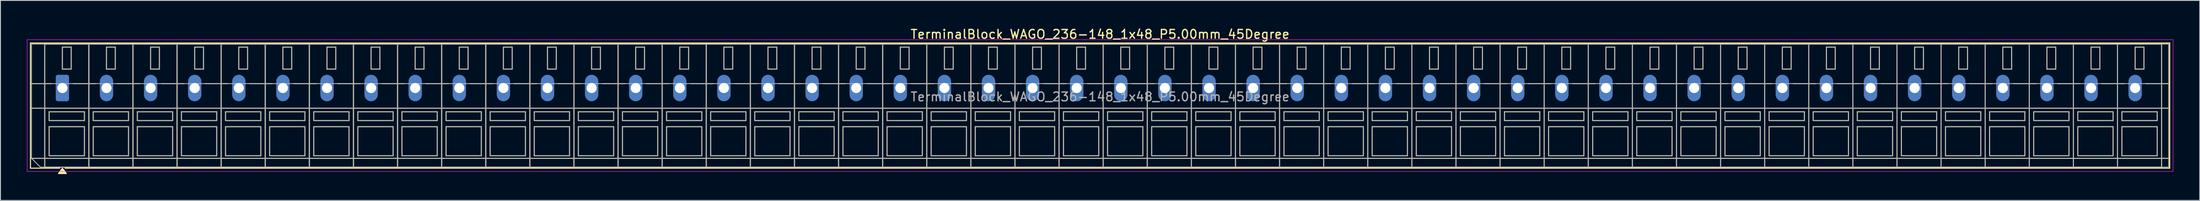
<source format=kicad_pcb>
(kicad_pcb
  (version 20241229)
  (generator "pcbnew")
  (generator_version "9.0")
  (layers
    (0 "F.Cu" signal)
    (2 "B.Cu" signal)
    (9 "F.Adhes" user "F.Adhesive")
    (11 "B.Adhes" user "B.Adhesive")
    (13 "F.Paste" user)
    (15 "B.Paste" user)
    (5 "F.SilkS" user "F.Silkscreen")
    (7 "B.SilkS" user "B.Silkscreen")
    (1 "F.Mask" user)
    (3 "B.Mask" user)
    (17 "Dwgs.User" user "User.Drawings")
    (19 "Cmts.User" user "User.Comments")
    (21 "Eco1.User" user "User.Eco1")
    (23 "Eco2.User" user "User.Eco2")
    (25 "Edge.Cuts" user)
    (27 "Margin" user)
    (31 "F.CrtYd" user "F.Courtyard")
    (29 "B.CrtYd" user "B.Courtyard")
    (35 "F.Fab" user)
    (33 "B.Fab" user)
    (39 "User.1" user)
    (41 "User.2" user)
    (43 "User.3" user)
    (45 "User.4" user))
  (footprint "TerminalBlock_WAGO_236-148_1x48_P5.00mm_45Degree"
    (layer "F.Cu")
    (at 4.025 6.968)
    (property "Reference" "TerminalBlock_WAGO_236-148_1x48_P5.00mm_45Degree" (at 117.65 -6.12 0) (layer "F.SilkS") (effects (font (size 1 1) (thickness 0.15))))
    (attr through_hole)
    (fp_line (start -3.62 -5.12) (end -3.62 9.12) (stroke (width 0.12) (type solid)) (layer "F.SilkS"))
    (fp_line (start -3.62 -5.12) (end 238.92 -5.12) (stroke (width 0.12) (type solid)) (layer "F.SilkS"))
    (fp_line (start -3.62 -0.5) (end -1.23 -0.5) (stroke (width 0.12) (type solid)) (layer "F.SilkS"))
    (fp_line (start -3.62 2.3) (end 238.92 2.3) (stroke (width 0.12) (type solid)) (layer "F.SilkS"))
    (fp_line (start -3.62 8) (end 238.92 8) (stroke (width 0.12) (type solid)) (layer "F.SilkS"))
    (fp_line (start -3.62 9.12) (end -0.3 9.12) (stroke (width 0.12) (type solid)) (layer "F.SilkS"))
    (fp_line (start -2 -5) (end -2 9) (stroke (width 0.12) (type solid)) (layer "F.SilkS"))
    (fp_line (start -2 -5) (end 3 -5) (stroke (width 0.12) (type solid)) (layer "F.SilkS"))
    (fp_line (start -2 9) (end 3 9) (stroke (width 0.12) (type solid)) (layer "F.SilkS"))
    (fp_line (start -1.5 2.7) (end -1.5 3.7) (stroke (width 0.12) (type solid)) (layer "F.SilkS"))
    (fp_line (start -1.5 2.7) (end 2.5 2.7) (stroke (width 0.12) (type solid)) (layer "F.SilkS"))
    (fp_line (start -1.5 3.7) (end 2.5 3.7) (stroke (width 0.12) (type solid)) (layer "F.SilkS"))
    (fp_line (start -1.5 4.4) (end -1.5 7.7) (stroke (width 0.12) (type solid)) (layer "F.SilkS"))
    (fp_line (start -1.5 4.4) (end 2.5 4.4) (stroke (width 0.12) (type solid)) (layer "F.SilkS"))
    (fp_line (start -1.5 7.7) (end 2.5 7.7) (stroke (width 0.12) (type solid)) (layer "F.SilkS"))
    (fp_line (start 0 -4.65) (end 0 -2.15) (stroke (width 0.12) (type solid)) (layer "F.SilkS"))
    (fp_line (start 0 -4.65) (end 1 -4.65) (stroke (width 0.12) (type solid)) (layer "F.SilkS"))
    (fp_line (start 0 -2.15) (end 1 -2.15) (stroke (width 0.12) (type solid)) (layer "F.SilkS"))
    (fp_line (start 0.3 9.12) (end 238.92 9.12) (stroke (width 0.12) (type solid)) (layer "F.SilkS"))
    (fp_line (start 1 -4.65) (end 1 -2.15) (stroke (width 0.12) (type solid)) (layer "F.SilkS"))
    (fp_line (start 1.23 -0.5) (end 3.77 -0.5) (stroke (width 0.12) (type solid)) (layer "F.SilkS"))
    (fp_line (start 2.5 2.7) (end 2.5 3.7) (stroke (width 0.12) (type solid)) (layer "F.SilkS"))
    (fp_line (start 2.5 4.4) (end 2.5 7.7) (stroke (width 0.12) (type solid)) (layer "F.SilkS"))
    (fp_line (start 3 -5) (end 3 9) (stroke (width 0.12) (type solid)) (layer "F.SilkS"))
    (fp_line (start 3 -5) (end 3 9) (stroke (width 0.12) (type solid)) (layer "F.SilkS"))
    (fp_line (start 3 -5) (end 8 -5) (stroke (width 0.12) (type solid)) (layer "F.SilkS"))
    (fp_line (start 3 9) (end 8 9) (stroke (width 0.12) (type solid)) (layer "F.SilkS"))
    (fp_line (start 3.5 2.7) (end 3.5 3.7) (stroke (width 0.12) (type solid)) (layer "F.SilkS"))
    (fp_line (start 3.5 2.7) (end 7.5 2.7) (stroke (width 0.12) (type solid)) (layer "F.SilkS"))
    (fp_line (start 3.5 3.7) (end 7.5 3.7) (stroke (width 0.12) (type solid)) (layer "F.SilkS"))
    (fp_line (start 3.5 4.4) (end 3.5 7.7) (stroke (width 0.12) (type solid)) (layer "F.SilkS"))
    (fp_line (start 3.5 4.4) (end 7.5 4.4) (stroke (width 0.12) (type solid)) (layer "F.SilkS"))
    (fp_line (start 3.5 7.7) (end 7.5 7.7) (stroke (width 0.12) (type solid)) (layer "F.SilkS"))
    (fp_line (start 5 -4.65) (end 5 -2.15) (stroke (width 0.12) (type solid)) (layer "F.SilkS"))
    (fp_line (start 5 -4.65) (end 6 -4.65) (stroke (width 0.12) (type solid)) (layer "F.SilkS"))
    (fp_line (start 5 -2.15) (end 6 -2.15) (stroke (width 0.12) (type solid)) (layer "F.SilkS"))
    (fp_line (start 6 -4.65) (end 6 -2.15) (stroke (width 0.12) (type solid)) (layer "F.SilkS"))
    (fp_line (start 6.23 -0.5) (end 8.77 -0.5) (stroke (width 0.12) (type solid)) (layer "F.SilkS"))
    (fp_line (start 7.5 2.7) (end 7.5 3.7) (stroke (width 0.12) (type solid)) (layer "F.SilkS"))
    (fp_line (start 7.5 4.4) (end 7.5 7.7) (stroke (width 0.12) (type solid)) (layer "F.SilkS"))
    (fp_line (start 8 -5) (end 8 9) (stroke (width 0.12) (type solid)) (layer "F.SilkS"))
    (fp_line (start 8 -5) (end 8 9) (stroke (width 0.12) (type solid)) (layer "F.SilkS"))
    (fp_line (start 8 -5) (end 13 -5) (stroke (width 0.12) (type solid)) (layer "F.SilkS"))
    (fp_line (start 8 9) (end 13 9) (stroke (width 0.12) (type solid)) (layer "F.SilkS"))
    (fp_line (start 8.5 2.7) (end 8.5 3.7) (stroke (width 0.12) (type solid)) (layer "F.SilkS"))
    (fp_line (start 8.5 2.7) (end 12.5 2.7) (stroke (width 0.12) (type solid)) (layer "F.SilkS"))
    (fp_line (start 8.5 3.7) (end 12.5 3.7) (stroke (width 0.12) (type solid)) (layer "F.SilkS"))
    (fp_line (start 8.5 4.4) (end 8.5 7.7) (stroke (width 0.12) (type solid)) (layer "F.SilkS"))
    (fp_line (start 8.5 4.4) (end 12.5 4.4) (stroke (width 0.12) (type solid)) (layer "F.SilkS"))
    (fp_line (start 8.5 7.7) (end 12.5 7.7) (stroke (width 0.12) (type solid)) (layer "F.SilkS"))
    (fp_line (start 10 -4.65) (end 10 -2.15) (stroke (width 0.12) (type solid)) (layer "F.SilkS"))
    (fp_line (start 10 -4.65) (end 11 -4.65) (stroke (width 0.12) (type solid)) (layer "F.SilkS"))
    (fp_line (start 10 -2.15) (end 11 -2.15) (stroke (width 0.12) (type solid)) (layer "F.SilkS"))
    (fp_line (start 11 -4.65) (end 11 -2.15) (stroke (width 0.12) (type solid)) (layer "F.SilkS"))
    (fp_line (start 11.23 -0.5) (end 13.77 -0.5) (stroke (width 0.12) (type solid)) (layer "F.SilkS"))
    (fp_line (start 12.5 2.7) (end 12.5 3.7) (stroke (width 0.12) (type solid)) (layer "F.SilkS"))
    (fp_line (start 12.5 4.4) (end 12.5 7.7) (stroke (width 0.12) (type solid)) (layer "F.SilkS"))
    (fp_line (start 13 -5) (end 13 9) (stroke (width 0.12) (type solid)) (layer "F.SilkS"))
    (fp_line (start 13 -5) (end 13 9) (stroke (width 0.12) (type solid)) (layer "F.SilkS"))
    (fp_line (start 13 -5) (end 18 -5) (stroke (width 0.12) (type solid)) (layer "F.SilkS"))
    (fp_line (start 13 9) (end 18 9) (stroke (width 0.12) (type solid)) (layer "F.SilkS"))
    (fp_line (start 13.5 2.7) (end 13.5 3.7) (stroke (width 0.12) (type solid)) (layer "F.SilkS"))
    (fp_line (start 13.5 2.7) (end 17.5 2.7) (stroke (width 0.12) (type solid)) (layer "F.SilkS"))
    (fp_line (start 13.5 3.7) (end 17.5 3.7) (stroke (width 0.12) (type solid)) (layer "F.SilkS"))
    (fp_line (start 13.5 4.4) (end 13.5 7.7) (stroke (width 0.12) (type solid)) (layer "F.SilkS"))
    (fp_line (start 13.5 4.4) (end 17.5 4.4) (stroke (width 0.12) (type solid)) (layer "F.SilkS"))
    (fp_line (start 13.5 7.7) (end 17.5 7.7) (stroke (width 0.12) (type solid)) (layer "F.SilkS"))
    (fp_line (start 15 -4.65) (end 15 -2.15) (stroke (width 0.12) (type solid)) (layer "F.SilkS"))
    (fp_line (start 15 -4.65) (end 16 -4.65) (stroke (width 0.12) (type solid)) (layer "F.SilkS"))
    (fp_line (start 15 -2.15) (end 16 -2.15) (stroke (width 0.12) (type solid)) (layer "F.SilkS"))
    (fp_line (start 16 -4.65) (end 16 -2.15) (stroke (width 0.12) (type solid)) (layer "F.SilkS"))
    (fp_line (start 16.23 -0.5) (end 18.77 -0.5) (stroke (width 0.12) (type solid)) (layer "F.SilkS"))
    (fp_line (start 17.5 2.7) (end 17.5 3.7) (stroke (width 0.12) (type solid)) (layer "F.SilkS"))
    (fp_line (start 17.5 4.4) (end 17.5 7.7) (stroke (width 0.12) (type solid)) (layer "F.SilkS"))
    (fp_line (start 18 -5) (end 18 9) (stroke (width 0.12) (type solid)) (layer "F.SilkS"))
    (fp_line (start 18 -5) (end 18 9) (stroke (width 0.12) (type solid)) (layer "F.SilkS"))
    (fp_line (start 18 -5) (end 23 -5) (stroke (width 0.12) (type solid)) (layer "F.SilkS"))
    (fp_line (start 18 9) (end 23 9) (stroke (width 0.12) (type solid)) (layer "F.SilkS"))
    (fp_line (start 18.5 2.7) (end 18.5 3.7) (stroke (width 0.12) (type solid)) (layer "F.SilkS"))
    (fp_line (start 18.5 2.7) (end 22.5 2.7) (stroke (width 0.12) (type solid)) (layer "F.SilkS"))
    (fp_line (start 18.5 3.7) (end 22.5 3.7) (stroke (width 0.12) (type solid)) (layer "F.SilkS"))
    (fp_line (start 18.5 4.4) (end 18.5 7.7) (stroke (width 0.12) (type solid)) (layer "F.SilkS"))
    (fp_line (start 18.5 4.4) (end 22.5 4.4) (stroke (width 0.12) (type solid)) (layer "F.SilkS"))
    (fp_line (start 18.5 7.7) (end 22.5 7.7) (stroke (width 0.12) (type solid)) (layer "F.SilkS"))
    (fp_line (start 20 -4.65) (end 20 -2.15) (stroke (width 0.12) (type solid)) (layer "F.SilkS"))
    (fp_line (start 20 -4.65) (end 21 -4.65) (stroke (width 0.12) (type solid)) (layer "F.SilkS"))
    (fp_line (start 20 -2.15) (end 21 -2.15) (stroke (width 0.12) (type solid)) (layer "F.SilkS"))
    (fp_line (start 21 -4.65) (end 21 -2.15) (stroke (width 0.12) (type solid)) (layer "F.SilkS"))
    (fp_line (start 21.23 -0.5) (end 23.77 -0.5) (stroke (width 0.12) (type solid)) (layer "F.SilkS"))
    (fp_line (start 22.5 2.7) (end 22.5 3.7) (stroke (width 0.12) (type solid)) (layer "F.SilkS"))
    (fp_line (start 22.5 4.4) (end 22.5 7.7) (stroke (width 0.12) (type solid)) (layer "F.SilkS"))
    (fp_line (start 23 -5) (end 23 9) (stroke (width 0.12) (type solid)) (layer "F.SilkS"))
    (fp_line (start 23 -5) (end 23 9) (stroke (width 0.12) (type solid)) (layer "F.SilkS"))
    (fp_line (start 23 -5) (end 28 -5) (stroke (width 0.12) (type solid)) (layer "F.SilkS"))
    (fp_line (start 23 9) (end 28 9) (stroke (width 0.12) (type solid)) (layer "F.SilkS"))
    (fp_line (start 23.5 2.7) (end 23.5 3.7) (stroke (width 0.12) (type solid)) (layer "F.SilkS"))
    (fp_line (start 23.5 2.7) (end 27.5 2.7) (stroke (width 0.12) (type solid)) (layer "F.SilkS"))
    (fp_line (start 23.5 3.7) (end 27.5 3.7) (stroke (width 0.12) (type solid)) (layer "F.SilkS"))
    (fp_line (start 23.5 4.4) (end 23.5 7.7) (stroke (width 0.12) (type solid)) (layer "F.SilkS"))
    (fp_line (start 23.5 4.4) (end 27.5 4.4) (stroke (width 0.12) (type solid)) (layer "F.SilkS"))
    (fp_line (start 23.5 7.7) (end 27.5 7.7) (stroke (width 0.12) (type solid)) (layer "F.SilkS"))
    (fp_line (start 25 -4.65) (end 25 -2.15) (stroke (width 0.12) (type solid)) (layer "F.SilkS"))
    (fp_line (start 25 -4.65) (end 26 -4.65) (stroke (width 0.12) (type solid)) (layer "F.SilkS"))
    (fp_line (start 25 -2.15) (end 26 -2.15) (stroke (width 0.12) (type solid)) (layer "F.SilkS"))
    (fp_line (start 26 -4.65) (end 26 -2.15) (stroke (width 0.12) (type solid)) (layer "F.SilkS"))
    (fp_line (start 26.23 -0.5) (end 28.77 -0.5) (stroke (width 0.12) (type solid)) (layer "F.SilkS"))
    (fp_line (start 27.5 2.7) (end 27.5 3.7) (stroke (width 0.12) (type solid)) (layer "F.SilkS"))
    (fp_line (start 27.5 4.4) (end 27.5 7.7) (stroke (width 0.12) (type solid)) (layer "F.SilkS"))
    (fp_line (start 28 -5) (end 28 9) (stroke (width 0.12) (type solid)) (layer "F.SilkS"))
    (fp_line (start 28 -5) (end 28 9) (stroke (width 0.12) (type solid)) (layer "F.SilkS"))
    (fp_line (start 28 -5) (end 33 -5) (stroke (width 0.12) (type solid)) (layer "F.SilkS"))
    (fp_line (start 28 9) (end 33 9) (stroke (width 0.12) (type solid)) (layer "F.SilkS"))
    (fp_line (start 28.5 2.7) (end 28.5 3.7) (stroke (width 0.12) (type solid)) (layer "F.SilkS"))
    (fp_line (start 28.5 2.7) (end 32.5 2.7) (stroke (width 0.12) (type solid)) (layer "F.SilkS"))
    (fp_line (start 28.5 3.7) (end 32.5 3.7) (stroke (width 0.12) (type solid)) (layer "F.SilkS"))
    (fp_line (start 28.5 4.4) (end 28.5 7.7) (stroke (width 0.12) (type solid)) (layer "F.SilkS"))
    (fp_line (start 28.5 4.4) (end 32.5 4.4) (stroke (width 0.12) (type solid)) (layer "F.SilkS"))
    (fp_line (start 28.5 7.7) (end 32.5 7.7) (stroke (width 0.12) (type solid)) (layer "F.SilkS"))
    (fp_line (start 30 -4.65) (end 30 -2.15) (stroke (width 0.12) (type solid)) (layer "F.SilkS"))
    (fp_line (start 30 -4.65) (end 31 -4.65) (stroke (width 0.12) (type solid)) (layer "F.SilkS"))
    (fp_line (start 30 -2.15) (end 31 -2.15) (stroke (width 0.12) (type solid)) (layer "F.SilkS"))
    (fp_line (start 31 -4.65) (end 31 -2.15) (stroke (width 0.12) (type solid)) (layer "F.SilkS"))
    (fp_line (start 31.23 -0.5) (end 33.77 -0.5) (stroke (width 0.12) (type solid)) (layer "F.SilkS"))
    (fp_line (start 32.5 2.7) (end 32.5 3.7) (stroke (width 0.12) (type solid)) (layer "F.SilkS"))
    (fp_line (start 32.5 4.4) (end 32.5 7.7) (stroke (width 0.12) (type solid)) (layer "F.SilkS"))
    (fp_line (start 33 -5) (end 33 9) (stroke (width 0.12) (type solid)) (layer "F.SilkS"))
    (fp_line (start 33 -5) (end 33 9) (stroke (width 0.12) (type solid)) (layer "F.SilkS"))
    (fp_line (start 33 -5) (end 38 -5) (stroke (width 0.12) (type solid)) (layer "F.SilkS"))
    (fp_line (start 33 9) (end 38 9) (stroke (width 0.12) (type solid)) (layer "F.SilkS"))
    (fp_line (start 33.5 2.7) (end 33.5 3.7) (stroke (width 0.12) (type solid)) (layer "F.SilkS"))
    (fp_line (start 33.5 2.7) (end 37.5 2.7) (stroke (width 0.12) (type solid)) (layer "F.SilkS"))
    (fp_line (start 33.5 3.7) (end 37.5 3.7) (stroke (width 0.12) (type solid)) (layer "F.SilkS"))
    (fp_line (start 33.5 4.4) (end 33.5 7.7) (stroke (width 0.12) (type solid)) (layer "F.SilkS"))
    (fp_line (start 33.5 4.4) (end 37.5 4.4) (stroke (width 0.12) (type solid)) (layer "F.SilkS"))
    (fp_line (start 33.5 7.7) (end 37.5 7.7) (stroke (width 0.12) (type solid)) (layer "F.SilkS"))
    (fp_line (start 35 -4.65) (end 35 -2.15) (stroke (width 0.12) (type solid)) (layer "F.SilkS"))
    (fp_line (start 35 -4.65) (end 36 -4.65) (stroke (width 0.12) (type solid)) (layer "F.SilkS"))
    (fp_line (start 35 -2.15) (end 36 -2.15) (stroke (width 0.12) (type solid)) (layer "F.SilkS"))
    (fp_line (start 36 -4.65) (end 36 -2.15) (stroke (width 0.12) (type solid)) (layer "F.SilkS"))
    (fp_line (start 36.23 -0.5) (end 38.77 -0.5) (stroke (width 0.12) (type solid)) (layer "F.SilkS"))
    (fp_line (start 37.5 2.7) (end 37.5 3.7) (stroke (width 0.12) (type solid)) (layer "F.SilkS"))
    (fp_line (start 37.5 4.4) (end 37.5 7.7) (stroke (width 0.12) (type solid)) (layer "F.SilkS"))
    (fp_line (start 38 -5) (end 38 9) (stroke (width 0.12) (type solid)) (layer "F.SilkS"))
    (fp_line (start 38 -5) (end 38 9) (stroke (width 0.12) (type solid)) (layer "F.SilkS"))
    (fp_line (start 38 -5) (end 43 -5) (stroke (width 0.12) (type solid)) (layer "F.SilkS"))
    (fp_line (start 38 9) (end 43 9) (stroke (width 0.12) (type solid)) (layer "F.SilkS"))
    (fp_line (start 38.5 2.7) (end 38.5 3.7) (stroke (width 0.12) (type solid)) (layer "F.SilkS"))
    (fp_line (start 38.5 2.7) (end 42.5 2.7) (stroke (width 0.12) (type solid)) (layer "F.SilkS"))
    (fp_line (start 38.5 3.7) (end 42.5 3.7) (stroke (width 0.12) (type solid)) (layer "F.SilkS"))
    (fp_line (start 38.5 4.4) (end 38.5 7.7) (stroke (width 0.12) (type solid)) (layer "F.SilkS"))
    (fp_line (start 38.5 4.4) (end 42.5 4.4) (stroke (width 0.12) (type solid)) (layer "F.SilkS"))
    (fp_line (start 38.5 7.7) (end 42.5 7.7) (stroke (width 0.12) (type solid)) (layer "F.SilkS"))
    (fp_line (start 40 -4.65) (end 40 -2.15) (stroke (width 0.12) (type solid)) (layer "F.SilkS"))
    (fp_line (start 40 -4.65) (end 41 -4.65) (stroke (width 0.12) (type solid)) (layer "F.SilkS"))
    (fp_line (start 40 -2.15) (end 41 -2.15) (stroke (width 0.12) (type solid)) (layer "F.SilkS"))
    (fp_line (start 41 -4.65) (end 41 -2.15) (stroke (width 0.12) (type solid)) (layer "F.SilkS"))
    (fp_line (start 41.23 -0.5) (end 43.77 -0.5) (stroke (width 0.12) (type solid)) (layer "F.SilkS"))
    (fp_line (start 42.5 2.7) (end 42.5 3.7) (stroke (width 0.12) (type solid)) (layer "F.SilkS"))
    (fp_line (start 42.5 4.4) (end 42.5 7.7) (stroke (width 0.12) (type solid)) (layer "F.SilkS"))
    (fp_line (start 43 -5) (end 43 9) (stroke (width 0.12) (type solid)) (layer "F.SilkS"))
    (fp_line (start 43 -5) (end 43 9) (stroke (width 0.12) (type solid)) (layer "F.SilkS"))
    (fp_line (start 43 -5) (end 48 -5) (stroke (width 0.12) (type solid)) (layer "F.SilkS"))
    (fp_line (start 43 9) (end 48 9) (stroke (width 0.12) (type solid)) (layer "F.SilkS"))
    (fp_line (start 43.5 2.7) (end 43.5 3.7) (stroke (width 0.12) (type solid)) (layer "F.SilkS"))
    (fp_line (start 43.5 2.7) (end 47.5 2.7) (stroke (width 0.12) (type solid)) (layer "F.SilkS"))
    (fp_line (start 43.5 3.7) (end 47.5 3.7) (stroke (width 0.12) (type solid)) (layer "F.SilkS"))
    (fp_line (start 43.5 4.4) (end 43.5 7.7) (stroke (width 0.12) (type solid)) (layer "F.SilkS"))
    (fp_line (start 43.5 4.4) (end 47.5 4.4) (stroke (width 0.12) (type solid)) (layer "F.SilkS"))
    (fp_line (start 43.5 7.7) (end 47.5 7.7) (stroke (width 0.12) (type solid)) (layer "F.SilkS"))
    (fp_line (start 45 -4.65) (end 45 -2.15) (stroke (width 0.12) (type solid)) (layer "F.SilkS"))
    (fp_line (start 45 -4.65) (end 46 -4.65) (stroke (width 0.12) (type solid)) (layer "F.SilkS"))
    (fp_line (start 45 -2.15) (end 46 -2.15) (stroke (width 0.12) (type solid)) (layer "F.SilkS"))
    (fp_line (start 46 -4.65) (end 46 -2.15) (stroke (width 0.12) (type solid)) (layer "F.SilkS"))
    (fp_line (start 46.23 -0.5) (end 48.77 -0.5) (stroke (width 0.12) (type solid)) (layer "F.SilkS"))
    (fp_line (start 47.5 2.7) (end 47.5 3.7) (stroke (width 0.12) (type solid)) (layer "F.SilkS"))
    (fp_line (start 47.5 4.4) (end 47.5 7.7) (stroke (width 0.12) (type solid)) (layer "F.SilkS"))
    (fp_line (start 48 -5) (end 48 9) (stroke (width 0.12) (type solid)) (layer "F.SilkS"))
    (fp_line (start 48 -5) (end 48 9) (stroke (width 0.12) (type solid)) (layer "F.SilkS"))
    (fp_line (start 48 -5) (end 53 -5) (stroke (width 0.12) (type solid)) (layer "F.SilkS"))
    (fp_line (start 48 9) (end 53 9) (stroke (width 0.12) (type solid)) (layer "F.SilkS"))
    (fp_line (start 48.5 2.7) (end 48.5 3.7) (stroke (width 0.12) (type solid)) (layer "F.SilkS"))
    (fp_line (start 48.5 2.7) (end 52.5 2.7) (stroke (width 0.12) (type solid)) (layer "F.SilkS"))
    (fp_line (start 48.5 3.7) (end 52.5 3.7) (stroke (width 0.12) (type solid)) (layer "F.SilkS"))
    (fp_line (start 48.5 4.4) (end 48.5 7.7) (stroke (width 0.12) (type solid)) (layer "F.SilkS"))
    (fp_line (start 48.5 4.4) (end 52.5 4.4) (stroke (width 0.12) (type solid)) (layer "F.SilkS"))
    (fp_line (start 48.5 7.7) (end 52.5 7.7) (stroke (width 0.12) (type solid)) (layer "F.SilkS"))
    (fp_line (start 50 -4.65) (end 50 -2.15) (stroke (width 0.12) (type solid)) (layer "F.SilkS"))
    (fp_line (start 50 -4.65) (end 51 -4.65) (stroke (width 0.12) (type solid)) (layer "F.SilkS"))
    (fp_line (start 50 -2.15) (end 51 -2.15) (stroke (width 0.12) (type solid)) (layer "F.SilkS"))
    (fp_line (start 51 -4.65) (end 51 -2.15) (stroke (width 0.12) (type solid)) (layer "F.SilkS"))
    (fp_line (start 51.23 -0.5) (end 53.77 -0.5) (stroke (width 0.12) (type solid)) (layer "F.SilkS"))
    (fp_line (start 52.5 2.7) (end 52.5 3.7) (stroke (width 0.12) (type solid)) (layer "F.SilkS"))
    (fp_line (start 52.5 4.4) (end 52.5 7.7) (stroke (width 0.12) (type solid)) (layer "F.SilkS"))
    (fp_line (start 53 -5) (end 53 9) (stroke (width 0.12) (type solid)) (layer "F.SilkS"))
    (fp_line (start 53 -5) (end 53 9) (stroke (width 0.12) (type solid)) (layer "F.SilkS"))
    (fp_line (start 53 -5) (end 58 -5) (stroke (width 0.12) (type solid)) (layer "F.SilkS"))
    (fp_line (start 53 9) (end 58 9) (stroke (width 0.12) (type solid)) (layer "F.SilkS"))
    (fp_line (start 53.5 2.7) (end 53.5 3.7) (stroke (width 0.12) (type solid)) (layer "F.SilkS"))
    (fp_line (start 53.5 2.7) (end 57.5 2.7) (stroke (width 0.12) (type solid)) (layer "F.SilkS"))
    (fp_line (start 53.5 3.7) (end 57.5 3.7) (stroke (width 0.12) (type solid)) (layer "F.SilkS"))
    (fp_line (start 53.5 4.4) (end 53.5 7.7) (stroke (width 0.12) (type solid)) (layer "F.SilkS"))
    (fp_line (start 53.5 4.4) (end 57.5 4.4) (stroke (width 0.12) (type solid)) (layer "F.SilkS"))
    (fp_line (start 53.5 7.7) (end 57.5 7.7) (stroke (width 0.12) (type solid)) (layer "F.SilkS"))
    (fp_line (start 55 -4.65) (end 55 -2.15) (stroke (width 0.12) (type solid)) (layer "F.SilkS"))
    (fp_line (start 55 -4.65) (end 56 -4.65) (stroke (width 0.12) (type solid)) (layer "F.SilkS"))
    (fp_line (start 55 -2.15) (end 56 -2.15) (stroke (width 0.12) (type solid)) (layer "F.SilkS"))
    (fp_line (start 56 -4.65) (end 56 -2.15) (stroke (width 0.12) (type solid)) (layer "F.SilkS"))
    (fp_line (start 56.23 -0.5) (end 58.77 -0.5) (stroke (width 0.12) (type solid)) (layer "F.SilkS"))
    (fp_line (start 57.5 2.7) (end 57.5 3.7) (stroke (width 0.12) (type solid)) (layer "F.SilkS"))
    (fp_line (start 57.5 4.4) (end 57.5 7.7) (stroke (width 0.12) (type solid)) (layer "F.SilkS"))
    (fp_line (start 58 -5) (end 58 9) (stroke (width 0.12) (type solid)) (layer "F.SilkS"))
    (fp_line (start 58 -5) (end 58 9) (stroke (width 0.12) (type solid)) (layer "F.SilkS"))
    (fp_line (start 58 -5) (end 63 -5) (stroke (width 0.12) (type solid)) (layer "F.SilkS"))
    (fp_line (start 58 9) (end 63 9) (stroke (width 0.12) (type solid)) (layer "F.SilkS"))
    (fp_line (start 58.5 2.7) (end 58.5 3.7) (stroke (width 0.12) (type solid)) (layer "F.SilkS"))
    (fp_line (start 58.5 2.7) (end 62.5 2.7) (stroke (width 0.12) (type solid)) (layer "F.SilkS"))
    (fp_line (start 58.5 3.7) (end 62.5 3.7) (stroke (width 0.12) (type solid)) (layer "F.SilkS"))
    (fp_line (start 58.5 4.4) (end 58.5 7.7) (stroke (width 0.12) (type solid)) (layer "F.SilkS"))
    (fp_line (start 58.5 4.4) (end 62.5 4.4) (stroke (width 0.12) (type solid)) (layer "F.SilkS"))
    (fp_line (start 58.5 7.7) (end 62.5 7.7) (stroke (width 0.12) (type solid)) (layer "F.SilkS"))
    (fp_line (start 60 -4.65) (end 60 -2.15) (stroke (width 0.12) (type solid)) (layer "F.SilkS"))
    (fp_line (start 60 -4.65) (end 61 -4.65) (stroke (width 0.12) (type solid)) (layer "F.SilkS"))
    (fp_line (start 60 -2.15) (end 61 -2.15) (stroke (width 0.12) (type solid)) (layer "F.SilkS"))
    (fp_line (start 61 -4.65) (end 61 -2.15) (stroke (width 0.12) (type solid)) (layer "F.SilkS"))
    (fp_line (start 61.23 -0.5) (end 63.77 -0.5) (stroke (width 0.12) (type solid)) (layer "F.SilkS"))
    (fp_line (start 62.5 2.7) (end 62.5 3.7) (stroke (width 0.12) (type solid)) (layer "F.SilkS"))
    (fp_line (start 62.5 4.4) (end 62.5 7.7) (stroke (width 0.12) (type solid)) (layer "F.SilkS"))
    (fp_line (start 63 -5) (end 63 9) (stroke (width 0.12) (type solid)) (layer "F.SilkS"))
    (fp_line (start 63 -5) (end 63 9) (stroke (width 0.12) (type solid)) (layer "F.SilkS"))
    (fp_line (start 63 -5) (end 68 -5) (stroke (width 0.12) (type solid)) (layer "F.SilkS"))
    (fp_line (start 63 9) (end 68 9) (stroke (width 0.12) (type solid)) (layer "F.SilkS"))
    (fp_line (start 63.5 2.7) (end 63.5 3.7) (stroke (width 0.12) (type solid)) (layer "F.SilkS"))
    (fp_line (start 63.5 2.7) (end 67.5 2.7) (stroke (width 0.12) (type solid)) (layer "F.SilkS"))
    (fp_line (start 63.5 3.7) (end 67.5 3.7) (stroke (width 0.12) (type solid)) (layer "F.SilkS"))
    (fp_line (start 63.5 4.4) (end 63.5 7.7) (stroke (width 0.12) (type solid)) (layer "F.SilkS"))
    (fp_line (start 63.5 4.4) (end 67.5 4.4) (stroke (width 0.12) (type solid)) (layer "F.SilkS"))
    (fp_line (start 63.5 7.7) (end 67.5 7.7) (stroke (width 0.12) (type solid)) (layer "F.SilkS"))
    (fp_line (start 65 -4.65) (end 65 -2.15) (stroke (width 0.12) (type solid)) (layer "F.SilkS"))
    (fp_line (start 65 -4.65) (end 66 -4.65) (stroke (width 0.12) (type solid)) (layer "F.SilkS"))
    (fp_line (start 65 -2.15) (end 66 -2.15) (stroke (width 0.12) (type solid)) (layer "F.SilkS"))
    (fp_line (start 66 -4.65) (end 66 -2.15) (stroke (width 0.12) (type solid)) (layer "F.SilkS"))
    (fp_line (start 66.23 -0.5) (end 68.77 -0.5) (stroke (width 0.12) (type solid)) (layer "F.SilkS"))
    (fp_line (start 67.5 2.7) (end 67.5 3.7) (stroke (width 0.12) (type solid)) (layer "F.SilkS"))
    (fp_line (start 67.5 4.4) (end 67.5 7.7) (stroke (width 0.12) (type solid)) (layer "F.SilkS"))
    (fp_line (start 68 -5) (end 68 9) (stroke (width 0.12) (type solid)) (layer "F.SilkS"))
    (fp_line (start 68 -5) (end 68 9) (stroke (width 0.12) (type solid)) (layer "F.SilkS"))
    (fp_line (start 68 -5) (end 73 -5) (stroke (width 0.12) (type solid)) (layer "F.SilkS"))
    (fp_line (start 68 9) (end 73 9) (stroke (width 0.12) (type solid)) (layer "F.SilkS"))
    (fp_line (start 68.5 2.7) (end 68.5 3.7) (stroke (width 0.12) (type solid)) (layer "F.SilkS"))
    (fp_line (start 68.5 2.7) (end 72.5 2.7) (stroke (width 0.12) (type solid)) (layer "F.SilkS"))
    (fp_line (start 68.5 3.7) (end 72.5 3.7) (stroke (width 0.12) (type solid)) (layer "F.SilkS"))
    (fp_line (start 68.5 4.4) (end 68.5 7.7) (stroke (width 0.12) (type solid)) (layer "F.SilkS"))
    (fp_line (start 68.5 4.4) (end 72.5 4.4) (stroke (width 0.12) (type solid)) (layer "F.SilkS"))
    (fp_line (start 68.5 7.7) (end 72.5 7.7) (stroke (width 0.12) (type solid)) (layer "F.SilkS"))
    (fp_line (start 70 -4.65) (end 70 -2.15) (stroke (width 0.12) (type solid)) (layer "F.SilkS"))
    (fp_line (start 70 -4.65) (end 71 -4.65) (stroke (width 0.12) (type solid)) (layer "F.SilkS"))
    (fp_line (start 70 -2.15) (end 71 -2.15) (stroke (width 0.12) (type solid)) (layer "F.SilkS"))
    (fp_line (start 71 -4.65) (end 71 -2.15) (stroke (width 0.12) (type solid)) (layer "F.SilkS"))
    (fp_line (start 71.23 -0.5) (end 73.77 -0.5) (stroke (width 0.12) (type solid)) (layer "F.SilkS"))
    (fp_line (start 72.5 2.7) (end 72.5 3.7) (stroke (width 0.12) (type solid)) (layer "F.SilkS"))
    (fp_line (start 72.5 4.4) (end 72.5 7.7) (stroke (width 0.12) (type solid)) (layer "F.SilkS"))
    (fp_line (start 73 -5) (end 73 9) (stroke (width 0.12) (type solid)) (layer "F.SilkS"))
    (fp_line (start 73 -5) (end 73 9) (stroke (width 0.12) (type solid)) (layer "F.SilkS"))
    (fp_line (start 73 -5) (end 78 -5) (stroke (width 0.12) (type solid)) (layer "F.SilkS"))
    (fp_line (start 73 9) (end 78 9) (stroke (width 0.12) (type solid)) (layer "F.SilkS"))
    (fp_line (start 73.5 2.7) (end 73.5 3.7) (stroke (width 0.12) (type solid)) (layer "F.SilkS"))
    (fp_line (start 73.5 2.7) (end 77.5 2.7) (stroke (width 0.12) (type solid)) (layer "F.SilkS"))
    (fp_line (start 73.5 3.7) (end 77.5 3.7) (stroke (width 0.12) (type solid)) (layer "F.SilkS"))
    (fp_line (start 73.5 4.4) (end 73.5 7.7) (stroke (width 0.12) (type solid)) (layer "F.SilkS"))
    (fp_line (start 73.5 4.4) (end 77.5 4.4) (stroke (width 0.12) (type solid)) (layer "F.SilkS"))
    (fp_line (start 73.5 7.7) (end 77.5 7.7) (stroke (width 0.12) (type solid)) (layer "F.SilkS"))
    (fp_line (start 75 -4.65) (end 75 -2.15) (stroke (width 0.12) (type solid)) (layer "F.SilkS"))
    (fp_line (start 75 -4.65) (end 76 -4.65) (stroke (width 0.12) (type solid)) (layer "F.SilkS"))
    (fp_line (start 75 -2.15) (end 76 -2.15) (stroke (width 0.12) (type solid)) (layer "F.SilkS"))
    (fp_line (start 76 -4.65) (end 76 -2.15) (stroke (width 0.12) (type solid)) (layer "F.SilkS"))
    (fp_line (start 76.23 -0.5) (end 78.77 -0.5) (stroke (width 0.12) (type solid)) (layer "F.SilkS"))
    (fp_line (start 77.5 2.7) (end 77.5 3.7) (stroke (width 0.12) (type solid)) (layer "F.SilkS"))
    (fp_line (start 77.5 4.4) (end 77.5 7.7) (stroke (width 0.12) (type solid)) (layer "F.SilkS"))
    (fp_line (start 78 -5) (end 78 9) (stroke (width 0.12) (type solid)) (layer "F.SilkS"))
    (fp_line (start 78 -5) (end 78 9) (stroke (width 0.12) (type solid)) (layer "F.SilkS"))
    (fp_line (start 78 -5) (end 83 -5) (stroke (width 0.12) (type solid)) (layer "F.SilkS"))
    (fp_line (start 78 9) (end 83 9) (stroke (width 0.12) (type solid)) (layer "F.SilkS"))
    (fp_line (start 78.5 2.7) (end 78.5 3.7) (stroke (width 0.12) (type solid)) (layer "F.SilkS"))
    (fp_line (start 78.5 2.7) (end 82.5 2.7) (stroke (width 0.12) (type solid)) (layer "F.SilkS"))
    (fp_line (start 78.5 3.7) (end 82.5 3.7) (stroke (width 0.12) (type solid)) (layer "F.SilkS"))
    (fp_line (start 78.5 4.4) (end 78.5 7.7) (stroke (width 0.12) (type solid)) (layer "F.SilkS"))
    (fp_line (start 78.5 4.4) (end 82.5 4.4) (stroke (width 0.12) (type solid)) (layer "F.SilkS"))
    (fp_line (start 78.5 7.7) (end 82.5 7.7) (stroke (width 0.12) (type solid)) (layer "F.SilkS"))
    (fp_line (start 80 -4.65) (end 80 -2.15) (stroke (width 0.12) (type solid)) (layer "F.SilkS"))
    (fp_line (start 80 -4.65) (end 81 -4.65) (stroke (width 0.12) (type solid)) (layer "F.SilkS"))
    (fp_line (start 80 -2.15) (end 81 -2.15) (stroke (width 0.12) (type solid)) (layer "F.SilkS"))
    (fp_line (start 81 -4.65) (end 81 -2.15) (stroke (width 0.12) (type solid)) (layer "F.SilkS"))
    (fp_line (start 81.23 -0.5) (end 83.77 -0.5) (stroke (width 0.12) (type solid)) (layer "F.SilkS"))
    (fp_line (start 82.5 2.7) (end 82.5 3.7) (stroke (width 0.12) (type solid)) (layer "F.SilkS"))
    (fp_line (start 82.5 4.4) (end 82.5 7.7) (stroke (width 0.12) (type solid)) (layer "F.SilkS"))
    (fp_line (start 83 -5) (end 83 9) (stroke (width 0.12) (type solid)) (layer "F.SilkS"))
    (fp_line (start 83 -5) (end 83 9) (stroke (width 0.12) (type solid)) (layer "F.SilkS"))
    (fp_line (start 83 -5) (end 88 -5) (stroke (width 0.12) (type solid)) (layer "F.SilkS"))
    (fp_line (start 83 9) (end 88 9) (stroke (width 0.12) (type solid)) (layer "F.SilkS"))
    (fp_line (start 83.5 2.7) (end 83.5 3.7) (stroke (width 0.12) (type solid)) (layer "F.SilkS"))
    (fp_line (start 83.5 2.7) (end 87.5 2.7) (stroke (width 0.12) (type solid)) (layer "F.SilkS"))
    (fp_line (start 83.5 3.7) (end 87.5 3.7) (stroke (width 0.12) (type solid)) (layer "F.SilkS"))
    (fp_line (start 83.5 4.4) (end 83.5 7.7) (stroke (width 0.12) (type solid)) (layer "F.SilkS"))
    (fp_line (start 83.5 4.4) (end 87.5 4.4) (stroke (width 0.12) (type solid)) (layer "F.SilkS"))
    (fp_line (start 83.5 7.7) (end 87.5 7.7) (stroke (width 0.12) (type solid)) (layer "F.SilkS"))
    (fp_line (start 85 -4.65) (end 85 -2.15) (stroke (width 0.12) (type solid)) (layer "F.SilkS"))
    (fp_line (start 85 -4.65) (end 86 -4.65) (stroke (width 0.12) (type solid)) (layer "F.SilkS"))
    (fp_line (start 85 -2.15) (end 86 -2.15) (stroke (width 0.12) (type solid)) (layer "F.SilkS"))
    (fp_line (start 86 -4.65) (end 86 -2.15) (stroke (width 0.12) (type solid)) (layer "F.SilkS"))
    (fp_line (start 86.23 -0.5) (end 88.77 -0.5) (stroke (width 0.12) (type solid)) (layer "F.SilkS"))
    (fp_line (start 87.5 2.7) (end 87.5 3.7) (stroke (width 0.12) (type solid)) (layer "F.SilkS"))
    (fp_line (start 87.5 4.4) (end 87.5 7.7) (stroke (width 0.12) (type solid)) (layer "F.SilkS"))
    (fp_line (start 88 -5) (end 88 9) (stroke (width 0.12) (type solid)) (layer "F.SilkS"))
    (fp_line (start 88 -5) (end 88 9) (stroke (width 0.12) (type solid)) (layer "F.SilkS"))
    (fp_line (start 88 -5) (end 93 -5) (stroke (width 0.12) (type solid)) (layer "F.SilkS"))
    (fp_line (start 88 9) (end 93 9) (stroke (width 0.12) (type solid)) (layer "F.SilkS"))
    (fp_line (start 88.5 2.7) (end 88.5 3.7) (stroke (width 0.12) (type solid)) (layer "F.SilkS"))
    (fp_line (start 88.5 2.7) (end 92.5 2.7) (stroke (width 0.12) (type solid)) (layer "F.SilkS"))
    (fp_line (start 88.5 3.7) (end 92.5 3.7) (stroke (width 0.12) (type solid)) (layer "F.SilkS"))
    (fp_line (start 88.5 4.4) (end 88.5 7.7) (stroke (width 0.12) (type solid)) (layer "F.SilkS"))
    (fp_line (start 88.5 4.4) (end 92.5 4.4) (stroke (width 0.12) (type solid)) (layer "F.SilkS"))
    (fp_line (start 88.5 7.7) (end 92.5 7.7) (stroke (width 0.12) (type solid)) (layer "F.SilkS"))
    (fp_line (start 90 -4.65) (end 90 -2.15) (stroke (width 0.12) (type solid)) (layer "F.SilkS"))
    (fp_line (start 90 -4.65) (end 91 -4.65) (stroke (width 0.12) (type solid)) (layer "F.SilkS"))
    (fp_line (start 90 -2.15) (end 91 -2.15) (stroke (width 0.12) (type solid)) (layer "F.SilkS"))
    (fp_line (start 91 -4.65) (end 91 -2.15) (stroke (width 0.12) (type solid)) (layer "F.SilkS"))
    (fp_line (start 91.23 -0.5) (end 93.77 -0.5) (stroke (width 0.12) (type solid)) (layer "F.SilkS"))
    (fp_line (start 92.5 2.7) (end 92.5 3.7) (stroke (width 0.12) (type solid)) (layer "F.SilkS"))
    (fp_line (start 92.5 4.4) (end 92.5 7.7) (stroke (width 0.12) (type solid)) (layer "F.SilkS"))
    (fp_line (start 93 -5) (end 93 9) (stroke (width 0.12) (type solid)) (layer "F.SilkS"))
    (fp_line (start 93 -5) (end 93 9) (stroke (width 0.12) (type solid)) (layer "F.SilkS"))
    (fp_line (start 93 -5) (end 98 -5) (stroke (width 0.12) (type solid)) (layer "F.SilkS"))
    (fp_line (start 93 9) (end 98 9) (stroke (width 0.12) (type solid)) (layer "F.SilkS"))
    (fp_line (start 93.5 2.7) (end 93.5 3.7) (stroke (width 0.12) (type solid)) (layer "F.SilkS"))
    (fp_line (start 93.5 2.7) (end 97.5 2.7) (stroke (width 0.12) (type solid)) (layer "F.SilkS"))
    (fp_line (start 93.5 3.7) (end 97.5 3.7) (stroke (width 0.12) (type solid)) (layer "F.SilkS"))
    (fp_line (start 93.5 4.4) (end 93.5 7.7) (stroke (width 0.12) (type solid)) (layer "F.SilkS"))
    (fp_line (start 93.5 4.4) (end 97.5 4.4) (stroke (width 0.12) (type solid)) (layer "F.SilkS"))
    (fp_line (start 93.5 7.7) (end 97.5 7.7) (stroke (width 0.12) (type solid)) (layer "F.SilkS"))
    (fp_line (start 95 -4.65) (end 95 -2.15) (stroke (width 0.12) (type solid)) (layer "F.SilkS"))
    (fp_line (start 95 -4.65) (end 96 -4.65) (stroke (width 0.12) (type solid)) (layer "F.SilkS"))
    (fp_line (start 95 -2.15) (end 96 -2.15) (stroke (width 0.12) (type solid)) (layer "F.SilkS"))
    (fp_line (start 96 -4.65) (end 96 -2.15) (stroke (width 0.12) (type solid)) (layer "F.SilkS"))
    (fp_line (start 96.23 -0.5) (end 98.77 -0.5) (stroke (width 0.12) (type solid)) (layer "F.SilkS"))
    (fp_line (start 97.5 2.7) (end 97.5 3.7) (stroke (width 0.12) (type solid)) (layer "F.SilkS"))
    (fp_line (start 97.5 4.4) (end 97.5 7.7) (stroke (width 0.12) (type solid)) (layer "F.SilkS"))
    (fp_line (start 98 -5) (end 98 9) (stroke (width 0.12) (type solid)) (layer "F.SilkS"))
    (fp_line (start 98 -5) (end 98 9) (stroke (width 0.12) (type solid)) (layer "F.SilkS"))
    (fp_line (start 98 -5) (end 103 -5) (stroke (width 0.12) (type solid)) (layer "F.SilkS"))
    (fp_line (start 98 9) (end 103 9) (stroke (width 0.12) (type solid)) (layer "F.SilkS"))
    (fp_line (start 98.5 2.7) (end 98.5 3.7) (stroke (width 0.12) (type solid)) (layer "F.SilkS"))
    (fp_line (start 98.5 2.7) (end 102.5 2.7) (stroke (width 0.12) (type solid)) (layer "F.SilkS"))
    (fp_line (start 98.5 3.7) (end 102.5 3.7) (stroke (width 0.12) (type solid)) (layer "F.SilkS"))
    (fp_line (start 98.5 4.4) (end 98.5 7.7) (stroke (width 0.12) (type solid)) (layer "F.SilkS"))
    (fp_line (start 98.5 4.4) (end 102.5 4.4) (stroke (width 0.12) (type solid)) (layer "F.SilkS"))
    (fp_line (start 98.5 7.7) (end 102.5 7.7) (stroke (width 0.12) (type solid)) (layer "F.SilkS"))
    (fp_line (start 100 -4.65) (end 100 -2.15) (stroke (width 0.12) (type solid)) (layer "F.SilkS"))
    (fp_line (start 100 -4.65) (end 101 -4.65) (stroke (width 0.12) (type solid)) (layer "F.SilkS"))
    (fp_line (start 100 -2.15) (end 101 -2.15) (stroke (width 0.12) (type solid)) (layer "F.SilkS"))
    (fp_line (start 101 -4.65) (end 101 -2.15) (stroke (width 0.12) (type solid)) (layer "F.SilkS"))
    (fp_line (start 101.23 -0.5) (end 103.77 -0.5) (stroke (width 0.12) (type solid)) (layer "F.SilkS"))
    (fp_line (start 102.5 2.7) (end 102.5 3.7) (stroke (width 0.12) (type solid)) (layer "F.SilkS"))
    (fp_line (start 102.5 4.4) (end 102.5 7.7) (stroke (width 0.12) (type solid)) (layer "F.SilkS"))
    (fp_line (start 103 -5) (end 103 9) (stroke (width 0.12) (type solid)) (layer "F.SilkS"))
    (fp_line (start 103 -5) (end 103 9) (stroke (width 0.12) (type solid)) (layer "F.SilkS"))
    (fp_line (start 103 -5) (end 108 -5) (stroke (width 0.12) (type solid)) (layer "F.SilkS"))
    (fp_line (start 103 9) (end 108 9) (stroke (width 0.12) (type solid)) (layer "F.SilkS"))
    (fp_line (start 103.5 2.7) (end 103.5 3.7) (stroke (width 0.12) (type solid)) (layer "F.SilkS"))
    (fp_line (start 103.5 2.7) (end 107.5 2.7) (stroke (width 0.12) (type solid)) (layer "F.SilkS"))
    (fp_line (start 103.5 3.7) (end 107.5 3.7) (stroke (width 0.12) (type solid)) (layer "F.SilkS"))
    (fp_line (start 103.5 4.4) (end 103.5 7.7) (stroke (width 0.12) (type solid)) (layer "F.SilkS"))
    (fp_line (start 103.5 4.4) (end 107.5 4.4) (stroke (width 0.12) (type solid)) (layer "F.SilkS"))
    (fp_line (start 103.5 7.7) (end 107.5 7.7) (stroke (width 0.12) (type solid)) (layer "F.SilkS"))
    (fp_line (start 105 -4.65) (end 105 -2.15) (stroke (width 0.12) (type solid)) (layer "F.SilkS"))
    (fp_line (start 105 -4.65) (end 106 -4.65) (stroke (width 0.12) (type solid)) (layer "F.SilkS"))
    (fp_line (start 105 -2.15) (end 106 -2.15) (stroke (width 0.12) (type solid)) (layer "F.SilkS"))
    (fp_line (start 106 -4.65) (end 106 -2.15) (stroke (width 0.12) (type solid)) (layer "F.SilkS"))
    (fp_line (start 106.23 -0.5) (end 108.77 -0.5) (stroke (width 0.12) (type solid)) (layer "F.SilkS"))
    (fp_line (start 107.5 2.7) (end 107.5 3.7) (stroke (width 0.12) (type solid)) (layer "F.SilkS"))
    (fp_line (start 107.5 4.4) (end 107.5 7.7) (stroke (width 0.12) (type solid)) (layer "F.SilkS"))
    (fp_line (start 108 -5) (end 108 9) (stroke (width 0.12) (type solid)) (layer "F.SilkS"))
    (fp_line (start 108 -5) (end 108 9) (stroke (width 0.12) (type solid)) (layer "F.SilkS"))
    (fp_line (start 108 -5) (end 113 -5) (stroke (width 0.12) (type solid)) (layer "F.SilkS"))
    (fp_line (start 108 9) (end 113 9) (stroke (width 0.12) (type solid)) (layer "F.SilkS"))
    (fp_line (start 108.5 2.7) (end 108.5 3.7) (stroke (width 0.12) (type solid)) (layer "F.SilkS"))
    (fp_line (start 108.5 2.7) (end 112.5 2.7) (stroke (width 0.12) (type solid)) (layer "F.SilkS"))
    (fp_line (start 108.5 3.7) (end 112.5 3.7) (stroke (width 0.12) (type solid)) (layer "F.SilkS"))
    (fp_line (start 108.5 4.4) (end 108.5 7.7) (stroke (width 0.12) (type solid)) (layer "F.SilkS"))
    (fp_line (start 108.5 4.4) (end 112.5 4.4) (stroke (width 0.12) (type solid)) (layer "F.SilkS"))
    (fp_line (start 108.5 7.7) (end 112.5 7.7) (stroke (width 0.12) (type solid)) (layer "F.SilkS"))
    (fp_line (start 110 -4.65) (end 110 -2.15) (stroke (width 0.12) (type solid)) (layer "F.SilkS"))
    (fp_line (start 110 -4.65) (end 111 -4.65) (stroke (width 0.12) (type solid)) (layer "F.SilkS"))
    (fp_line (start 110 -2.15) (end 111 -2.15) (stroke (width 0.12) (type solid)) (layer "F.SilkS"))
    (fp_line (start 111 -4.65) (end 111 -2.15) (stroke (width 0.12) (type solid)) (layer "F.SilkS"))
    (fp_line (start 111.23 -0.5) (end 113.77 -0.5) (stroke (width 0.12) (type solid)) (layer "F.SilkS"))
    (fp_line (start 112.5 2.7) (end 112.5 3.7) (stroke (width 0.12) (type solid)) (layer "F.SilkS"))
    (fp_line (start 112.5 4.4) (end 112.5 7.7) (stroke (width 0.12) (type solid)) (layer "F.SilkS"))
    (fp_line (start 113 -5) (end 113 9) (stroke (width 0.12) (type solid)) (layer "F.SilkS"))
    (fp_line (start 113 -5) (end 113 9) (stroke (width 0.12) (type solid)) (layer "F.SilkS"))
    (fp_line (start 113 -5) (end 118 -5) (stroke (width 0.12) (type solid)) (layer "F.SilkS"))
    (fp_line (start 113 9) (end 118 9) (stroke (width 0.12) (type solid)) (layer "F.SilkS"))
    (fp_line (start 113.5 2.7) (end 113.5 3.7) (stroke (width 0.12) (type solid)) (layer "F.SilkS"))
    (fp_line (start 113.5 2.7) (end 117.5 2.7) (stroke (width 0.12) (type solid)) (layer "F.SilkS"))
    (fp_line (start 113.5 3.7) (end 117.5 3.7) (stroke (width 0.12) (type solid)) (layer "F.SilkS"))
    (fp_line (start 113.5 4.4) (end 113.5 7.7) (stroke (width 0.12) (type solid)) (layer "F.SilkS"))
    (fp_line (start 113.5 4.4) (end 117.5 4.4) (stroke (width 0.12) (type solid)) (layer "F.SilkS"))
    (fp_line (start 113.5 7.7) (end 117.5 7.7) (stroke (width 0.12) (type solid)) (layer "F.SilkS"))
    (fp_line (start 115 -4.65) (end 115 -2.15) (stroke (width 0.12) (type solid)) (layer "F.SilkS"))
    (fp_line (start 115 -4.65) (end 116 -4.65) (stroke (width 0.12) (type solid)) (layer "F.SilkS"))
    (fp_line (start 115 -2.15) (end 116 -2.15) (stroke (width 0.12) (type solid)) (layer "F.SilkS"))
    (fp_line (start 116 -4.65) (end 116 -2.15) (stroke (width 0.12) (type solid)) (layer "F.SilkS"))
    (fp_line (start 116.23 -0.5) (end 118.77 -0.5) (stroke (width 0.12) (type solid)) (layer "F.SilkS"))
    (fp_line (start 117.5 2.7) (end 117.5 3.7) (stroke (width 0.12) (type solid)) (layer "F.SilkS"))
    (fp_line (start 117.5 4.4) (end 117.5 7.7) (stroke (width 0.12) (type solid)) (layer "F.SilkS"))
    (fp_line (start 118 -5) (end 118 9) (stroke (width 0.12) (type solid)) (layer "F.SilkS"))
    (fp_line (start 118 -5) (end 118 9) (stroke (width 0.12) (type solid)) (layer "F.SilkS"))
    (fp_line (start 118 -5) (end 123 -5) (stroke (width 0.12) (type solid)) (layer "F.SilkS"))
    (fp_line (start 118 9) (end 123 9) (stroke (width 0.12) (type solid)) (layer "F.SilkS"))
    (fp_line (start 118.5 2.7) (end 118.5 3.7) (stroke (width 0.12) (type solid)) (layer "F.SilkS"))
    (fp_line (start 118.5 2.7) (end 122.5 2.7) (stroke (width 0.12) (type solid)) (layer "F.SilkS"))
    (fp_line (start 118.5 3.7) (end 122.5 3.7) (stroke (width 0.12) (type solid)) (layer "F.SilkS"))
    (fp_line (start 118.5 4.4) (end 118.5 7.7) (stroke (width 0.12) (type solid)) (layer "F.SilkS"))
    (fp_line (start 118.5 4.4) (end 122.5 4.4) (stroke (width 0.12) (type solid)) (layer "F.SilkS"))
    (fp_line (start 118.5 7.7) (end 122.5 7.7) (stroke (width 0.12) (type solid)) (layer "F.SilkS"))
    (fp_line (start 120 -4.65) (end 120 -2.15) (stroke (width 0.12) (type solid)) (layer "F.SilkS"))
    (fp_line (start 120 -4.65) (end 121 -4.65) (stroke (width 0.12) (type solid)) (layer "F.SilkS"))
    (fp_line (start 120 -2.15) (end 121 -2.15) (stroke (width 0.12) (type solid)) (layer "F.SilkS"))
    (fp_line (start 121 -4.65) (end 121 -2.15) (stroke (width 0.12) (type solid)) (layer "F.SilkS"))
    (fp_line (start 121.23 -0.5) (end 123.77 -0.5) (stroke (width 0.12) (type solid)) (layer "F.SilkS"))
    (fp_line (start 122.5 2.7) (end 122.5 3.7) (stroke (width 0.12) (type solid)) (layer "F.SilkS"))
    (fp_line (start 122.5 4.4) (end 122.5 7.7) (stroke (width 0.12) (type solid)) (layer "F.SilkS"))
    (fp_line (start 123 -5) (end 123 9) (stroke (width 0.12) (type solid)) (layer "F.SilkS"))
    (fp_line (start 123 -5) (end 123 9) (stroke (width 0.12) (type solid)) (layer "F.SilkS"))
    (fp_line (start 123 -5) (end 128 -5) (stroke (width 0.12) (type solid)) (layer "F.SilkS"))
    (fp_line (start 123 9) (end 128 9) (stroke (width 0.12) (type solid)) (layer "F.SilkS"))
    (fp_line (start 123.5 2.7) (end 123.5 3.7) (stroke (width 0.12) (type solid)) (layer "F.SilkS"))
    (fp_line (start 123.5 2.7) (end 127.5 2.7) (stroke (width 0.12) (type solid)) (layer "F.SilkS"))
    (fp_line (start 123.5 3.7) (end 127.5 3.7) (stroke (width 0.12) (type solid)) (layer "F.SilkS"))
    (fp_line (start 123.5 4.4) (end 123.5 7.7) (stroke (width 0.12) (type solid)) (layer "F.SilkS"))
    (fp_line (start 123.5 4.4) (end 127.5 4.4) (stroke (width 0.12) (type solid)) (layer "F.SilkS"))
    (fp_line (start 123.5 7.7) (end 127.5 7.7) (stroke (width 0.12) (type solid)) (layer "F.SilkS"))
    (fp_line (start 125 -4.65) (end 125 -2.15) (stroke (width 0.12) (type solid)) (layer "F.SilkS"))
    (fp_line (start 125 -4.65) (end 126 -4.65) (stroke (width 0.12) (type solid)) (layer "F.SilkS"))
    (fp_line (start 125 -2.15) (end 126 -2.15) (stroke (width 0.12) (type solid)) (layer "F.SilkS"))
    (fp_line (start 126 -4.65) (end 126 -2.15) (stroke (width 0.12) (type solid)) (layer "F.SilkS"))
    (fp_line (start 126.23 -0.5) (end 128.77 -0.5) (stroke (width 0.12) (type solid)) (layer "F.SilkS"))
    (fp_line (start 127.5 2.7) (end 127.5 3.7) (stroke (width 0.12) (type solid)) (layer "F.SilkS"))
    (fp_line (start 127.5 4.4) (end 127.5 7.7) (stroke (width 0.12) (type solid)) (layer "F.SilkS"))
    (fp_line (start 128 -5) (end 128 9) (stroke (width 0.12) (type solid)) (layer "F.SilkS"))
    (fp_line (start 128 -5) (end 128 9) (stroke (width 0.12) (type solid)) (layer "F.SilkS"))
    (fp_line (start 128 -5) (end 133 -5) (stroke (width 0.12) (type solid)) (layer "F.SilkS"))
    (fp_line (start 128 9) (end 133 9) (stroke (width 0.12) (type solid)) (layer "F.SilkS"))
    (fp_line (start 128.5 2.7) (end 128.5 3.7) (stroke (width 0.12) (type solid)) (layer "F.SilkS"))
    (fp_line (start 128.5 2.7) (end 132.5 2.7) (stroke (width 0.12) (type solid)) (layer "F.SilkS"))
    (fp_line (start 128.5 3.7) (end 132.5 3.7) (stroke (width 0.12) (type solid)) (layer "F.SilkS"))
    (fp_line (start 128.5 4.4) (end 128.5 7.7) (stroke (width 0.12) (type solid)) (layer "F.SilkS"))
    (fp_line (start 128.5 4.4) (end 132.5 4.4) (stroke (width 0.12) (type solid)) (layer "F.SilkS"))
    (fp_line (start 128.5 7.7) (end 132.5 7.7) (stroke (width 0.12) (type solid)) (layer "F.SilkS"))
    (fp_line (start 130 -4.65) (end 130 -2.15) (stroke (width 0.12) (type solid)) (layer "F.SilkS"))
    (fp_line (start 130 -4.65) (end 131 -4.65) (stroke (width 0.12) (type solid)) (layer "F.SilkS"))
    (fp_line (start 130 -2.15) (end 131 -2.15) (stroke (width 0.12) (type solid)) (layer "F.SilkS"))
    (fp_line (start 131 -4.65) (end 131 -2.15) (stroke (width 0.12) (type solid)) (layer "F.SilkS"))
    (fp_line (start 131.23 -0.5) (end 133.77 -0.5) (stroke (width 0.12) (type solid)) (layer "F.SilkS"))
    (fp_line (start 132.5 2.7) (end 132.5 3.7) (stroke (width 0.12) (type solid)) (layer "F.SilkS"))
    (fp_line (start 132.5 4.4) (end 132.5 7.7) (stroke (width 0.12) (type solid)) (layer "F.SilkS"))
    (fp_line (start 133 -5) (end 133 9) (stroke (width 0.12) (type solid)) (layer "F.SilkS"))
    (fp_line (start 133 -5) (end 133 9) (stroke (width 0.12) (type solid)) (layer "F.SilkS"))
    (fp_line (start 133 -5) (end 138 -5) (stroke (width 0.12) (type solid)) (layer "F.SilkS"))
    (fp_line (start 133 9) (end 138 9) (stroke (width 0.12) (type solid)) (layer "F.SilkS"))
    (fp_line (start 133.5 2.7) (end 133.5 3.7) (stroke (width 0.12) (type solid)) (layer "F.SilkS"))
    (fp_line (start 133.5 2.7) (end 137.5 2.7) (stroke (width 0.12) (type solid)) (layer "F.SilkS"))
    (fp_line (start 133.5 3.7) (end 137.5 3.7) (stroke (width 0.12) (type solid)) (layer "F.SilkS"))
    (fp_line (start 133.5 4.4) (end 133.5 7.7) (stroke (width 0.12) (type solid)) (layer "F.SilkS"))
    (fp_line (start 133.5 4.4) (end 137.5 4.4) (stroke (width 0.12) (type solid)) (layer "F.SilkS"))
    (fp_line (start 133.5 7.7) (end 137.5 7.7) (stroke (width 0.12) (type solid)) (layer "F.SilkS"))
    (fp_line (start 135 -4.65) (end 135 -2.15) (stroke (width 0.12) (type solid)) (layer "F.SilkS"))
    (fp_line (start 135 -4.65) (end 136 -4.65) (stroke (width 0.12) (type solid)) (layer "F.SilkS"))
    (fp_line (start 135 -2.15) (end 136 -2.15) (stroke (width 0.12) (type solid)) (layer "F.SilkS"))
    (fp_line (start 136 -4.65) (end 136 -2.15) (stroke (width 0.12) (type solid)) (layer "F.SilkS"))
    (fp_line (start 136.23 -0.5) (end 138.77 -0.5) (stroke (width 0.12) (type solid)) (layer "F.SilkS"))
    (fp_line (start 137.5 2.7) (end 137.5 3.7) (stroke (width 0.12) (type solid)) (layer "F.SilkS"))
    (fp_line (start 137.5 4.4) (end 137.5 7.7) (stroke (width 0.12) (type solid)) (layer "F.SilkS"))
    (fp_line (start 138 -5) (end 138 9) (stroke (width 0.12) (type solid)) (layer "F.SilkS"))
    (fp_line (start 138 -5) (end 138 9) (stroke (width 0.12) (type solid)) (layer "F.SilkS"))
    (fp_line (start 138 -5) (end 143 -5) (stroke (width 0.12) (type solid)) (layer "F.SilkS"))
    (fp_line (start 138 9) (end 143 9) (stroke (width 0.12) (type solid)) (layer "F.SilkS"))
    (fp_line (start 138.5 2.7) (end 138.5 3.7) (stroke (width 0.12) (type solid)) (layer "F.SilkS"))
    (fp_line (start 138.5 2.7) (end 142.5 2.7) (stroke (width 0.12) (type solid)) (layer "F.SilkS"))
    (fp_line (start 138.5 3.7) (end 142.5 3.7) (stroke (width 0.12) (type solid)) (layer "F.SilkS"))
    (fp_line (start 138.5 4.4) (end 138.5 7.7) (stroke (width 0.12) (type solid)) (layer "F.SilkS"))
    (fp_line (start 138.5 4.4) (end 142.5 4.4) (stroke (width 0.12) (type solid)) (layer "F.SilkS"))
    (fp_line (start 138.5 7.7) (end 142.5 7.7) (stroke (width 0.12) (type solid)) (layer "F.SilkS"))
    (fp_line (start 140 -4.65) (end 140 -2.15) (stroke (width 0.12) (type solid)) (layer "F.SilkS"))
    (fp_line (start 140 -4.65) (end 141 -4.65) (stroke (width 0.12) (type solid)) (layer "F.SilkS"))
    (fp_line (start 140 -2.15) (end 141 -2.15) (stroke (width 0.12) (type solid)) (layer "F.SilkS"))
    (fp_line (start 141 -4.65) (end 141 -2.15) (stroke (width 0.12) (type solid)) (layer "F.SilkS"))
    (fp_line (start 141.23 -0.5) (end 143.77 -0.5) (stroke (width 0.12) (type solid)) (layer "F.SilkS"))
    (fp_line (start 142.5 2.7) (end 142.5 3.7) (stroke (width 0.12) (type solid)) (layer "F.SilkS"))
    (fp_line (start 142.5 4.4) (end 142.5 7.7) (stroke (width 0.12) (type solid)) (layer "F.SilkS"))
    (fp_line (start 143 -5) (end 143 9) (stroke (width 0.12) (type solid)) (layer "F.SilkS"))
    (fp_line (start 143 -5) (end 143 9) (stroke (width 0.12) (type solid)) (layer "F.SilkS"))
    (fp_line (start 143 -5) (end 148 -5) (stroke (width 0.12) (type solid)) (layer "F.SilkS"))
    (fp_line (start 143 9) (end 148 9) (stroke (width 0.12) (type solid)) (layer "F.SilkS"))
    (fp_line (start 143.5 2.7) (end 143.5 3.7) (stroke (width 0.12) (type solid)) (layer "F.SilkS"))
    (fp_line (start 143.5 2.7) (end 147.5 2.7) (stroke (width 0.12) (type solid)) (layer "F.SilkS"))
    (fp_line (start 143.5 3.7) (end 147.5 3.7) (stroke (width 0.12) (type solid)) (layer "F.SilkS"))
    (fp_line (start 143.5 4.4) (end 143.5 7.7) (stroke (width 0.12) (type solid)) (layer "F.SilkS"))
    (fp_line (start 143.5 4.4) (end 147.5 4.4) (stroke (width 0.12) (type solid)) (layer "F.SilkS"))
    (fp_line (start 143.5 7.7) (end 147.5 7.7) (stroke (width 0.12) (type solid)) (layer "F.SilkS"))
    (fp_line (start 145 -4.65) (end 145 -2.15) (stroke (width 0.12) (type solid)) (layer "F.SilkS"))
    (fp_line (start 145 -4.65) (end 146 -4.65) (stroke (width 0.12) (type solid)) (layer "F.SilkS"))
    (fp_line (start 145 -2.15) (end 146 -2.15) (stroke (width 0.12) (type solid)) (layer "F.SilkS"))
    (fp_line (start 146 -4.65) (end 146 -2.15) (stroke (width 0.12) (type solid)) (layer "F.SilkS"))
    (fp_line (start 146.23 -0.5) (end 148.77 -0.5) (stroke (width 0.12) (type solid)) (layer "F.SilkS"))
    (fp_line (start 147.5 2.7) (end 147.5 3.7) (stroke (width 0.12) (type solid)) (layer "F.SilkS"))
    (fp_line (start 147.5 4.4) (end 147.5 7.7) (stroke (width 0.12) (type solid)) (layer "F.SilkS"))
    (fp_line (start 148 -5) (end 148 9) (stroke (width 0.12) (type solid)) (layer "F.SilkS"))
    (fp_line (start 148 -5) (end 148 9) (stroke (width 0.12) (type solid)) (layer "F.SilkS"))
    (fp_line (start 148 -5) (end 153 -5) (stroke (width 0.12) (type solid)) (layer "F.SilkS"))
    (fp_line (start 148 9) (end 153 9) (stroke (width 0.12) (type solid)) (layer "F.SilkS"))
    (fp_line (start 148.5 2.7) (end 148.5 3.7) (stroke (width 0.12) (type solid)) (layer "F.SilkS"))
    (fp_line (start 148.5 2.7) (end 152.5 2.7) (stroke (width 0.12) (type solid)) (layer "F.SilkS"))
    (fp_line (start 148.5 3.7) (end 152.5 3.7) (stroke (width 0.12) (type solid)) (layer "F.SilkS"))
    (fp_line (start 148.5 4.4) (end 148.5 7.7) (stroke (width 0.12) (type solid)) (layer "F.SilkS"))
    (fp_line (start 148.5 4.4) (end 152.5 4.4) (stroke (width 0.12) (type solid)) (layer "F.SilkS"))
    (fp_line (start 148.5 7.7) (end 152.5 7.7) (stroke (width 0.12) (type solid)) (layer "F.SilkS"))
    (fp_line (start 150 -4.65) (end 150 -2.15) (stroke (width 0.12) (type solid)) (layer "F.SilkS"))
    (fp_line (start 150 -4.65) (end 151 -4.65) (stroke (width 0.12) (type solid)) (layer "F.SilkS"))
    (fp_line (start 150 -2.15) (end 151 -2.15) (stroke (width 0.12) (type solid)) (layer "F.SilkS"))
    (fp_line (start 151 -4.65) (end 151 -2.15) (stroke (width 0.12) (type solid)) (layer "F.SilkS"))
    (fp_line (start 151.23 -0.5) (end 153.77 -0.5) (stroke (width 0.12) (type solid)) (layer "F.SilkS"))
    (fp_line (start 152.5 2.7) (end 152.5 3.7) (stroke (width 0.12) (type solid)) (layer "F.SilkS"))
    (fp_line (start 152.5 4.4) (end 152.5 7.7) (stroke (width 0.12) (type solid)) (layer "F.SilkS"))
    (fp_line (start 153 -5) (end 153 9) (stroke (width 0.12) (type solid)) (layer "F.SilkS"))
    (fp_line (start 153 -5) (end 153 9) (stroke (width 0.12) (type solid)) (layer "F.SilkS"))
    (fp_line (start 153 -5) (end 158 -5) (stroke (width 0.12) (type solid)) (layer "F.SilkS"))
    (fp_line (start 153 9) (end 158 9) (stroke (width 0.12) (type solid)) (layer "F.SilkS"))
    (fp_line (start 153.5 2.7) (end 153.5 3.7) (stroke (width 0.12) (type solid)) (layer "F.SilkS"))
    (fp_line (start 153.5 2.7) (end 157.5 2.7) (stroke (width 0.12) (type solid)) (layer "F.SilkS"))
    (fp_line (start 153.5 3.7) (end 157.5 3.7) (stroke (width 0.12) (type solid)) (layer "F.SilkS"))
    (fp_line (start 153.5 4.4) (end 153.5 7.7) (stroke (width 0.12) (type solid)) (layer "F.SilkS"))
    (fp_line (start 153.5 4.4) (end 157.5 4.4) (stroke (width 0.12) (type solid)) (layer "F.SilkS"))
    (fp_line (start 153.5 7.7) (end 157.5 7.7) (stroke (width 0.12) (type solid)) (layer "F.SilkS"))
    (fp_line (start 155 -4.65) (end 155 -2.15) (stroke (width 0.12) (type solid)) (layer "F.SilkS"))
    (fp_line (start 155 -4.65) (end 156 -4.65) (stroke (width 0.12) (type solid)) (layer "F.SilkS"))
    (fp_line (start 155 -2.15) (end 156 -2.15) (stroke (width 0.12) (type solid)) (layer "F.SilkS"))
    (fp_line (start 156 -4.65) (end 156 -2.15) (stroke (width 0.12) (type solid)) (layer "F.SilkS"))
    (fp_line (start 156.23 -0.5) (end 158.77 -0.5) (stroke (width 0.12) (type solid)) (layer "F.SilkS"))
    (fp_line (start 157.5 2.7) (end 157.5 3.7) (stroke (width 0.12) (type solid)) (layer "F.SilkS"))
    (fp_line (start 157.5 4.4) (end 157.5 7.7) (stroke (width 0.12) (type solid)) (layer "F.SilkS"))
    (fp_line (start 158 -5) (end 158 9) (stroke (width 0.12) (type solid)) (layer "F.SilkS"))
    (fp_line (start 158 -5) (end 158 9) (stroke (width 0.12) (type solid)) (layer "F.SilkS"))
    (fp_line (start 158 -5) (end 163 -5) (stroke (width 0.12) (type solid)) (layer "F.SilkS"))
    (fp_line (start 158 9) (end 163 9) (stroke (width 0.12) (type solid)) (layer "F.SilkS"))
    (fp_line (start 158.5 2.7) (end 158.5 3.7) (stroke (width 0.12) (type solid)) (layer "F.SilkS"))
    (fp_line (start 158.5 2.7) (end 162.5 2.7) (stroke (width 0.12) (type solid)) (layer "F.SilkS"))
    (fp_line (start 158.5 3.7) (end 162.5 3.7) (stroke (width 0.12) (type solid)) (layer "F.SilkS"))
    (fp_line (start 158.5 4.4) (end 158.5 7.7) (stroke (width 0.12) (type solid)) (layer "F.SilkS"))
    (fp_line (start 158.5 4.4) (end 162.5 4.4) (stroke (width 0.12) (type solid)) (layer "F.SilkS"))
    (fp_line (start 158.5 7.7) (end 162.5 7.7) (stroke (width 0.12) (type solid)) (layer "F.SilkS"))
    (fp_line (start 160 -4.65) (end 160 -2.15) (stroke (width 0.12) (type solid)) (layer "F.SilkS"))
    (fp_line (start 160 -4.65) (end 161 -4.65) (stroke (width 0.12) (type solid)) (layer "F.SilkS"))
    (fp_line (start 160 -2.15) (end 161 -2.15) (stroke (width 0.12) (type solid)) (layer "F.SilkS"))
    (fp_line (start 161 -4.65) (end 161 -2.15) (stroke (width 0.12) (type solid)) (layer "F.SilkS"))
    (fp_line (start 161.23 -0.5) (end 163.77 -0.5) (stroke (width 0.12) (type solid)) (layer "F.SilkS"))
    (fp_line (start 162.5 2.7) (end 162.5 3.7) (stroke (width 0.12) (type solid)) (layer "F.SilkS"))
    (fp_line (start 162.5 4.4) (end 162.5 7.7) (stroke (width 0.12) (type solid)) (layer "F.SilkS"))
    (fp_line (start 163 -5) (end 163 9) (stroke (width 0.12) (type solid)) (layer "F.SilkS"))
    (fp_line (start 163 -5) (end 163 9) (stroke (width 0.12) (type solid)) (layer "F.SilkS"))
    (fp_line (start 163 -5) (end 168 -5) (stroke (width 0.12) (type solid)) (layer "F.SilkS"))
    (fp_line (start 163 9) (end 168 9) (stroke (width 0.12) (type solid)) (layer "F.SilkS"))
    (fp_line (start 163.5 2.7) (end 163.5 3.7) (stroke (width 0.12) (type solid)) (layer "F.SilkS"))
    (fp_line (start 163.5 2.7) (end 167.5 2.7) (stroke (width 0.12) (type solid)) (layer "F.SilkS"))
    (fp_line (start 163.5 3.7) (end 167.5 3.7) (stroke (width 0.12) (type solid)) (layer "F.SilkS"))
    (fp_line (start 163.5 4.4) (end 163.5 7.7) (stroke (width 0.12) (type solid)) (layer "F.SilkS"))
    (fp_line (start 163.5 4.4) (end 167.5 4.4) (stroke (width 0.12) (type solid)) (layer "F.SilkS"))
    (fp_line (start 163.5 7.7) (end 167.5 7.7) (stroke (width 0.12) (type solid)) (layer "F.SilkS"))
    (fp_line (start 165 -4.65) (end 165 -2.15) (stroke (width 0.12) (type solid)) (layer "F.SilkS"))
    (fp_line (start 165 -4.65) (end 166 -4.65) (stroke (width 0.12) (type solid)) (layer "F.SilkS"))
    (fp_line (start 165 -2.15) (end 166 -2.15) (stroke (width 0.12) (type solid)) (layer "F.SilkS"))
    (fp_line (start 166 -4.65) (end 166 -2.15) (stroke (width 0.12) (type solid)) (layer "F.SilkS"))
    (fp_line (start 166.23 -0.5) (end 168.77 -0.5) (stroke (width 0.12) (type solid)) (layer "F.SilkS"))
    (fp_line (start 167.5 2.7) (end 167.5 3.7) (stroke (width 0.12) (type solid)) (layer "F.SilkS"))
    (fp_line (start 167.5 4.4) (end 167.5 7.7) (stroke (width 0.12) (type solid)) (layer "F.SilkS"))
    (fp_line (start 168 -5) (end 168 9) (stroke (width 0.12) (type solid)) (layer "F.SilkS"))
    (fp_line (start 168 -5) (end 168 9) (stroke (width 0.12) (type solid)) (layer "F.SilkS"))
    (fp_line (start 168 -5) (end 173 -5) (stroke (width 0.12) (type solid)) (layer "F.SilkS"))
    (fp_line (start 168 9) (end 173 9) (stroke (width 0.12) (type solid)) (layer "F.SilkS"))
    (fp_line (start 168.5 2.7) (end 168.5 3.7) (stroke (width 0.12) (type solid)) (layer "F.SilkS"))
    (fp_line (start 168.5 2.7) (end 172.5 2.7) (stroke (width 0.12) (type solid)) (layer "F.SilkS"))
    (fp_line (start 168.5 3.7) (end 172.5 3.7) (stroke (width 0.12) (type solid)) (layer "F.SilkS"))
    (fp_line (start 168.5 4.4) (end 168.5 7.7) (stroke (width 0.12) (type solid)) (layer "F.SilkS"))
    (fp_line (start 168.5 4.4) (end 172.5 4.4) (stroke (width 0.12) (type solid)) (layer "F.SilkS"))
    (fp_line (start 168.5 7.7) (end 172.5 7.7) (stroke (width 0.12) (type solid)) (layer "F.SilkS"))
    (fp_line (start 170 -4.65) (end 170 -2.15) (stroke (width 0.12) (type solid)) (layer "F.SilkS"))
    (fp_line (start 170 -4.65) (end 171 -4.65) (stroke (width 0.12) (type solid)) (layer "F.SilkS"))
    (fp_line (start 170 -2.15) (end 171 -2.15) (stroke (width 0.12) (type solid)) (layer "F.SilkS"))
    (fp_line (start 171 -4.65) (end 171 -2.15) (stroke (width 0.12) (type solid)) (layer "F.SilkS"))
    (fp_line (start 171.23 -0.5) (end 173.77 -0.5) (stroke (width 0.12) (type solid)) (layer "F.SilkS"))
    (fp_line (start 172.5 2.7) (end 172.5 3.7) (stroke (width 0.12) (type solid)) (layer "F.SilkS"))
    (fp_line (start 172.5 4.4) (end 172.5 7.7) (stroke (width 0.12) (type solid)) (layer "F.SilkS"))
    (fp_line (start 173 -5) (end 173 9) (stroke (width 0.12) (type solid)) (layer "F.SilkS"))
    (fp_line (start 173 -5) (end 173 9) (stroke (width 0.12) (type solid)) (layer "F.SilkS"))
    (fp_line (start 173 -5) (end 178 -5) (stroke (width 0.12) (type solid)) (layer "F.SilkS"))
    (fp_line (start 173 9) (end 178 9) (stroke (width 0.12) (type solid)) (layer "F.SilkS"))
    (fp_line (start 173.5 2.7) (end 173.5 3.7) (stroke (width 0.12) (type solid)) (layer "F.SilkS"))
    (fp_line (start 173.5 2.7) (end 177.5 2.7) (stroke (width 0.12) (type solid)) (layer "F.SilkS"))
    (fp_line (start 173.5 3.7) (end 177.5 3.7) (stroke (width 0.12) (type solid)) (layer "F.SilkS"))
    (fp_line (start 173.5 4.4) (end 173.5 7.7) (stroke (width 0.12) (type solid)) (layer "F.SilkS"))
    (fp_line (start 173.5 4.4) (end 177.5 4.4) (stroke (width 0.12) (type solid)) (layer "F.SilkS"))
    (fp_line (start 173.5 7.7) (end 177.5 7.7) (stroke (width 0.12) (type solid)) (layer "F.SilkS"))
    (fp_line (start 175 -4.65) (end 175 -2.15) (stroke (width 0.12) (type solid)) (layer "F.SilkS"))
    (fp_line (start 175 -4.65) (end 176 -4.65) (stroke (width 0.12) (type solid)) (layer "F.SilkS"))
    (fp_line (start 175 -2.15) (end 176 -2.15) (stroke (width 0.12) (type solid)) (layer "F.SilkS"))
    (fp_line (start 176 -4.65) (end 176 -2.15) (stroke (width 0.12) (type solid)) (layer "F.SilkS"))
    (fp_line (start 176.23 -0.5) (end 178.77 -0.5) (stroke (width 0.12) (type solid)) (layer "F.SilkS"))
    (fp_line (start 177.5 2.7) (end 177.5 3.7) (stroke (width 0.12) (type solid)) (layer "F.SilkS"))
    (fp_line (start 177.5 4.4) (end 177.5 7.7) (stroke (width 0.12) (type solid)) (layer "F.SilkS"))
    (fp_line (start 178 -5) (end 178 9) (stroke (width 0.12) (type solid)) (layer "F.SilkS"))
    (fp_line (start 178 -5) (end 178 9) (stroke (width 0.12) (type solid)) (layer "F.SilkS"))
    (fp_line (start 178 -5) (end 183 -5) (stroke (width 0.12) (type solid)) (layer "F.SilkS"))
    (fp_line (start 178 9) (end 183 9) (stroke (width 0.12) (type solid)) (layer "F.SilkS"))
    (fp_line (start 178.5 2.7) (end 178.5 3.7) (stroke (width 0.12) (type solid)) (layer "F.SilkS"))
    (fp_line (start 178.5 2.7) (end 182.5 2.7) (stroke (width 0.12) (type solid)) (layer "F.SilkS"))
    (fp_line (start 178.5 3.7) (end 182.5 3.7) (stroke (width 0.12) (type solid)) (layer "F.SilkS"))
    (fp_line (start 178.5 4.4) (end 178.5 7.7) (stroke (width 0.12) (type solid)) (layer "F.SilkS"))
    (fp_line (start 178.5 4.4) (end 182.5 4.4) (stroke (width 0.12) (type solid)) (layer "F.SilkS"))
    (fp_line (start 178.5 7.7) (end 182.5 7.7) (stroke (width 0.12) (type solid)) (layer "F.SilkS"))
    (fp_line (start 180 -4.65) (end 180 -2.15) (stroke (width 0.12) (type solid)) (layer "F.SilkS"))
    (fp_line (start 180 -4.65) (end 181 -4.65) (stroke (width 0.12) (type solid)) (layer "F.SilkS"))
    (fp_line (start 180 -2.15) (end 181 -2.15) (stroke (width 0.12) (type solid)) (layer "F.SilkS"))
    (fp_line (start 181 -4.65) (end 181 -2.15) (stroke (width 0.12) (type solid)) (layer "F.SilkS"))
    (fp_line (start 181.23 -0.5) (end 183.77 -0.5) (stroke (width 0.12) (type solid)) (layer "F.SilkS"))
    (fp_line (start 182.5 2.7) (end 182.5 3.7) (stroke (width 0.12) (type solid)) (layer "F.SilkS"))
    (fp_line (start 182.5 4.4) (end 182.5 7.7) (stroke (width 0.12) (type solid)) (layer "F.SilkS"))
    (fp_line (start 183 -5) (end 183 9) (stroke (width 0.12) (type solid)) (layer "F.SilkS"))
    (fp_line (start 183 -5) (end 183 9) (stroke (width 0.12) (type solid)) (layer "F.SilkS"))
    (fp_line (start 183 -5) (end 188 -5) (stroke (width 0.12) (type solid)) (layer "F.SilkS"))
    (fp_line (start 183 9) (end 188 9) (stroke (width 0.12) (type solid)) (layer "F.SilkS"))
    (fp_line (start 183.5 2.7) (end 183.5 3.7) (stroke (width 0.12) (type solid)) (layer "F.SilkS"))
    (fp_line (start 183.5 2.7) (end 187.5 2.7) (stroke (width 0.12) (type solid)) (layer "F.SilkS"))
    (fp_line (start 183.5 3.7) (end 187.5 3.7) (stroke (width 0.12) (type solid)) (layer "F.SilkS"))
    (fp_line (start 183.5 4.4) (end 183.5 7.7) (stroke (width 0.12) (type solid)) (layer "F.SilkS"))
    (fp_line (start 183.5 4.4) (end 187.5 4.4) (stroke (width 0.12) (type solid)) (layer "F.SilkS"))
    (fp_line (start 183.5 7.7) (end 187.5 7.7) (stroke (width 0.12) (type solid)) (layer "F.SilkS"))
    (fp_line (start 185 -4.65) (end 185 -2.15) (stroke (width 0.12) (type solid)) (layer "F.SilkS"))
    (fp_line (start 185 -4.65) (end 186 -4.65) (stroke (width 0.12) (type solid)) (layer "F.SilkS"))
    (fp_line (start 185 -2.15) (end 186 -2.15) (stroke (width 0.12) (type solid)) (layer "F.SilkS"))
    (fp_line (start 186 -4.65) (end 186 -2.15) (stroke (width 0.12) (type solid)) (layer "F.SilkS"))
    (fp_line (start 186.23 -0.5) (end 188.77 -0.5) (stroke (width 0.12) (type solid)) (layer "F.SilkS"))
    (fp_line (start 187.5 2.7) (end 187.5 3.7) (stroke (width 0.12) (type solid)) (layer "F.SilkS"))
    (fp_line (start 187.5 4.4) (end 187.5 7.7) (stroke (width 0.12) (type solid)) (layer "F.SilkS"))
    (fp_line (start 188 -5) (end 188 9) (stroke (width 0.12) (type solid)) (layer "F.SilkS"))
    (fp_line (start 188 -5) (end 188 9) (stroke (width 0.12) (type solid)) (layer "F.SilkS"))
    (fp_line (start 188 -5) (end 193 -5) (stroke (width 0.12) (type solid)) (layer "F.SilkS"))
    (fp_line (start 188 9) (end 193 9) (stroke (width 0.12) (type solid)) (layer "F.SilkS"))
    (fp_line (start 188.5 2.7) (end 188.5 3.7) (stroke (width 0.12) (type solid)) (layer "F.SilkS"))
    (fp_line (start 188.5 2.7) (end 192.5 2.7) (stroke (width 0.12) (type solid)) (layer "F.SilkS"))
    (fp_line (start 188.5 3.7) (end 192.5 3.7) (stroke (width 0.12) (type solid)) (layer "F.SilkS"))
    (fp_line (start 188.5 4.4) (end 188.5 7.7) (stroke (width 0.12) (type solid)) (layer "F.SilkS"))
    (fp_line (start 188.5 4.4) (end 192.5 4.4) (stroke (width 0.12) (type solid)) (layer "F.SilkS"))
    (fp_line (start 188.5 7.7) (end 192.5 7.7) (stroke (width 0.12) (type solid)) (layer "F.SilkS"))
    (fp_line (start 190 -4.65) (end 190 -2.15) (stroke (width 0.12) (type solid)) (layer "F.SilkS"))
    (fp_line (start 190 -4.65) (end 191 -4.65) (stroke (width 0.12) (type solid)) (layer "F.SilkS"))
    (fp_line (start 190 -2.15) (end 191 -2.15) (stroke (width 0.12) (type solid)) (layer "F.SilkS"))
    (fp_line (start 191 -4.65) (end 191 -2.15) (stroke (width 0.12) (type solid)) (layer "F.SilkS"))
    (fp_line (start 191.23 -0.5) (end 193.77 -0.5) (stroke (width 0.12) (type solid)) (layer "F.SilkS"))
    (fp_line (start 192.5 2.7) (end 192.5 3.7) (stroke (width 0.12) (type solid)) (layer "F.SilkS"))
    (fp_line (start 192.5 4.4) (end 192.5 7.7) (stroke (width 0.12) (type solid)) (layer "F.SilkS"))
    (fp_line (start 193 -5) (end 193 9) (stroke (width 0.12) (type solid)) (layer "F.SilkS"))
    (fp_line (start 193 -5) (end 193 9) (stroke (width 0.12) (type solid)) (layer "F.SilkS"))
    (fp_line (start 193 -5) (end 198 -5) (stroke (width 0.12) (type solid)) (layer "F.SilkS"))
    (fp_line (start 193 9) (end 198 9) (stroke (width 0.12) (type solid)) (layer "F.SilkS"))
    (fp_line (start 193.5 2.7) (end 193.5 3.7) (stroke (width 0.12) (type solid)) (layer "F.SilkS"))
    (fp_line (start 193.5 2.7) (end 197.5 2.7) (stroke (width 0.12) (type solid)) (layer "F.SilkS"))
    (fp_line (start 193.5 3.7) (end 197.5 3.7) (stroke (width 0.12) (type solid)) (layer "F.SilkS"))
    (fp_line (start 193.5 4.4) (end 193.5 7.7) (stroke (width 0.12) (type solid)) (layer "F.SilkS"))
    (fp_line (start 193.5 4.4) (end 197.5 4.4) (stroke (width 0.12) (type solid)) (layer "F.SilkS"))
    (fp_line (start 193.5 7.7) (end 197.5 7.7) (stroke (width 0.12) (type solid)) (layer "F.SilkS"))
    (fp_line (start 195 -4.65) (end 195 -2.15) (stroke (width 0.12) (type solid)) (layer "F.SilkS"))
    (fp_line (start 195 -4.65) (end 196 -4.65) (stroke (width 0.12) (type solid)) (layer "F.SilkS"))
    (fp_line (start 195 -2.15) (end 196 -2.15) (stroke (width 0.12) (type solid)) (layer "F.SilkS"))
    (fp_line (start 196 -4.65) (end 196 -2.15) (stroke (width 0.12) (type solid)) (layer "F.SilkS"))
    (fp_line (start 196.23 -0.5) (end 198.77 -0.5) (stroke (width 0.12) (type solid)) (layer "F.SilkS"))
    (fp_line (start 197.5 2.7) (end 197.5 3.7) (stroke (width 0.12) (type solid)) (layer "F.SilkS"))
    (fp_line (start 197.5 4.4) (end 197.5 7.7) (stroke (width 0.12) (type solid)) (layer "F.SilkS"))
    (fp_line (start 198 -5) (end 198 9) (stroke (width 0.12) (type solid)) (layer "F.SilkS"))
    (fp_line (start 198 -5) (end 198 9) (stroke (width 0.12) (type solid)) (layer "F.SilkS"))
    (fp_line (start 198 -5) (end 203 -5) (stroke (width 0.12) (type solid)) (layer "F.SilkS"))
    (fp_line (start 198 9) (end 203 9) (stroke (width 0.12) (type solid)) (layer "F.SilkS"))
    (fp_line (start 198.5 2.7) (end 198.5 3.7) (stroke (width 0.12) (type solid)) (layer "F.SilkS"))
    (fp_line (start 198.5 2.7) (end 202.5 2.7) (stroke (width 0.12) (type solid)) (layer "F.SilkS"))
    (fp_line (start 198.5 3.7) (end 202.5 3.7) (stroke (width 0.12) (type solid)) (layer "F.SilkS"))
    (fp_line (start 198.5 4.4) (end 198.5 7.7) (stroke (width 0.12) (type solid)) (layer "F.SilkS"))
    (fp_line (start 198.5 4.4) (end 202.5 4.4) (stroke (width 0.12) (type solid)) (layer "F.SilkS"))
    (fp_line (start 198.5 7.7) (end 202.5 7.7) (stroke (width 0.12) (type solid)) (layer "F.SilkS"))
    (fp_line (start 200 -4.65) (end 200 -2.15) (stroke (width 0.12) (type solid)) (layer "F.SilkS"))
    (fp_line (start 200 -4.65) (end 201 -4.65) (stroke (width 0.12) (type solid)) (layer "F.SilkS"))
    (fp_line (start 200 -2.15) (end 201 -2.15) (stroke (width 0.12) (type solid)) (layer "F.SilkS"))
    (fp_line (start 201 -4.65) (end 201 -2.15) (stroke (width 0.12) (type solid)) (layer "F.SilkS"))
    (fp_line (start 201.23 -0.5) (end 203.77 -0.5) (stroke (width 0.12) (type solid)) (layer "F.SilkS"))
    (fp_line (start 202.5 2.7) (end 202.5 3.7) (stroke (width 0.12) (type solid)) (layer "F.SilkS"))
    (fp_line (start 202.5 4.4) (end 202.5 7.7) (stroke (width 0.12) (type solid)) (layer "F.SilkS"))
    (fp_line (start 203 -5) (end 203 9) (stroke (width 0.12) (type solid)) (layer "F.SilkS"))
    (fp_line (start 203 -5) (end 203 9) (stroke (width 0.12) (type solid)) (layer "F.SilkS"))
    (fp_line (start 203 -5) (end 208 -5) (stroke (width 0.12) (type solid)) (layer "F.SilkS"))
    (fp_line (start 203 9) (end 208 9) (stroke (width 0.12) (type solid)) (layer "F.SilkS"))
    (fp_line (start 203.5 2.7) (end 203.5 3.7) (stroke (width 0.12) (type solid)) (layer "F.SilkS"))
    (fp_line (start 203.5 2.7) (end 207.5 2.7) (stroke (width 0.12) (type solid)) (layer "F.SilkS"))
    (fp_line (start 203.5 3.7) (end 207.5 3.7) (stroke (width 0.12) (type solid)) (layer "F.SilkS"))
    (fp_line (start 203.5 4.4) (end 203.5 7.7) (stroke (width 0.12) (type solid)) (layer "F.SilkS"))
    (fp_line (start 203.5 4.4) (end 207.5 4.4) (stroke (width 0.12) (type solid)) (layer "F.SilkS"))
    (fp_line (start 203.5 7.7) (end 207.5 7.7) (stroke (width 0.12) (type solid)) (layer "F.SilkS"))
    (fp_line (start 205 -4.65) (end 205 -2.15) (stroke (width 0.12) (type solid)) (layer "F.SilkS"))
    (fp_line (start 205 -4.65) (end 206 -4.65) (stroke (width 0.12) (type solid)) (layer "F.SilkS"))
    (fp_line (start 205 -2.15) (end 206 -2.15) (stroke (width 0.12) (type solid)) (layer "F.SilkS"))
    (fp_line (start 206 -4.65) (end 206 -2.15) (stroke (width 0.12) (type solid)) (layer "F.SilkS"))
    (fp_line (start 206.23 -0.5) (end 208.77 -0.5) (stroke (width 0.12) (type solid)) (layer "F.SilkS"))
    (fp_line (start 207.5 2.7) (end 207.5 3.7) (stroke (width 0.12) (type solid)) (layer "F.SilkS"))
    (fp_line (start 207.5 4.4) (end 207.5 7.7) (stroke (width 0.12) (type solid)) (layer "F.SilkS"))
    (fp_line (start 208 -5) (end 208 9) (stroke (width 0.12) (type solid)) (layer "F.SilkS"))
    (fp_line (start 208 -5) (end 208 9) (stroke (width 0.12) (type solid)) (layer "F.SilkS"))
    (fp_line (start 208 -5) (end 213 -5) (stroke (width 0.12) (type solid)) (layer "F.SilkS"))
    (fp_line (start 208 9) (end 213 9) (stroke (width 0.12) (type solid)) (layer "F.SilkS"))
    (fp_line (start 208.5 2.7) (end 208.5 3.7) (stroke (width 0.12) (type solid)) (layer "F.SilkS"))
    (fp_line (start 208.5 2.7) (end 212.5 2.7) (stroke (width 0.12) (type solid)) (layer "F.SilkS"))
    (fp_line (start 208.5 3.7) (end 212.5 3.7) (stroke (width 0.12) (type solid)) (layer "F.SilkS"))
    (fp_line (start 208.5 4.4) (end 208.5 7.7) (stroke (width 0.12) (type solid)) (layer "F.SilkS"))
    (fp_line (start 208.5 4.4) (end 212.5 4.4) (stroke (width 0.12) (type solid)) (layer "F.SilkS"))
    (fp_line (start 208.5 7.7) (end 212.5 7.7) (stroke (width 0.12) (type solid)) (layer "F.SilkS"))
    (fp_line (start 210 -4.65) (end 210 -2.15) (stroke (width 0.12) (type solid)) (layer "F.SilkS"))
    (fp_line (start 210 -4.65) (end 211 -4.65) (stroke (width 0.12) (type solid)) (layer "F.SilkS"))
    (fp_line (start 210 -2.15) (end 211 -2.15) (stroke (width 0.12) (type solid)) (layer "F.SilkS"))
    (fp_line (start 211 -4.65) (end 211 -2.15) (stroke (width 0.12) (type solid)) (layer "F.SilkS"))
    (fp_line (start 211.23 -0.5) (end 213.77 -0.5) (stroke (width 0.12) (type solid)) (layer "F.SilkS"))
    (fp_line (start 212.5 2.7) (end 212.5 3.7) (stroke (width 0.12) (type solid)) (layer "F.SilkS"))
    (fp_line (start 212.5 4.4) (end 212.5 7.7) (stroke (width 0.12) (type solid)) (layer "F.SilkS"))
    (fp_line (start 213 -5) (end 213 9) (stroke (width 0.12) (type solid)) (layer "F.SilkS"))
    (fp_line (start 213 -5) (end 213 9) (stroke (width 0.12) (type solid)) (layer "F.SilkS"))
    (fp_line (start 213 -5) (end 218 -5) (stroke (width 0.12) (type solid)) (layer "F.SilkS"))
    (fp_line (start 213 9) (end 218 9) (stroke (width 0.12) (type solid)) (layer "F.SilkS"))
    (fp_line (start 213.5 2.7) (end 213.5 3.7) (stroke (width 0.12) (type solid)) (layer "F.SilkS"))
    (fp_line (start 213.5 2.7) (end 217.5 2.7) (stroke (width 0.12) (type solid)) (layer "F.SilkS"))
    (fp_line (start 213.5 3.7) (end 217.5 3.7) (stroke (width 0.12) (type solid)) (layer "F.SilkS"))
    (fp_line (start 213.5 4.4) (end 213.5 7.7) (stroke (width 0.12) (type solid)) (layer "F.SilkS"))
    (fp_line (start 213.5 4.4) (end 217.5 4.4) (stroke (width 0.12) (type solid)) (layer "F.SilkS"))
    (fp_line (start 213.5 7.7) (end 217.5 7.7) (stroke (width 0.12) (type solid)) (layer "F.SilkS"))
    (fp_line (start 215 -4.65) (end 215 -2.15) (stroke (width 0.12) (type solid)) (layer "F.SilkS"))
    (fp_line (start 215 -4.65) (end 216 -4.65) (stroke (width 0.12) (type solid)) (layer "F.SilkS"))
    (fp_line (start 215 -2.15) (end 216 -2.15) (stroke (width 0.12) (type solid)) (layer "F.SilkS"))
    (fp_line (start 216 -4.65) (end 216 -2.15) (stroke (width 0.12) (type solid)) (layer "F.SilkS"))
    (fp_line (start 216.23 -0.5) (end 218.77 -0.5) (stroke (width 0.12) (type solid)) (layer "F.SilkS"))
    (fp_line (start 217.5 2.7) (end 217.5 3.7) (stroke (width 0.12) (type solid)) (layer "F.SilkS"))
    (fp_line (start 217.5 4.4) (end 217.5 7.7) (stroke (width 0.12) (type solid)) (layer "F.SilkS"))
    (fp_line (start 218 -5) (end 218 9) (stroke (width 0.12) (type solid)) (layer "F.SilkS"))
    (fp_line (start 218 -5) (end 218 9) (stroke (width 0.12) (type solid)) (layer "F.SilkS"))
    (fp_line (start 218 -5) (end 223 -5) (stroke (width 0.12) (type solid)) (layer "F.SilkS"))
    (fp_line (start 218 9) (end 223 9) (stroke (width 0.12) (type solid)) (layer "F.SilkS"))
    (fp_line (start 218.5 2.7) (end 218.5 3.7) (stroke (width 0.12) (type solid)) (layer "F.SilkS"))
    (fp_line (start 218.5 2.7) (end 222.5 2.7) (stroke (width 0.12) (type solid)) (layer "F.SilkS"))
    (fp_line (start 218.5 3.7) (end 222.5 3.7) (stroke (width 0.12) (type solid)) (layer "F.SilkS"))
    (fp_line (start 218.5 4.4) (end 218.5 7.7) (stroke (width 0.12) (type solid)) (layer "F.SilkS"))
    (fp_line (start 218.5 4.4) (end 222.5 4.4) (stroke (width 0.12) (type solid)) (layer "F.SilkS"))
    (fp_line (start 218.5 7.7) (end 222.5 7.7) (stroke (width 0.12) (type solid)) (layer "F.SilkS"))
    (fp_line (start 220 -4.65) (end 220 -2.15) (stroke (width 0.12) (type solid)) (layer "F.SilkS"))
    (fp_line (start 220 -4.65) (end 221 -4.65) (stroke (width 0.12) (type solid)) (layer "F.SilkS"))
    (fp_line (start 220 -2.15) (end 221 -2.15) (stroke (width 0.12) (type solid)) (layer "F.SilkS"))
    (fp_line (start 221 -4.65) (end 221 -2.15) (stroke (width 0.12) (type solid)) (layer "F.SilkS"))
    (fp_line (start 221.23 -0.5) (end 223.77 -0.5) (stroke (width 0.12) (type solid)) (layer "F.SilkS"))
    (fp_line (start 222.5 2.7) (end 222.5 3.7) (stroke (width 0.12) (type solid)) (layer "F.SilkS"))
    (fp_line (start 222.5 4.4) (end 222.5 7.7) (stroke (width 0.12) (type solid)) (layer "F.SilkS"))
    (fp_line (start 223 -5) (end 223 9) (stroke (width 0.12) (type solid)) (layer "F.SilkS"))
    (fp_line (start 223 -5) (end 223 9) (stroke (width 0.12) (type solid)) (layer "F.SilkS"))
    (fp_line (start 223 -5) (end 228 -5) (stroke (width 0.12) (type solid)) (layer "F.SilkS"))
    (fp_line (start 223 9) (end 228 9) (stroke (width 0.12) (type solid)) (layer "F.SilkS"))
    (fp_line (start 223.5 2.7) (end 223.5 3.7) (stroke (width 0.12) (type solid)) (layer "F.SilkS"))
    (fp_line (start 223.5 2.7) (end 227.5 2.7) (stroke (width 0.12) (type solid)) (layer "F.SilkS"))
    (fp_line (start 223.5 3.7) (end 227.5 3.7) (stroke (width 0.12) (type solid)) (layer "F.SilkS"))
    (fp_line (start 223.5 4.4) (end 223.5 7.7) (stroke (width 0.12) (type solid)) (layer "F.SilkS"))
    (fp_line (start 223.5 4.4) (end 227.5 4.4) (stroke (width 0.12) (type solid)) (layer "F.SilkS"))
    (fp_line (start 223.5 7.7) (end 227.5 7.7) (stroke (width 0.12) (type solid)) (layer "F.SilkS"))
    (fp_line (start 225 -4.65) (end 225 -2.15) (stroke (width 0.12) (type solid)) (layer "F.SilkS"))
    (fp_line (start 225 -4.65) (end 226 -4.65) (stroke (width 0.12) (type solid)) (layer "F.SilkS"))
    (fp_line (start 225 -2.15) (end 226 -2.15) (stroke (width 0.12) (type solid)) (layer "F.SilkS"))
    (fp_line (start 226 -4.65) (end 226 -2.15) (stroke (width 0.12) (type solid)) (layer "F.SilkS"))
    (fp_line (start 226.23 -0.5) (end 228.77 -0.5) (stroke (width 0.12) (type solid)) (layer "F.SilkS"))
    (fp_line (start 227.5 2.7) (end 227.5 3.7) (stroke (width 0.12) (type solid)) (layer "F.SilkS"))
    (fp_line (start 227.5 4.4) (end 227.5 7.7) (stroke (width 0.12) (type solid)) (layer "F.SilkS"))
    (fp_line (start 228 -5) (end 228 9) (stroke (width 0.12) (type solid)) (layer "F.SilkS"))
    (fp_line (start 228 -5) (end 228 9) (stroke (width 0.12) (type solid)) (layer "F.SilkS"))
    (fp_line (start 228 -5) (end 233 -5) (stroke (width 0.12) (type solid)) (layer "F.SilkS"))
    (fp_line (start 228 9) (end 233 9) (stroke (width 0.12) (type solid)) (layer "F.SilkS"))
    (fp_line (start 228.5 2.7) (end 228.5 3.7) (stroke (width 0.12) (type solid)) (layer "F.SilkS"))
    (fp_line (start 228.5 2.7) (end 232.5 2.7) (stroke (width 0.12) (type solid)) (layer "F.SilkS"))
    (fp_line (start 228.5 3.7) (end 232.5 3.7) (stroke (width 0.12) (type solid)) (layer "F.SilkS"))
    (fp_line (start 228.5 4.4) (end 228.5 7.7) (stroke (width 0.12) (type solid)) (layer "F.SilkS"))
    (fp_line (start 228.5 4.4) (end 232.5 4.4) (stroke (width 0.12) (type solid)) (layer "F.SilkS"))
    (fp_line (start 228.5 7.7) (end 232.5 7.7) (stroke (width 0.12) (type solid)) (layer "F.SilkS"))
    (fp_line (start 230 -4.65) (end 230 -2.15) (stroke (width 0.12) (type solid)) (layer "F.SilkS"))
    (fp_line (start 230 -4.65) (end 231 -4.65) (stroke (width 0.12) (type solid)) (layer "F.SilkS"))
    (fp_line (start 230 -2.15) (end 231 -2.15) (stroke (width 0.12) (type solid)) (layer "F.SilkS"))
    (fp_line (start 231 -4.65) (end 231 -2.15) (stroke (width 0.12) (type solid)) (layer "F.SilkS"))
    (fp_line (start 231.23 -0.5) (end 233.77 -0.5) (stroke (width 0.12) (type solid)) (layer "F.SilkS"))
    (fp_line (start 232.5 2.7) (end 232.5 3.7) (stroke (width 0.12) (type solid)) (layer "F.SilkS"))
    (fp_line (start 232.5 4.4) (end 232.5 7.7) (stroke (width 0.12) (type solid)) (layer "F.SilkS"))
    (fp_line (start 233 -5) (end 233 9) (stroke (width 0.12) (type solid)) (layer "F.SilkS"))
    (fp_line (start 233 -5) (end 233 9) (stroke (width 0.12) (type solid)) (layer "F.SilkS"))
    (fp_line (start 233 -5) (end 238 -5) (stroke (width 0.12) (type solid)) (layer "F.SilkS"))
    (fp_line (start 233 9) (end 238 9) (stroke (width 0.12) (type solid)) (layer "F.SilkS"))
    (fp_line (start 233.5 2.7) (end 233.5 3.7) (stroke (width 0.12) (type solid)) (layer "F.SilkS"))
    (fp_line (start 233.5 2.7) (end 237.5 2.7) (stroke (width 0.12) (type solid)) (layer "F.SilkS"))
    (fp_line (start 233.5 3.7) (end 237.5 3.7) (stroke (width 0.12) (type solid)) (layer "F.SilkS"))
    (fp_line (start 233.5 4.4) (end 233.5 7.7) (stroke (width 0.12) (type solid)) (layer "F.SilkS"))
    (fp_line (start 233.5 4.4) (end 237.5 4.4) (stroke (width 0.12) (type solid)) (layer "F.SilkS"))
    (fp_line (start 233.5 7.7) (end 237.5 7.7) (stroke (width 0.12) (type solid)) (layer "F.SilkS"))
    (fp_line (start 235 -4.65) (end 235 -2.15) (stroke (width 0.12) (type solid)) (layer "F.SilkS"))
    (fp_line (start 235 -4.65) (end 236 -4.65) (stroke (width 0.12) (type solid)) (layer "F.SilkS"))
    (fp_line (start 235 -2.15) (end 236 -2.15) (stroke (width 0.12) (type solid)) (layer "F.SilkS"))
    (fp_line (start 236 -4.65) (end 236 -2.15) (stroke (width 0.12) (type solid)) (layer "F.SilkS"))
    (fp_line (start 236.23 -0.5) (end 238.92 -0.5) (stroke (width 0.12) (type solid)) (layer "F.SilkS"))
    (fp_line (start 237.5 2.7) (end 237.5 3.7) (stroke (width 0.12) (type solid)) (layer "F.SilkS"))
    (fp_line (start 237.5 4.4) (end 237.5 7.7) (stroke (width 0.12) (type solid)) (layer "F.SilkS"))
    (fp_line (start 238 -5) (end 238 9) (stroke (width 0.12) (type solid)) (layer "F.SilkS"))
    (fp_line (start 238.92 -5.12) (end 238.92 9.12) (stroke (width 0.12) (type solid)) (layer "F.SilkS"))
    (fp_poly (pts (xy 0 9.12) (xy 0.44 9.73) (xy -0.44 9.73)) (stroke (width 0.12) (type solid)) (fill yes) (layer "F.SilkS"))
    (fp_line (start -4 -5.5) (end -4 9.5) (stroke (width 0.05) (type solid)) (layer "F.CrtYd"))
    (fp_line (start -4 9.5) (end 239.3 9.5) (stroke (width 0.05) (type solid)) (layer "F.CrtYd"))
    (fp_line (start 239.3 -5.5) (end -4 -5.5) (stroke (width 0.05) (type solid)) (layer "F.CrtYd"))
    (fp_line (start 239.3 9.5) (end 239.3 -5.5) (stroke (width 0.05) (type solid)) (layer "F.CrtYd"))
    (fp_line (start -3.5 -5) (end 238.8 -5) (stroke (width 0.1) (type solid)) (layer "F.Fab"))
    (fp_line (start -3.5 -0.5) (end 238.8 -0.5) (stroke (width 0.1) (type solid)) (layer "F.Fab"))
    (fp_line (start -3.5 2.3) (end 238.8 2.3) (stroke (width 0.1) (type solid)) (layer "F.Fab"))
    (fp_line (start -3.5 8) (end -3.5 -5) (stroke (width 0.1) (type solid)) (layer "F.Fab"))
    (fp_line (start -3.5 8) (end 238.8 8) (stroke (width 0.1) (type solid)) (layer "F.Fab"))
    (fp_line (start -2.5 9) (end -3.5 8) (stroke (width 0.1) (type solid)) (layer "F.Fab"))
    (fp_line (start -2 -5) (end -2 9) (stroke (width 0.1) (type solid)) (layer "F.Fab"))
    (fp_line (start -2 9) (end 3 9) (stroke (width 0.1) (type solid)) (layer "F.Fab"))
    (fp_line (start -1.5 2.7) (end -1.5 3.7) (stroke (width 0.1) (type solid)) (layer "F.Fab"))
    (fp_line (start -1.5 3.7) (end 2.5 3.7) (stroke (width 0.1) (type solid)) (layer "F.Fab"))
    (fp_line (start -1.5 4.4) (end -1.5 7.7) (stroke (width 0.1) (type solid)) (layer "F.Fab"))
    (fp_line (start -1.5 7.7) (end 2.5 7.7) (stroke (width 0.1) (type solid)) (layer "F.Fab"))
    (fp_line (start 0 -4.65) (end 0 -2.15) (stroke (width 0.1) (type solid)) (layer "F.Fab"))
    (fp_line (start 0 -2.15) (end 1 -2.15) (stroke (width 0.1) (type solid)) (layer "F.Fab"))
    (fp_line (start 1 -4.65) (end 0 -4.65) (stroke (width 0.1) (type solid)) (layer "F.Fab"))
    (fp_line (start 1 -2.15) (end 1 -4.65) (stroke (width 0.1) (type solid)) (layer "F.Fab"))
    (fp_line (start 2.5 2.7) (end -1.5 2.7) (stroke (width 0.1) (type solid)) (layer "F.Fab"))
    (fp_line (start 2.5 3.7) (end 2.5 2.7) (stroke (width 0.1) (type solid)) (layer "F.Fab"))
    (fp_line (start 2.5 4.4) (end -1.5 4.4) (stroke (width 0.1) (type solid)) (layer "F.Fab"))
    (fp_line (start 2.5 7.7) (end 2.5 4.4) (stroke (width 0.1) (type solid)) (layer "F.Fab"))
    (fp_line (start 3 -5) (end -2 -5) (stroke (width 0.1) (type solid)) (layer "F.Fab"))
    (fp_line (start 3 -5) (end 3 9) (stroke (width 0.1) (type solid)) (layer "F.Fab"))
    (fp_line (start 3 9) (end 3 -5) (stroke (width 0.1) (type solid)) (layer "F.Fab"))
    (fp_line (start 3 9) (end 8 9) (stroke (width 0.1) (type solid)) (layer "F.Fab"))
    (fp_line (start 3.5 2.7) (end 3.5 3.7) (stroke (width 0.1) (type solid)) (layer "F.Fab"))
    (fp_line (start 3.5 3.7) (end 7.5 3.7) (stroke (width 0.1) (type solid)) (layer "F.Fab"))
    (fp_line (start 3.5 4.4) (end 3.5 7.7) (stroke (width 0.1) (type solid)) (layer "F.Fab"))
    (fp_line (start 3.5 7.7) (end 7.5 7.7) (stroke (width 0.1) (type solid)) (layer "F.Fab"))
    (fp_line (start 5 -4.65) (end 5 -2.15) (stroke (width 0.1) (type solid)) (layer "F.Fab"))
    (fp_line (start 5 -2.15) (end 6 -2.15) (stroke (width 0.1) (type solid)) (layer "F.Fab"))
    (fp_line (start 6 -4.65) (end 5 -4.65) (stroke (width 0.1) (type solid)) (layer "F.Fab"))
    (fp_line (start 6 -2.15) (end 6 -4.65) (stroke (width 0.1) (type solid)) (layer "F.Fab"))
    (fp_line (start 7.5 2.7) (end 3.5 2.7) (stroke (width 0.1) (type solid)) (layer "F.Fab"))
    (fp_line (start 7.5 3.7) (end 7.5 2.7) (stroke (width 0.1) (type solid)) (layer "F.Fab"))
    (fp_line (start 7.5 4.4) (end 3.5 4.4) (stroke (width 0.1) (type solid)) (layer "F.Fab"))
    (fp_line (start 7.5 7.7) (end 7.5 4.4) (stroke (width 0.1) (type solid)) (layer "F.Fab"))
    (fp_line (start 8 -5) (end 3 -5) (stroke (width 0.1) (type solid)) (layer "F.Fab"))
    (fp_line (start 8 -5) (end 8 9) (stroke (width 0.1) (type solid)) (layer "F.Fab"))
    (fp_line (start 8 9) (end 8 -5) (stroke (width 0.1) (type solid)) (layer "F.Fab"))
    (fp_line (start 8 9) (end 13 9) (stroke (width 0.1) (type solid)) (layer "F.Fab"))
    (fp_line (start 8.5 2.7) (end 8.5 3.7) (stroke (width 0.1) (type solid)) (layer "F.Fab"))
    (fp_line (start 8.5 3.7) (end 12.5 3.7) (stroke (width 0.1) (type solid)) (layer "F.Fab"))
    (fp_line (start 8.5 4.4) (end 8.5 7.7) (stroke (width 0.1) (type solid)) (layer "F.Fab"))
    (fp_line (start 8.5 7.7) (end 12.5 7.7) (stroke (width 0.1) (type solid)) (layer "F.Fab"))
    (fp_line (start 10 -4.65) (end 10 -2.15) (stroke (width 0.1) (type solid)) (layer "F.Fab"))
    (fp_line (start 10 -2.15) (end 11 -2.15) (stroke (width 0.1) (type solid)) (layer "F.Fab"))
    (fp_line (start 11 -4.65) (end 10 -4.65) (stroke (width 0.1) (type solid)) (layer "F.Fab"))
    (fp_line (start 11 -2.15) (end 11 -4.65) (stroke (width 0.1) (type solid)) (layer "F.Fab"))
    (fp_line (start 12.5 2.7) (end 8.5 2.7) (stroke (width 0.1) (type solid)) (layer "F.Fab"))
    (fp_line (start 12.5 3.7) (end 12.5 2.7) (stroke (width 0.1) (type solid)) (layer "F.Fab"))
    (fp_line (start 12.5 4.4) (end 8.5 4.4) (stroke (width 0.1) (type solid)) (layer "F.Fab"))
    (fp_line (start 12.5 7.7) (end 12.5 4.4) (stroke (width 0.1) (type solid)) (layer "F.Fab"))
    (fp_line (start 13 -5) (end 8 -5) (stroke (width 0.1) (type solid)) (layer "F.Fab"))
    (fp_line (start 13 -5) (end 13 9) (stroke (width 0.1) (type solid)) (layer "F.Fab"))
    (fp_line (start 13 9) (end 13 -5) (stroke (width 0.1) (type solid)) (layer "F.Fab"))
    (fp_line (start 13 9) (end 18 9) (stroke (width 0.1) (type solid)) (layer "F.Fab"))
    (fp_line (start 13.5 2.7) (end 13.5 3.7) (stroke (width 0.1) (type solid)) (layer "F.Fab"))
    (fp_line (start 13.5 3.7) (end 17.5 3.7) (stroke (width 0.1) (type solid)) (layer "F.Fab"))
    (fp_line (start 13.5 4.4) (end 13.5 7.7) (stroke (width 0.1) (type solid)) (layer "F.Fab"))
    (fp_line (start 13.5 7.7) (end 17.5 7.7) (stroke (width 0.1) (type solid)) (layer "F.Fab"))
    (fp_line (start 15 -4.65) (end 15 -2.15) (stroke (width 0.1) (type solid)) (layer "F.Fab"))
    (fp_line (start 15 -2.15) (end 16 -2.15) (stroke (width 0.1) (type solid)) (layer "F.Fab"))
    (fp_line (start 16 -4.65) (end 15 -4.65) (stroke (width 0.1) (type solid)) (layer "F.Fab"))
    (fp_line (start 16 -2.15) (end 16 -4.65) (stroke (width 0.1) (type solid)) (layer "F.Fab"))
    (fp_line (start 17.5 2.7) (end 13.5 2.7) (stroke (width 0.1) (type solid)) (layer "F.Fab"))
    (fp_line (start 17.5 3.7) (end 17.5 2.7) (stroke (width 0.1) (type solid)) (layer "F.Fab"))
    (fp_line (start 17.5 4.4) (end 13.5 4.4) (stroke (width 0.1) (type solid)) (layer "F.Fab"))
    (fp_line (start 17.5 7.7) (end 17.5 4.4) (stroke (width 0.1) (type solid)) (layer "F.Fab"))
    (fp_line (start 18 -5) (end 13 -5) (stroke (width 0.1) (type solid)) (layer "F.Fab"))
    (fp_line (start 18 -5) (end 18 9) (stroke (width 0.1) (type solid)) (layer "F.Fab"))
    (fp_line (start 18 9) (end 18 -5) (stroke (width 0.1) (type solid)) (layer "F.Fab"))
    (fp_line (start 18 9) (end 23 9) (stroke (width 0.1) (type solid)) (layer "F.Fab"))
    (fp_line (start 18.5 2.7) (end 18.5 3.7) (stroke (width 0.1) (type solid)) (layer "F.Fab"))
    (fp_line (start 18.5 3.7) (end 22.5 3.7) (stroke (width 0.1) (type solid)) (layer "F.Fab"))
    (fp_line (start 18.5 4.4) (end 18.5 7.7) (stroke (width 0.1) (type solid)) (layer "F.Fab"))
    (fp_line (start 18.5 7.7) (end 22.5 7.7) (stroke (width 0.1) (type solid)) (layer "F.Fab"))
    (fp_line (start 20 -4.65) (end 20 -2.15) (stroke (width 0.1) (type solid)) (layer "F.Fab"))
    (fp_line (start 20 -2.15) (end 21 -2.15) (stroke (width 0.1) (type solid)) (layer "F.Fab"))
    (fp_line (start 21 -4.65) (end 20 -4.65) (stroke (width 0.1) (type solid)) (layer "F.Fab"))
    (fp_line (start 21 -2.15) (end 21 -4.65) (stroke (width 0.1) (type solid)) (layer "F.Fab"))
    (fp_line (start 22.5 2.7) (end 18.5 2.7) (stroke (width 0.1) (type solid)) (layer "F.Fab"))
    (fp_line (start 22.5 3.7) (end 22.5 2.7) (stroke (width 0.1) (type solid)) (layer "F.Fab"))
    (fp_line (start 22.5 4.4) (end 18.5 4.4) (stroke (width 0.1) (type solid)) (layer "F.Fab"))
    (fp_line (start 22.5 7.7) (end 22.5 4.4) (stroke (width 0.1) (type solid)) (layer "F.Fab"))
    (fp_line (start 23 -5) (end 18 -5) (stroke (width 0.1) (type solid)) (layer "F.Fab"))
    (fp_line (start 23 -5) (end 23 9) (stroke (width 0.1) (type solid)) (layer "F.Fab"))
    (fp_line (start 23 9) (end 23 -5) (stroke (width 0.1) (type solid)) (layer "F.Fab"))
    (fp_line (start 23 9) (end 28 9) (stroke (width 0.1) (type solid)) (layer "F.Fab"))
    (fp_line (start 23.5 2.7) (end 23.5 3.7) (stroke (width 0.1) (type solid)) (layer "F.Fab"))
    (fp_line (start 23.5 3.7) (end 27.5 3.7) (stroke (width 0.1) (type solid)) (layer "F.Fab"))
    (fp_line (start 23.5 4.4) (end 23.5 7.7) (stroke (width 0.1) (type solid)) (layer "F.Fab"))
    (fp_line (start 23.5 7.7) (end 27.5 7.7) (stroke (width 0.1) (type solid)) (layer "F.Fab"))
    (fp_line (start 25 -4.65) (end 25 -2.15) (stroke (width 0.1) (type solid)) (layer "F.Fab"))
    (fp_line (start 25 -2.15) (end 26 -2.15) (stroke (width 0.1) (type solid)) (layer "F.Fab"))
    (fp_line (start 26 -4.65) (end 25 -4.65) (stroke (width 0.1) (type solid)) (layer "F.Fab"))
    (fp_line (start 26 -2.15) (end 26 -4.65) (stroke (width 0.1) (type solid)) (layer "F.Fab"))
    (fp_line (start 27.5 2.7) (end 23.5 2.7) (stroke (width 0.1) (type solid)) (layer "F.Fab"))
    (fp_line (start 27.5 3.7) (end 27.5 2.7) (stroke (width 0.1) (type solid)) (layer "F.Fab"))
    (fp_line (start 27.5 4.4) (end 23.5 4.4) (stroke (width 0.1) (type solid)) (layer "F.Fab"))
    (fp_line (start 27.5 7.7) (end 27.5 4.4) (stroke (width 0.1) (type solid)) (layer "F.Fab"))
    (fp_line (start 28 -5) (end 23 -5) (stroke (width 0.1) (type solid)) (layer "F.Fab"))
    (fp_line (start 28 -5) (end 28 9) (stroke (width 0.1) (type solid)) (layer "F.Fab"))
    (fp_line (start 28 9) (end 28 -5) (stroke (width 0.1) (type solid)) (layer "F.Fab"))
    (fp_line (start 28 9) (end 33 9) (stroke (width 0.1) (type solid)) (layer "F.Fab"))
    (fp_line (start 28.5 2.7) (end 28.5 3.7) (stroke (width 0.1) (type solid)) (layer "F.Fab"))
    (fp_line (start 28.5 3.7) (end 32.5 3.7) (stroke (width 0.1) (type solid)) (layer "F.Fab"))
    (fp_line (start 28.5 4.4) (end 28.5 7.7) (stroke (width 0.1) (type solid)) (layer "F.Fab"))
    (fp_line (start 28.5 7.7) (end 32.5 7.7) (stroke (width 0.1) (type solid)) (layer "F.Fab"))
    (fp_line (start 30 -4.65) (end 30 -2.15) (stroke (width 0.1) (type solid)) (layer "F.Fab"))
    (fp_line (start 30 -2.15) (end 31 -2.15) (stroke (width 0.1) (type solid)) (layer "F.Fab"))
    (fp_line (start 31 -4.65) (end 30 -4.65) (stroke (width 0.1) (type solid)) (layer "F.Fab"))
    (fp_line (start 31 -2.15) (end 31 -4.65) (stroke (width 0.1) (type solid)) (layer "F.Fab"))
    (fp_line (start 32.5 2.7) (end 28.5 2.7) (stroke (width 0.1) (type solid)) (layer "F.Fab"))
    (fp_line (start 32.5 3.7) (end 32.5 2.7) (stroke (width 0.1) (type solid)) (layer "F.Fab"))
    (fp_line (start 32.5 4.4) (end 28.5 4.4) (stroke (width 0.1) (type solid)) (layer "F.Fab"))
    (fp_line (start 32.5 7.7) (end 32.5 4.4) (stroke (width 0.1) (type solid)) (layer "F.Fab"))
    (fp_line (start 33 -5) (end 28 -5) (stroke (width 0.1) (type solid)) (layer "F.Fab"))
    (fp_line (start 33 -5) (end 33 9) (stroke (width 0.1) (type solid)) (layer "F.Fab"))
    (fp_line (start 33 9) (end 33 -5) (stroke (width 0.1) (type solid)) (layer "F.Fab"))
    (fp_line (start 33 9) (end 38 9) (stroke (width 0.1) (type solid)) (layer "F.Fab"))
    (fp_line (start 33.5 2.7) (end 33.5 3.7) (stroke (width 0.1) (type solid)) (layer "F.Fab"))
    (fp_line (start 33.5 3.7) (end 37.5 3.7) (stroke (width 0.1) (type solid)) (layer "F.Fab"))
    (fp_line (start 33.5 4.4) (end 33.5 7.7) (stroke (width 0.1) (type solid)) (layer "F.Fab"))
    (fp_line (start 33.5 7.7) (end 37.5 7.7) (stroke (width 0.1) (type solid)) (layer "F.Fab"))
    (fp_line (start 35 -4.65) (end 35 -2.15) (stroke (width 0.1) (type solid)) (layer "F.Fab"))
    (fp_line (start 35 -2.15) (end 36 -2.15) (stroke (width 0.1) (type solid)) (layer "F.Fab"))
    (fp_line (start 36 -4.65) (end 35 -4.65) (stroke (width 0.1) (type solid)) (layer "F.Fab"))
    (fp_line (start 36 -2.15) (end 36 -4.65) (stroke (width 0.1) (type solid)) (layer "F.Fab"))
    (fp_line (start 37.5 2.7) (end 33.5 2.7) (stroke (width 0.1) (type solid)) (layer "F.Fab"))
    (fp_line (start 37.5 3.7) (end 37.5 2.7) (stroke (width 0.1) (type solid)) (layer "F.Fab"))
    (fp_line (start 37.5 4.4) (end 33.5 4.4) (stroke (width 0.1) (type solid)) (layer "F.Fab"))
    (fp_line (start 37.5 7.7) (end 37.5 4.4) (stroke (width 0.1) (type solid)) (layer "F.Fab"))
    (fp_line (start 38 -5) (end 33 -5) (stroke (width 0.1) (type solid)) (layer "F.Fab"))
    (fp_line (start 38 -5) (end 38 9) (stroke (width 0.1) (type solid)) (layer "F.Fab"))
    (fp_line (start 38 9) (end 38 -5) (stroke (width 0.1) (type solid)) (layer "F.Fab"))
    (fp_line (start 38 9) (end 43 9) (stroke (width 0.1) (type solid)) (layer "F.Fab"))
    (fp_line (start 38.5 2.7) (end 38.5 3.7) (stroke (width 0.1) (type solid)) (layer "F.Fab"))
    (fp_line (start 38.5 3.7) (end 42.5 3.7) (stroke (width 0.1) (type solid)) (layer "F.Fab"))
    (fp_line (start 38.5 4.4) (end 38.5 7.7) (stroke (width 0.1) (type solid)) (layer "F.Fab"))
    (fp_line (start 38.5 7.7) (end 42.5 7.7) (stroke (width 0.1) (type solid)) (layer "F.Fab"))
    (fp_line (start 40 -4.65) (end 40 -2.15) (stroke (width 0.1) (type solid)) (layer "F.Fab"))
    (fp_line (start 40 -2.15) (end 41 -2.15) (stroke (width 0.1) (type solid)) (layer "F.Fab"))
    (fp_line (start 41 -4.65) (end 40 -4.65) (stroke (width 0.1) (type solid)) (layer "F.Fab"))
    (fp_line (start 41 -2.15) (end 41 -4.65) (stroke (width 0.1) (type solid)) (layer "F.Fab"))
    (fp_line (start 42.5 2.7) (end 38.5 2.7) (stroke (width 0.1) (type solid)) (layer "F.Fab"))
    (fp_line (start 42.5 3.7) (end 42.5 2.7) (stroke (width 0.1) (type solid)) (layer "F.Fab"))
    (fp_line (start 42.5 4.4) (end 38.5 4.4) (stroke (width 0.1) (type solid)) (layer "F.Fab"))
    (fp_line (start 42.5 7.7) (end 42.5 4.4) (stroke (width 0.1) (type solid)) (layer "F.Fab"))
    (fp_line (start 43 -5) (end 38 -5) (stroke (width 0.1) (type solid)) (layer "F.Fab"))
    (fp_line (start 43 -5) (end 43 9) (stroke (width 0.1) (type solid)) (layer "F.Fab"))
    (fp_line (start 43 9) (end 43 -5) (stroke (width 0.1) (type solid)) (layer "F.Fab"))
    (fp_line (start 43 9) (end 48 9) (stroke (width 0.1) (type solid)) (layer "F.Fab"))
    (fp_line (start 43.5 2.7) (end 43.5 3.7) (stroke (width 0.1) (type solid)) (layer "F.Fab"))
    (fp_line (start 43.5 3.7) (end 47.5 3.7) (stroke (width 0.1) (type solid)) (layer "F.Fab"))
    (fp_line (start 43.5 4.4) (end 43.5 7.7) (stroke (width 0.1) (type solid)) (layer "F.Fab"))
    (fp_line (start 43.5 7.7) (end 47.5 7.7) (stroke (width 0.1) (type solid)) (layer "F.Fab"))
    (fp_line (start 45 -4.65) (end 45 -2.15) (stroke (width 0.1) (type solid)) (layer "F.Fab"))
    (fp_line (start 45 -2.15) (end 46 -2.15) (stroke (width 0.1) (type solid)) (layer "F.Fab"))
    (fp_line (start 46 -4.65) (end 45 -4.65) (stroke (width 0.1) (type solid)) (layer "F.Fab"))
    (fp_line (start 46 -2.15) (end 46 -4.65) (stroke (width 0.1) (type solid)) (layer "F.Fab"))
    (fp_line (start 47.5 2.7) (end 43.5 2.7) (stroke (width 0.1) (type solid)) (layer "F.Fab"))
    (fp_line (start 47.5 3.7) (end 47.5 2.7) (stroke (width 0.1) (type solid)) (layer "F.Fab"))
    (fp_line (start 47.5 4.4) (end 43.5 4.4) (stroke (width 0.1) (type solid)) (layer "F.Fab"))
    (fp_line (start 47.5 7.7) (end 47.5 4.4) (stroke (width 0.1) (type solid)) (layer "F.Fab"))
    (fp_line (start 48 -5) (end 43 -5) (stroke (width 0.1) (type solid)) (layer "F.Fab"))
    (fp_line (start 48 -5) (end 48 9) (stroke (width 0.1) (type solid)) (layer "F.Fab"))
    (fp_line (start 48 9) (end 48 -5) (stroke (width 0.1) (type solid)) (layer "F.Fab"))
    (fp_line (start 48 9) (end 53 9) (stroke (width 0.1) (type solid)) (layer "F.Fab"))
    (fp_line (start 48.5 2.7) (end 48.5 3.7) (stroke (width 0.1) (type solid)) (layer "F.Fab"))
    (fp_line (start 48.5 3.7) (end 52.5 3.7) (stroke (width 0.1) (type solid)) (layer "F.Fab"))
    (fp_line (start 48.5 4.4) (end 48.5 7.7) (stroke (width 0.1) (type solid)) (layer "F.Fab"))
    (fp_line (start 48.5 7.7) (end 52.5 7.7) (stroke (width 0.1) (type solid)) (layer "F.Fab"))
    (fp_line (start 50 -4.65) (end 50 -2.15) (stroke (width 0.1) (type solid)) (layer "F.Fab"))
    (fp_line (start 50 -2.15) (end 51 -2.15) (stroke (width 0.1) (type solid)) (layer "F.Fab"))
    (fp_line (start 51 -4.65) (end 50 -4.65) (stroke (width 0.1) (type solid)) (layer "F.Fab"))
    (fp_line (start 51 -2.15) (end 51 -4.65) (stroke (width 0.1) (type solid)) (layer "F.Fab"))
    (fp_line (start 52.5 2.7) (end 48.5 2.7) (stroke (width 0.1) (type solid)) (layer "F.Fab"))
    (fp_line (start 52.5 3.7) (end 52.5 2.7) (stroke (width 0.1) (type solid)) (layer "F.Fab"))
    (fp_line (start 52.5 4.4) (end 48.5 4.4) (stroke (width 0.1) (type solid)) (layer "F.Fab"))
    (fp_line (start 52.5 7.7) (end 52.5 4.4) (stroke (width 0.1) (type solid)) (layer "F.Fab"))
    (fp_line (start 53 -5) (end 48 -5) (stroke (width 0.1) (type solid)) (layer "F.Fab"))
    (fp_line (start 53 -5) (end 53 9) (stroke (width 0.1) (type solid)) (layer "F.Fab"))
    (fp_line (start 53 9) (end 53 -5) (stroke (width 0.1) (type solid)) (layer "F.Fab"))
    (fp_line (start 53 9) (end 58 9) (stroke (width 0.1) (type solid)) (layer "F.Fab"))
    (fp_line (start 53.5 2.7) (end 53.5 3.7) (stroke (width 0.1) (type solid)) (layer "F.Fab"))
    (fp_line (start 53.5 3.7) (end 57.5 3.7) (stroke (width 0.1) (type solid)) (layer "F.Fab"))
    (fp_line (start 53.5 4.4) (end 53.5 7.7) (stroke (width 0.1) (type solid)) (layer "F.Fab"))
    (fp_line (start 53.5 7.7) (end 57.5 7.7) (stroke (width 0.1) (type solid)) (layer "F.Fab"))
    (fp_line (start 55 -4.65) (end 55 -2.15) (stroke (width 0.1) (type solid)) (layer "F.Fab"))
    (fp_line (start 55 -2.15) (end 56 -2.15) (stroke (width 0.1) (type solid)) (layer "F.Fab"))
    (fp_line (start 56 -4.65) (end 55 -4.65) (stroke (width 0.1) (type solid)) (layer "F.Fab"))
    (fp_line (start 56 -2.15) (end 56 -4.65) (stroke (width 0.1) (type solid)) (layer "F.Fab"))
    (fp_line (start 57.5 2.7) (end 53.5 2.7) (stroke (width 0.1) (type solid)) (layer "F.Fab"))
    (fp_line (start 57.5 3.7) (end 57.5 2.7) (stroke (width 0.1) (type solid)) (layer "F.Fab"))
    (fp_line (start 57.5 4.4) (end 53.5 4.4) (stroke (width 0.1) (type solid)) (layer "F.Fab"))
    (fp_line (start 57.5 7.7) (end 57.5 4.4) (stroke (width 0.1) (type solid)) (layer "F.Fab"))
    (fp_line (start 58 -5) (end 53 -5) (stroke (width 0.1) (type solid)) (layer "F.Fab"))
    (fp_line (start 58 -5) (end 58 9) (stroke (width 0.1) (type solid)) (layer "F.Fab"))
    (fp_line (start 58 9) (end 58 -5) (stroke (width 0.1) (type solid)) (layer "F.Fab"))
    (fp_line (start 58 9) (end 63 9) (stroke (width 0.1) (type solid)) (layer "F.Fab"))
    (fp_line (start 58.5 2.7) (end 58.5 3.7) (stroke (width 0.1) (type solid)) (layer "F.Fab"))
    (fp_line (start 58.5 3.7) (end 62.5 3.7) (stroke (width 0.1) (type solid)) (layer "F.Fab"))
    (fp_line (start 58.5 4.4) (end 58.5 7.7) (stroke (width 0.1) (type solid)) (layer "F.Fab"))
    (fp_line (start 58.5 7.7) (end 62.5 7.7) (stroke (width 0.1) (type solid)) (layer "F.Fab"))
    (fp_line (start 60 -4.65) (end 60 -2.15) (stroke (width 0.1) (type solid)) (layer "F.Fab"))
    (fp_line (start 60 -2.15) (end 61 -2.15) (stroke (width 0.1) (type solid)) (layer "F.Fab"))
    (fp_line (start 61 -4.65) (end 60 -4.65) (stroke (width 0.1) (type solid)) (layer "F.Fab"))
    (fp_line (start 61 -2.15) (end 61 -4.65) (stroke (width 0.1) (type solid)) (layer "F.Fab"))
    (fp_line (start 62.5 2.7) (end 58.5 2.7) (stroke (width 0.1) (type solid)) (layer "F.Fab"))
    (fp_line (start 62.5 3.7) (end 62.5 2.7) (stroke (width 0.1) (type solid)) (layer "F.Fab"))
    (fp_line (start 62.5 4.4) (end 58.5 4.4) (stroke (width 0.1) (type solid)) (layer "F.Fab"))
    (fp_line (start 62.5 7.7) (end 62.5 4.4) (stroke (width 0.1) (type solid)) (layer "F.Fab"))
    (fp_line (start 63 -5) (end 58 -5) (stroke (width 0.1) (type solid)) (layer "F.Fab"))
    (fp_line (start 63 -5) (end 63 9) (stroke (width 0.1) (type solid)) (layer "F.Fab"))
    (fp_line (start 63 9) (end 63 -5) (stroke (width 0.1) (type solid)) (layer "F.Fab"))
    (fp_line (start 63 9) (end 68 9) (stroke (width 0.1) (type solid)) (layer "F.Fab"))
    (fp_line (start 63.5 2.7) (end 63.5 3.7) (stroke (width 0.1) (type solid)) (layer "F.Fab"))
    (fp_line (start 63.5 3.7) (end 67.5 3.7) (stroke (width 0.1) (type solid)) (layer "F.Fab"))
    (fp_line (start 63.5 4.4) (end 63.5 7.7) (stroke (width 0.1) (type solid)) (layer "F.Fab"))
    (fp_line (start 63.5 7.7) (end 67.5 7.7) (stroke (width 0.1) (type solid)) (layer "F.Fab"))
    (fp_line (start 65 -4.65) (end 65 -2.15) (stroke (width 0.1) (type solid)) (layer "F.Fab"))
    (fp_line (start 65 -2.15) (end 66 -2.15) (stroke (width 0.1) (type solid)) (layer "F.Fab"))
    (fp_line (start 66 -4.65) (end 65 -4.65) (stroke (width 0.1) (type solid)) (layer "F.Fab"))
    (fp_line (start 66 -2.15) (end 66 -4.65) (stroke (width 0.1) (type solid)) (layer "F.Fab"))
    (fp_line (start 67.5 2.7) (end 63.5 2.7) (stroke (width 0.1) (type solid)) (layer "F.Fab"))
    (fp_line (start 67.5 3.7) (end 67.5 2.7) (stroke (width 0.1) (type solid)) (layer "F.Fab"))
    (fp_line (start 67.5 4.4) (end 63.5 4.4) (stroke (width 0.1) (type solid)) (layer "F.Fab"))
    (fp_line (start 67.5 7.7) (end 67.5 4.4) (stroke (width 0.1) (type solid)) (layer "F.Fab"))
    (fp_line (start 68 -5) (end 63 -5) (stroke (width 0.1) (type solid)) (layer "F.Fab"))
    (fp_line (start 68 -5) (end 68 9) (stroke (width 0.1) (type solid)) (layer "F.Fab"))
    (fp_line (start 68 9) (end 68 -5) (stroke (width 0.1) (type solid)) (layer "F.Fab"))
    (fp_line (start 68 9) (end 73 9) (stroke (width 0.1) (type solid)) (layer "F.Fab"))
    (fp_line (start 68.5 2.7) (end 68.5 3.7) (stroke (width 0.1) (type solid)) (layer "F.Fab"))
    (fp_line (start 68.5 3.7) (end 72.5 3.7) (stroke (width 0.1) (type solid)) (layer "F.Fab"))
    (fp_line (start 68.5 4.4) (end 68.5 7.7) (stroke (width 0.1) (type solid)) (layer "F.Fab"))
    (fp_line (start 68.5 7.7) (end 72.5 7.7) (stroke (width 0.1) (type solid)) (layer "F.Fab"))
    (fp_line (start 70 -4.65) (end 70 -2.15) (stroke (width 0.1) (type solid)) (layer "F.Fab"))
    (fp_line (start 70 -2.15) (end 71 -2.15) (stroke (width 0.1) (type solid)) (layer "F.Fab"))
    (fp_line (start 71 -4.65) (end 70 -4.65) (stroke (width 0.1) (type solid)) (layer "F.Fab"))
    (fp_line (start 71 -2.15) (end 71 -4.65) (stroke (width 0.1) (type solid)) (layer "F.Fab"))
    (fp_line (start 72.5 2.7) (end 68.5 2.7) (stroke (width 0.1) (type solid)) (layer "F.Fab"))
    (fp_line (start 72.5 3.7) (end 72.5 2.7) (stroke (width 0.1) (type solid)) (layer "F.Fab"))
    (fp_line (start 72.5 4.4) (end 68.5 4.4) (stroke (width 0.1) (type solid)) (layer "F.Fab"))
    (fp_line (start 72.5 7.7) (end 72.5 4.4) (stroke (width 0.1) (type solid)) (layer "F.Fab"))
    (fp_line (start 73 -5) (end 68 -5) (stroke (width 0.1) (type solid)) (layer "F.Fab"))
    (fp_line (start 73 -5) (end 73 9) (stroke (width 0.1) (type solid)) (layer "F.Fab"))
    (fp_line (start 73 9) (end 73 -5) (stroke (width 0.1) (type solid)) (layer "F.Fab"))
    (fp_line (start 73 9) (end 78 9) (stroke (width 0.1) (type solid)) (layer "F.Fab"))
    (fp_line (start 73.5 2.7) (end 73.5 3.7) (stroke (width 0.1) (type solid)) (layer "F.Fab"))
    (fp_line (start 73.5 3.7) (end 77.5 3.7) (stroke (width 0.1) (type solid)) (layer "F.Fab"))
    (fp_line (start 73.5 4.4) (end 73.5 7.7) (stroke (width 0.1) (type solid)) (layer "F.Fab"))
    (fp_line (start 73.5 7.7) (end 77.5 7.7) (stroke (width 0.1) (type solid)) (layer "F.Fab"))
    (fp_line (start 75 -4.65) (end 75 -2.15) (stroke (width 0.1) (type solid)) (layer "F.Fab"))
    (fp_line (start 75 -2.15) (end 76 -2.15) (stroke (width 0.1) (type solid)) (layer "F.Fab"))
    (fp_line (start 76 -4.65) (end 75 -4.65) (stroke (width 0.1) (type solid)) (layer "F.Fab"))
    (fp_line (start 76 -2.15) (end 76 -4.65) (stroke (width 0.1) (type solid)) (layer "F.Fab"))
    (fp_line (start 77.5 2.7) (end 73.5 2.7) (stroke (width 0.1) (type solid)) (layer "F.Fab"))
    (fp_line (start 77.5 3.7) (end 77.5 2.7) (stroke (width 0.1) (type solid)) (layer "F.Fab"))
    (fp_line (start 77.5 4.4) (end 73.5 4.4) (stroke (width 0.1) (type solid)) (layer "F.Fab"))
    (fp_line (start 77.5 7.7) (end 77.5 4.4) (stroke (width 0.1) (type solid)) (layer "F.Fab"))
    (fp_line (start 78 -5) (end 73 -5) (stroke (width 0.1) (type solid)) (layer "F.Fab"))
    (fp_line (start 78 -5) (end 78 9) (stroke (width 0.1) (type solid)) (layer "F.Fab"))
    (fp_line (start 78 9) (end 78 -5) (stroke (width 0.1) (type solid)) (layer "F.Fab"))
    (fp_line (start 78 9) (end 83 9) (stroke (width 0.1) (type solid)) (layer "F.Fab"))
    (fp_line (start 78.5 2.7) (end 78.5 3.7) (stroke (width 0.1) (type solid)) (layer "F.Fab"))
    (fp_line (start 78.5 3.7) (end 82.5 3.7) (stroke (width 0.1) (type solid)) (layer "F.Fab"))
    (fp_line (start 78.5 4.4) (end 78.5 7.7) (stroke (width 0.1) (type solid)) (layer "F.Fab"))
    (fp_line (start 78.5 7.7) (end 82.5 7.7) (stroke (width 0.1) (type solid)) (layer "F.Fab"))
    (fp_line (start 80 -4.65) (end 80 -2.15) (stroke (width 0.1) (type solid)) (layer "F.Fab"))
    (fp_line (start 80 -2.15) (end 81 -2.15) (stroke (width 0.1) (type solid)) (layer "F.Fab"))
    (fp_line (start 81 -4.65) (end 80 -4.65) (stroke (width 0.1) (type solid)) (layer "F.Fab"))
    (fp_line (start 81 -2.15) (end 81 -4.65) (stroke (width 0.1) (type solid)) (layer "F.Fab"))
    (fp_line (start 82.5 2.7) (end 78.5 2.7) (stroke (width 0.1) (type solid)) (layer "F.Fab"))
    (fp_line (start 82.5 3.7) (end 82.5 2.7) (stroke (width 0.1) (type solid)) (layer "F.Fab"))
    (fp_line (start 82.5 4.4) (end 78.5 4.4) (stroke (width 0.1) (type solid)) (layer "F.Fab"))
    (fp_line (start 82.5 7.7) (end 82.5 4.4) (stroke (width 0.1) (type solid)) (layer "F.Fab"))
    (fp_line (start 83 -5) (end 78 -5) (stroke (width 0.1) (type solid)) (layer "F.Fab"))
    (fp_line (start 83 -5) (end 83 9) (stroke (width 0.1) (type solid)) (layer "F.Fab"))
    (fp_line (start 83 9) (end 83 -5) (stroke (width 0.1) (type solid)) (layer "F.Fab"))
    (fp_line (start 83 9) (end 88 9) (stroke (width 0.1) (type solid)) (layer "F.Fab"))
    (fp_line (start 83.5 2.7) (end 83.5 3.7) (stroke (width 0.1) (type solid)) (layer "F.Fab"))
    (fp_line (start 83.5 3.7) (end 87.5 3.7) (stroke (width 0.1) (type solid)) (layer "F.Fab"))
    (fp_line (start 83.5 4.4) (end 83.5 7.7) (stroke (width 0.1) (type solid)) (layer "F.Fab"))
    (fp_line (start 83.5 7.7) (end 87.5 7.7) (stroke (width 0.1) (type solid)) (layer "F.Fab"))
    (fp_line (start 85 -4.65) (end 85 -2.15) (stroke (width 0.1) (type solid)) (layer "F.Fab"))
    (fp_line (start 85 -2.15) (end 86 -2.15) (stroke (width 0.1) (type solid)) (layer "F.Fab"))
    (fp_line (start 86 -4.65) (end 85 -4.65) (stroke (width 0.1) (type solid)) (layer "F.Fab"))
    (fp_line (start 86 -2.15) (end 86 -4.65) (stroke (width 0.1) (type solid)) (layer "F.Fab"))
    (fp_line (start 87.5 2.7) (end 83.5 2.7) (stroke (width 0.1) (type solid)) (layer "F.Fab"))
    (fp_line (start 87.5 3.7) (end 87.5 2.7) (stroke (width 0.1) (type solid)) (layer "F.Fab"))
    (fp_line (start 87.5 4.4) (end 83.5 4.4) (stroke (width 0.1) (type solid)) (layer "F.Fab"))
    (fp_line (start 87.5 7.7) (end 87.5 4.4) (stroke (width 0.1) (type solid)) (layer "F.Fab"))
    (fp_line (start 88 -5) (end 83 -5) (stroke (width 0.1) (type solid)) (layer "F.Fab"))
    (fp_line (start 88 -5) (end 88 9) (stroke (width 0.1) (type solid)) (layer "F.Fab"))
    (fp_line (start 88 9) (end 88 -5) (stroke (width 0.1) (type solid)) (layer "F.Fab"))
    (fp_line (start 88 9) (end 93 9) (stroke (width 0.1) (type solid)) (layer "F.Fab"))
    (fp_line (start 88.5 2.7) (end 88.5 3.7) (stroke (width 0.1) (type solid)) (layer "F.Fab"))
    (fp_line (start 88.5 3.7) (end 92.5 3.7) (stroke (width 0.1) (type solid)) (layer "F.Fab"))
    (fp_line (start 88.5 4.4) (end 88.5 7.7) (stroke (width 0.1) (type solid)) (layer "F.Fab"))
    (fp_line (start 88.5 7.7) (end 92.5 7.7) (stroke (width 0.1) (type solid)) (layer "F.Fab"))
    (fp_line (start 90 -4.65) (end 90 -2.15) (stroke (width 0.1) (type solid)) (layer "F.Fab"))
    (fp_line (start 90 -2.15) (end 91 -2.15) (stroke (width 0.1) (type solid)) (layer "F.Fab"))
    (fp_line (start 91 -4.65) (end 90 -4.65) (stroke (width 0.1) (type solid)) (layer "F.Fab"))
    (fp_line (start 91 -2.15) (end 91 -4.65) (stroke (width 0.1) (type solid)) (layer "F.Fab"))
    (fp_line (start 92.5 2.7) (end 88.5 2.7) (stroke (width 0.1) (type solid)) (layer "F.Fab"))
    (fp_line (start 92.5 3.7) (end 92.5 2.7) (stroke (width 0.1) (type solid)) (layer "F.Fab"))
    (fp_line (start 92.5 4.4) (end 88.5 4.4) (stroke (width 0.1) (type solid)) (layer "F.Fab"))
    (fp_line (start 92.5 7.7) (end 92.5 4.4) (stroke (width 0.1) (type solid)) (layer "F.Fab"))
    (fp_line (start 93 -5) (end 88 -5) (stroke (width 0.1) (type solid)) (layer "F.Fab"))
    (fp_line (start 93 -5) (end 93 9) (stroke (width 0.1) (type solid)) (layer "F.Fab"))
    (fp_line (start 93 9) (end 93 -5) (stroke (width 0.1) (type solid)) (layer "F.Fab"))
    (fp_line (start 93 9) (end 98 9) (stroke (width 0.1) (type solid)) (layer "F.Fab"))
    (fp_line (start 93.5 2.7) (end 93.5 3.7) (stroke (width 0.1) (type solid)) (layer "F.Fab"))
    (fp_line (start 93.5 3.7) (end 97.5 3.7) (stroke (width 0.1) (type solid)) (layer "F.Fab"))
    (fp_line (start 93.5 4.4) (end 93.5 7.7) (stroke (width 0.1) (type solid)) (layer "F.Fab"))
    (fp_line (start 93.5 7.7) (end 97.5 7.7) (stroke (width 0.1) (type solid)) (layer "F.Fab"))
    (fp_line (start 95 -4.65) (end 95 -2.15) (stroke (width 0.1) (type solid)) (layer "F.Fab"))
    (fp_line (start 95 -2.15) (end 96 -2.15) (stroke (width 0.1) (type solid)) (layer "F.Fab"))
    (fp_line (start 96 -4.65) (end 95 -4.65) (stroke (width 0.1) (type solid)) (layer "F.Fab"))
    (fp_line (start 96 -2.15) (end 96 -4.65) (stroke (width 0.1) (type solid)) (layer "F.Fab"))
    (fp_line (start 97.5 2.7) (end 93.5 2.7) (stroke (width 0.1) (type solid)) (layer "F.Fab"))
    (fp_line (start 97.5 3.7) (end 97.5 2.7) (stroke (width 0.1) (type solid)) (layer "F.Fab"))
    (fp_line (start 97.5 4.4) (end 93.5 4.4) (stroke (width 0.1) (type solid)) (layer "F.Fab"))
    (fp_line (start 97.5 7.7) (end 97.5 4.4) (stroke (width 0.1) (type solid)) (layer "F.Fab"))
    (fp_line (start 98 -5) (end 93 -5) (stroke (width 0.1) (type solid)) (layer "F.Fab"))
    (fp_line (start 98 -5) (end 98 9) (stroke (width 0.1) (type solid)) (layer "F.Fab"))
    (fp_line (start 98 9) (end 98 -5) (stroke (width 0.1) (type solid)) (layer "F.Fab"))
    (fp_line (start 98 9) (end 103 9) (stroke (width 0.1) (type solid)) (layer "F.Fab"))
    (fp_line (start 98.5 2.7) (end 98.5 3.7) (stroke (width 0.1) (type solid)) (layer "F.Fab"))
    (fp_line (start 98.5 3.7) (end 102.5 3.7) (stroke (width 0.1) (type solid)) (layer "F.Fab"))
    (fp_line (start 98.5 4.4) (end 98.5 7.7) (stroke (width 0.1) (type solid)) (layer "F.Fab"))
    (fp_line (start 98.5 7.7) (end 102.5 7.7) (stroke (width 0.1) (type solid)) (layer "F.Fab"))
    (fp_line (start 100 -4.65) (end 100 -2.15) (stroke (width 0.1) (type solid)) (layer "F.Fab"))
    (fp_line (start 100 -2.15) (end 101 -2.15) (stroke (width 0.1) (type solid)) (layer "F.Fab"))
    (fp_line (start 101 -4.65) (end 100 -4.65) (stroke (width 0.1) (type solid)) (layer "F.Fab"))
    (fp_line (start 101 -2.15) (end 101 -4.65) (stroke (width 0.1) (type solid)) (layer "F.Fab"))
    (fp_line (start 102.5 2.7) (end 98.5 2.7) (stroke (width 0.1) (type solid)) (layer "F.Fab"))
    (fp_line (start 102.5 3.7) (end 102.5 2.7) (stroke (width 0.1) (type solid)) (layer "F.Fab"))
    (fp_line (start 102.5 4.4) (end 98.5 4.4) (stroke (width 0.1) (type solid)) (layer "F.Fab"))
    (fp_line (start 102.5 7.7) (end 102.5 4.4) (stroke (width 0.1) (type solid)) (layer "F.Fab"))
    (fp_line (start 103 -5) (end 98 -5) (stroke (width 0.1) (type solid)) (layer "F.Fab"))
    (fp_line (start 103 -5) (end 103 9) (stroke (width 0.1) (type solid)) (layer "F.Fab"))
    (fp_line (start 103 9) (end 103 -5) (stroke (width 0.1) (type solid)) (layer "F.Fab"))
    (fp_line (start 103 9) (end 108 9) (stroke (width 0.1) (type solid)) (layer "F.Fab"))
    (fp_line (start 103.5 2.7) (end 103.5 3.7) (stroke (width 0.1) (type solid)) (layer "F.Fab"))
    (fp_line (start 103.5 3.7) (end 107.5 3.7) (stroke (width 0.1) (type solid)) (layer "F.Fab"))
    (fp_line (start 103.5 4.4) (end 103.5 7.7) (stroke (width 0.1) (type solid)) (layer "F.Fab"))
    (fp_line (start 103.5 7.7) (end 107.5 7.7) (stroke (width 0.1) (type solid)) (layer "F.Fab"))
    (fp_line (start 105 -4.65) (end 105 -2.15) (stroke (width 0.1) (type solid)) (layer "F.Fab"))
    (fp_line (start 105 -2.15) (end 106 -2.15) (stroke (width 0.1) (type solid)) (layer "F.Fab"))
    (fp_line (start 106 -4.65) (end 105 -4.65) (stroke (width 0.1) (type solid)) (layer "F.Fab"))
    (fp_line (start 106 -2.15) (end 106 -4.65) (stroke (width 0.1) (type solid)) (layer "F.Fab"))
    (fp_line (start 107.5 2.7) (end 103.5 2.7) (stroke (width 0.1) (type solid)) (layer "F.Fab"))
    (fp_line (start 107.5 3.7) (end 107.5 2.7) (stroke (width 0.1) (type solid)) (layer "F.Fab"))
    (fp_line (start 107.5 4.4) (end 103.5 4.4) (stroke (width 0.1) (type solid)) (layer "F.Fab"))
    (fp_line (start 107.5 7.7) (end 107.5 4.4) (stroke (width 0.1) (type solid)) (layer "F.Fab"))
    (fp_line (start 108 -5) (end 103 -5) (stroke (width 0.1) (type solid)) (layer "F.Fab"))
    (fp_line (start 108 -5) (end 108 9) (stroke (width 0.1) (type solid)) (layer "F.Fab"))
    (fp_line (start 108 9) (end 108 -5) (stroke (width 0.1) (type solid)) (layer "F.Fab"))
    (fp_line (start 108 9) (end 113 9) (stroke (width 0.1) (type solid)) (layer "F.Fab"))
    (fp_line (start 108.5 2.7) (end 108.5 3.7) (stroke (width 0.1) (type solid)) (layer "F.Fab"))
    (fp_line (start 108.5 3.7) (end 112.5 3.7) (stroke (width 0.1) (type solid)) (layer "F.Fab"))
    (fp_line (start 108.5 4.4) (end 108.5 7.7) (stroke (width 0.1) (type solid)) (layer "F.Fab"))
    (fp_line (start 108.5 7.7) (end 112.5 7.7) (stroke (width 0.1) (type solid)) (layer "F.Fab"))
    (fp_line (start 110 -4.65) (end 110 -2.15) (stroke (width 0.1) (type solid)) (layer "F.Fab"))
    (fp_line (start 110 -2.15) (end 111 -2.15) (stroke (width 0.1) (type solid)) (layer "F.Fab"))
    (fp_line (start 111 -4.65) (end 110 -4.65) (stroke (width 0.1) (type solid)) (layer "F.Fab"))
    (fp_line (start 111 -2.15) (end 111 -4.65) (stroke (width 0.1) (type solid)) (layer "F.Fab"))
    (fp_line (start 112.5 2.7) (end 108.5 2.7) (stroke (width 0.1) (type solid)) (layer "F.Fab"))
    (fp_line (start 112.5 3.7) (end 112.5 2.7) (stroke (width 0.1) (type solid)) (layer "F.Fab"))
    (fp_line (start 112.5 4.4) (end 108.5 4.4) (stroke (width 0.1) (type solid)) (layer "F.Fab"))
    (fp_line (start 112.5 7.7) (end 112.5 4.4) (stroke (width 0.1) (type solid)) (layer "F.Fab"))
    (fp_line (start 113 -5) (end 108 -5) (stroke (width 0.1) (type solid)) (layer "F.Fab"))
    (fp_line (start 113 -5) (end 113 9) (stroke (width 0.1) (type solid)) (layer "F.Fab"))
    (fp_line (start 113 9) (end 113 -5) (stroke (width 0.1) (type solid)) (layer "F.Fab"))
    (fp_line (start 113 9) (end 118 9) (stroke (width 0.1) (type solid)) (layer "F.Fab"))
    (fp_line (start 113.5 2.7) (end 113.5 3.7) (stroke (width 0.1) (type solid)) (layer "F.Fab"))
    (fp_line (start 113.5 3.7) (end 117.5 3.7) (stroke (width 0.1) (type solid)) (layer "F.Fab"))
    (fp_line (start 113.5 4.4) (end 113.5 7.7) (stroke (width 0.1) (type solid)) (layer "F.Fab"))
    (fp_line (start 113.5 7.7) (end 117.5 7.7) (stroke (width 0.1) (type solid)) (layer "F.Fab"))
    (fp_line (start 115 -4.65) (end 115 -2.15) (stroke (width 0.1) (type solid)) (layer "F.Fab"))
    (fp_line (start 115 -2.15) (end 116 -2.15) (stroke (width 0.1) (type solid)) (layer "F.Fab"))
    (fp_line (start 116 -4.65) (end 115 -4.65) (stroke (width 0.1) (type solid)) (layer "F.Fab"))
    (fp_line (start 116 -2.15) (end 116 -4.65) (stroke (width 0.1) (type solid)) (layer "F.Fab"))
    (fp_line (start 117.5 2.7) (end 113.5 2.7) (stroke (width 0.1) (type solid)) (layer "F.Fab"))
    (fp_line (start 117.5 3.7) (end 117.5 2.7) (stroke (width 0.1) (type solid)) (layer "F.Fab"))
    (fp_line (start 117.5 4.4) (end 113.5 4.4) (stroke (width 0.1) (type solid)) (layer "F.Fab"))
    (fp_line (start 117.5 7.7) (end 117.5 4.4) (stroke (width 0.1) (type solid)) (layer "F.Fab"))
    (fp_line (start 118 -5) (end 113 -5) (stroke (width 0.1) (type solid)) (layer "F.Fab"))
    (fp_line (start 118 -5) (end 118 9) (stroke (width 0.1) (type solid)) (layer "F.Fab"))
    (fp_line (start 118 9) (end 118 -5) (stroke (width 0.1) (type solid)) (layer "F.Fab"))
    (fp_line (start 118 9) (end 123 9) (stroke (width 0.1) (type solid)) (layer "F.Fab"))
    (fp_line (start 118.5 2.7) (end 118.5 3.7) (stroke (width 0.1) (type solid)) (layer "F.Fab"))
    (fp_line (start 118.5 3.7) (end 122.5 3.7) (stroke (width 0.1) (type solid)) (layer "F.Fab"))
    (fp_line (start 118.5 4.4) (end 118.5 7.7) (stroke (width 0.1) (type solid)) (layer "F.Fab"))
    (fp_line (start 118.5 7.7) (end 122.5 7.7) (stroke (width 0.1) (type solid)) (layer "F.Fab"))
    (fp_line (start 120 -4.65) (end 120 -2.15) (stroke (width 0.1) (type solid)) (layer "F.Fab"))
    (fp_line (start 120 -2.15) (end 121 -2.15) (stroke (width 0.1) (type solid)) (layer "F.Fab"))
    (fp_line (start 121 -4.65) (end 120 -4.65) (stroke (width 0.1) (type solid)) (layer "F.Fab"))
    (fp_line (start 121 -2.15) (end 121 -4.65) (stroke (width 0.1) (type solid)) (layer "F.Fab"))
    (fp_line (start 122.5 2.7) (end 118.5 2.7) (stroke (width 0.1) (type solid)) (layer "F.Fab"))
    (fp_line (start 122.5 3.7) (end 122.5 2.7) (stroke (width 0.1) (type solid)) (layer "F.Fab"))
    (fp_line (start 122.5 4.4) (end 118.5 4.4) (stroke (width 0.1) (type solid)) (layer "F.Fab"))
    (fp_line (start 122.5 7.7) (end 122.5 4.4) (stroke (width 0.1) (type solid)) (layer "F.Fab"))
    (fp_line (start 123 -5) (end 118 -5) (stroke (width 0.1) (type solid)) (layer "F.Fab"))
    (fp_line (start 123 -5) (end 123 9) (stroke (width 0.1) (type solid)) (layer "F.Fab"))
    (fp_line (start 123 9) (end 123 -5) (stroke (width 0.1) (type solid)) (layer "F.Fab"))
    (fp_line (start 123 9) (end 128 9) (stroke (width 0.1) (type solid)) (layer "F.Fab"))
    (fp_line (start 123.5 2.7) (end 123.5 3.7) (stroke (width 0.1) (type solid)) (layer "F.Fab"))
    (fp_line (start 123.5 3.7) (end 127.5 3.7) (stroke (width 0.1) (type solid)) (layer "F.Fab"))
    (fp_line (start 123.5 4.4) (end 123.5 7.7) (stroke (width 0.1) (type solid)) (layer "F.Fab"))
    (fp_line (start 123.5 7.7) (end 127.5 7.7) (stroke (width 0.1) (type solid)) (layer "F.Fab"))
    (fp_line (start 125 -4.65) (end 125 -2.15) (stroke (width 0.1) (type solid)) (layer "F.Fab"))
    (fp_line (start 125 -2.15) (end 126 -2.15) (stroke (width 0.1) (type solid)) (layer "F.Fab"))
    (fp_line (start 126 -4.65) (end 125 -4.65) (stroke (width 0.1) (type solid)) (layer "F.Fab"))
    (fp_line (start 126 -2.15) (end 126 -4.65) (stroke (width 0.1) (type solid)) (layer "F.Fab"))
    (fp_line (start 127.5 2.7) (end 123.5 2.7) (stroke (width 0.1) (type solid)) (layer "F.Fab"))
    (fp_line (start 127.5 3.7) (end 127.5 2.7) (stroke (width 0.1) (type solid)) (layer "F.Fab"))
    (fp_line (start 127.5 4.4) (end 123.5 4.4) (stroke (width 0.1) (type solid)) (layer "F.Fab"))
    (fp_line (start 127.5 7.7) (end 127.5 4.4) (stroke (width 0.1) (type solid)) (layer "F.Fab"))
    (fp_line (start 128 -5) (end 123 -5) (stroke (width 0.1) (type solid)) (layer "F.Fab"))
    (fp_line (start 128 -5) (end 128 9) (stroke (width 0.1) (type solid)) (layer "F.Fab"))
    (fp_line (start 128 9) (end 128 -5) (stroke (width 0.1) (type solid)) (layer "F.Fab"))
    (fp_line (start 128 9) (end 133 9) (stroke (width 0.1) (type solid)) (layer "F.Fab"))
    (fp_line (start 128.5 2.7) (end 128.5 3.7) (stroke (width 0.1) (type solid)) (layer "F.Fab"))
    (fp_line (start 128.5 3.7) (end 132.5 3.7) (stroke (width 0.1) (type solid)) (layer "F.Fab"))
    (fp_line (start 128.5 4.4) (end 128.5 7.7) (stroke (width 0.1) (type solid)) (layer "F.Fab"))
    (fp_line (start 128.5 7.7) (end 132.5 7.7) (stroke (width 0.1) (type solid)) (layer "F.Fab"))
    (fp_line (start 130 -4.65) (end 130 -2.15) (stroke (width 0.1) (type solid)) (layer "F.Fab"))
    (fp_line (start 130 -2.15) (end 131 -2.15) (stroke (width 0.1) (type solid)) (layer "F.Fab"))
    (fp_line (start 131 -4.65) (end 130 -4.65) (stroke (width 0.1) (type solid)) (layer "F.Fab"))
    (fp_line (start 131 -2.15) (end 131 -4.65) (stroke (width 0.1) (type solid)) (layer "F.Fab"))
    (fp_line (start 132.5 2.7) (end 128.5 2.7) (stroke (width 0.1) (type solid)) (layer "F.Fab"))
    (fp_line (start 132.5 3.7) (end 132.5 2.7) (stroke (width 0.1) (type solid)) (layer "F.Fab"))
    (fp_line (start 132.5 4.4) (end 128.5 4.4) (stroke (width 0.1) (type solid)) (layer "F.Fab"))
    (fp_line (start 132.5 7.7) (end 132.5 4.4) (stroke (width 0.1) (type solid)) (layer "F.Fab"))
    (fp_line (start 133 -5) (end 128 -5) (stroke (width 0.1) (type solid)) (layer "F.Fab"))
    (fp_line (start 133 -5) (end 133 9) (stroke (width 0.1) (type solid)) (layer "F.Fab"))
    (fp_line (start 133 9) (end 133 -5) (stroke (width 0.1) (type solid)) (layer "F.Fab"))
    (fp_line (start 133 9) (end 138 9) (stroke (width 0.1) (type solid)) (layer "F.Fab"))
    (fp_line (start 133.5 2.7) (end 133.5 3.7) (stroke (width 0.1) (type solid)) (layer "F.Fab"))
    (fp_line (start 133.5 3.7) (end 137.5 3.7) (stroke (width 0.1) (type solid)) (layer "F.Fab"))
    (fp_line (start 133.5 4.4) (end 133.5 7.7) (stroke (width 0.1) (type solid)) (layer "F.Fab"))
    (fp_line (start 133.5 7.7) (end 137.5 7.7) (stroke (width 0.1) (type solid)) (layer "F.Fab"))
    (fp_line (start 135 -4.65) (end 135 -2.15) (stroke (width 0.1) (type solid)) (layer "F.Fab"))
    (fp_line (start 135 -2.15) (end 136 -2.15) (stroke (width 0.1) (type solid)) (layer "F.Fab"))
    (fp_line (start 136 -4.65) (end 135 -4.65) (stroke (width 0.1) (type solid)) (layer "F.Fab"))
    (fp_line (start 136 -2.15) (end 136 -4.65) (stroke (width 0.1) (type solid)) (layer "F.Fab"))
    (fp_line (start 137.5 2.7) (end 133.5 2.7) (stroke (width 0.1) (type solid)) (layer "F.Fab"))
    (fp_line (start 137.5 3.7) (end 137.5 2.7) (stroke (width 0.1) (type solid)) (layer "F.Fab"))
    (fp_line (start 137.5 4.4) (end 133.5 4.4) (stroke (width 0.1) (type solid)) (layer "F.Fab"))
    (fp_line (start 137.5 7.7) (end 137.5 4.4) (stroke (width 0.1) (type solid)) (layer "F.Fab"))
    (fp_line (start 138 -5) (end 133 -5) (stroke (width 0.1) (type solid)) (layer "F.Fab"))
    (fp_line (start 138 -5) (end 138 9) (stroke (width 0.1) (type solid)) (layer "F.Fab"))
    (fp_line (start 138 9) (end 138 -5) (stroke (width 0.1) (type solid)) (layer "F.Fab"))
    (fp_line (start 138 9) (end 143 9) (stroke (width 0.1) (type solid)) (layer "F.Fab"))
    (fp_line (start 138.5 2.7) (end 138.5 3.7) (stroke (width 0.1) (type solid)) (layer "F.Fab"))
    (fp_line (start 138.5 3.7) (end 142.5 3.7) (stroke (width 0.1) (type solid)) (layer "F.Fab"))
    (fp_line (start 138.5 4.4) (end 138.5 7.7) (stroke (width 0.1) (type solid)) (layer "F.Fab"))
    (fp_line (start 138.5 7.7) (end 142.5 7.7) (stroke (width 0.1) (type solid)) (layer "F.Fab"))
    (fp_line (start 140 -4.65) (end 140 -2.15) (stroke (width 0.1) (type solid)) (layer "F.Fab"))
    (fp_line (start 140 -2.15) (end 141 -2.15) (stroke (width 0.1) (type solid)) (layer "F.Fab"))
    (fp_line (start 141 -4.65) (end 140 -4.65) (stroke (width 0.1) (type solid)) (layer "F.Fab"))
    (fp_line (start 141 -2.15) (end 141 -4.65) (stroke (width 0.1) (type solid)) (layer "F.Fab"))
    (fp_line (start 142.5 2.7) (end 138.5 2.7) (stroke (width 0.1) (type solid)) (layer "F.Fab"))
    (fp_line (start 142.5 3.7) (end 142.5 2.7) (stroke (width 0.1) (type solid)) (layer "F.Fab"))
    (fp_line (start 142.5 4.4) (end 138.5 4.4) (stroke (width 0.1) (type solid)) (layer "F.Fab"))
    (fp_line (start 142.5 7.7) (end 142.5 4.4) (stroke (width 0.1) (type solid)) (layer "F.Fab"))
    (fp_line (start 143 -5) (end 138 -5) (stroke (width 0.1) (type solid)) (layer "F.Fab"))
    (fp_line (start 143 -5) (end 143 9) (stroke (width 0.1) (type solid)) (layer "F.Fab"))
    (fp_line (start 143 9) (end 143 -5) (stroke (width 0.1) (type solid)) (layer "F.Fab"))
    (fp_line (start 143 9) (end 148 9) (stroke (width 0.1) (type solid)) (layer "F.Fab"))
    (fp_line (start 143.5 2.7) (end 143.5 3.7) (stroke (width 0.1) (type solid)) (layer "F.Fab"))
    (fp_line (start 143.5 3.7) (end 147.5 3.7) (stroke (width 0.1) (type solid)) (layer "F.Fab"))
    (fp_line (start 143.5 4.4) (end 143.5 7.7) (stroke (width 0.1) (type solid)) (layer "F.Fab"))
    (fp_line (start 143.5 7.7) (end 147.5 7.7) (stroke (width 0.1) (type solid)) (layer "F.Fab"))
    (fp_line (start 145 -4.65) (end 145 -2.15) (stroke (width 0.1) (type solid)) (layer "F.Fab"))
    (fp_line (start 145 -2.15) (end 146 -2.15) (stroke (width 0.1) (type solid)) (layer "F.Fab"))
    (fp_line (start 146 -4.65) (end 145 -4.65) (stroke (width 0.1) (type solid)) (layer "F.Fab"))
    (fp_line (start 146 -2.15) (end 146 -4.65) (stroke (width 0.1) (type solid)) (layer "F.Fab"))
    (fp_line (start 147.5 2.7) (end 143.5 2.7) (stroke (width 0.1) (type solid)) (layer "F.Fab"))
    (fp_line (start 147.5 3.7) (end 147.5 2.7) (stroke (width 0.1) (type solid)) (layer "F.Fab"))
    (fp_line (start 147.5 4.4) (end 143.5 4.4) (stroke (width 0.1) (type solid)) (layer "F.Fab"))
    (fp_line (start 147.5 7.7) (end 147.5 4.4) (stroke (width 0.1) (type solid)) (layer "F.Fab"))
    (fp_line (start 148 -5) (end 143 -5) (stroke (width 0.1) (type solid)) (layer "F.Fab"))
    (fp_line (start 148 -5) (end 148 9) (stroke (width 0.1) (type solid)) (layer "F.Fab"))
    (fp_line (start 148 9) (end 148 -5) (stroke (width 0.1) (type solid)) (layer "F.Fab"))
    (fp_line (start 148 9) (end 153 9) (stroke (width 0.1) (type solid)) (layer "F.Fab"))
    (fp_line (start 148.5 2.7) (end 148.5 3.7) (stroke (width 0.1) (type solid)) (layer "F.Fab"))
    (fp_line (start 148.5 3.7) (end 152.5 3.7) (stroke (width 0.1) (type solid)) (layer "F.Fab"))
    (fp_line (start 148.5 4.4) (end 148.5 7.7) (stroke (width 0.1) (type solid)) (layer "F.Fab"))
    (fp_line (start 148.5 7.7) (end 152.5 7.7) (stroke (width 0.1) (type solid)) (layer "F.Fab"))
    (fp_line (start 150 -4.65) (end 150 -2.15) (stroke (width 0.1) (type solid)) (layer "F.Fab"))
    (fp_line (start 150 -2.15) (end 151 -2.15) (stroke (width 0.1) (type solid)) (layer "F.Fab"))
    (fp_line (start 151 -4.65) (end 150 -4.65) (stroke (width 0.1) (type solid)) (layer "F.Fab"))
    (fp_line (start 151 -2.15) (end 151 -4.65) (stroke (width 0.1) (type solid)) (layer "F.Fab"))
    (fp_line (start 152.5 2.7) (end 148.5 2.7) (stroke (width 0.1) (type solid)) (layer "F.Fab"))
    (fp_line (start 152.5 3.7) (end 152.5 2.7) (stroke (width 0.1) (type solid)) (layer "F.Fab"))
    (fp_line (start 152.5 4.4) (end 148.5 4.4) (stroke (width 0.1) (type solid)) (layer "F.Fab"))
    (fp_line (start 152.5 7.7) (end 152.5 4.4) (stroke (width 0.1) (type solid)) (layer "F.Fab"))
    (fp_line (start 153 -5) (end 148 -5) (stroke (width 0.1) (type solid)) (layer "F.Fab"))
    (fp_line (start 153 -5) (end 153 9) (stroke (width 0.1) (type solid)) (layer "F.Fab"))
    (fp_line (start 153 9) (end 153 -5) (stroke (width 0.1) (type solid)) (layer "F.Fab"))
    (fp_line (start 153 9) (end 158 9) (stroke (width 0.1) (type solid)) (layer "F.Fab"))
    (fp_line (start 153.5 2.7) (end 153.5 3.7) (stroke (width 0.1) (type solid)) (layer "F.Fab"))
    (fp_line (start 153.5 3.7) (end 157.5 3.7) (stroke (width 0.1) (type solid)) (layer "F.Fab"))
    (fp_line (start 153.5 4.4) (end 153.5 7.7) (stroke (width 0.1) (type solid)) (layer "F.Fab"))
    (fp_line (start 153.5 7.7) (end 157.5 7.7) (stroke (width 0.1) (type solid)) (layer "F.Fab"))
    (fp_line (start 155 -4.65) (end 155 -2.15) (stroke (width 0.1) (type solid)) (layer "F.Fab"))
    (fp_line (start 155 -2.15) (end 156 -2.15) (stroke (width 0.1) (type solid)) (layer "F.Fab"))
    (fp_line (start 156 -4.65) (end 155 -4.65) (stroke (width 0.1) (type solid)) (layer "F.Fab"))
    (fp_line (start 156 -2.15) (end 156 -4.65) (stroke (width 0.1) (type solid)) (layer "F.Fab"))
    (fp_line (start 157.5 2.7) (end 153.5 2.7) (stroke (width 0.1) (type solid)) (layer "F.Fab"))
    (fp_line (start 157.5 3.7) (end 157.5 2.7) (stroke (width 0.1) (type solid)) (layer "F.Fab"))
    (fp_line (start 157.5 4.4) (end 153.5 4.4) (stroke (width 0.1) (type solid)) (layer "F.Fab"))
    (fp_line (start 157.5 7.7) (end 157.5 4.4) (stroke (width 0.1) (type solid)) (layer "F.Fab"))
    (fp_line (start 158 -5) (end 153 -5) (stroke (width 0.1) (type solid)) (layer "F.Fab"))
    (fp_line (start 158 -5) (end 158 9) (stroke (width 0.1) (type solid)) (layer "F.Fab"))
    (fp_line (start 158 9) (end 158 -5) (stroke (width 0.1) (type solid)) (layer "F.Fab"))
    (fp_line (start 158 9) (end 163 9) (stroke (width 0.1) (type solid)) (layer "F.Fab"))
    (fp_line (start 158.5 2.7) (end 158.5 3.7) (stroke (width 0.1) (type solid)) (layer "F.Fab"))
    (fp_line (start 158.5 3.7) (end 162.5 3.7) (stroke (width 0.1) (type solid)) (layer "F.Fab"))
    (fp_line (start 158.5 4.4) (end 158.5 7.7) (stroke (width 0.1) (type solid)) (layer "F.Fab"))
    (fp_line (start 158.5 7.7) (end 162.5 7.7) (stroke (width 0.1) (type solid)) (layer "F.Fab"))
    (fp_line (start 160 -4.65) (end 160 -2.15) (stroke (width 0.1) (type solid)) (layer "F.Fab"))
    (fp_line (start 160 -2.15) (end 161 -2.15) (stroke (width 0.1) (type solid)) (layer "F.Fab"))
    (fp_line (start 161 -4.65) (end 160 -4.65) (stroke (width 0.1) (type solid)) (layer "F.Fab"))
    (fp_line (start 161 -2.15) (end 161 -4.65) (stroke (width 0.1) (type solid)) (layer "F.Fab"))
    (fp_line (start 162.5 2.7) (end 158.5 2.7) (stroke (width 0.1) (type solid)) (layer "F.Fab"))
    (fp_line (start 162.5 3.7) (end 162.5 2.7) (stroke (width 0.1) (type solid)) (layer "F.Fab"))
    (fp_line (start 162.5 4.4) (end 158.5 4.4) (stroke (width 0.1) (type solid)) (layer "F.Fab"))
    (fp_line (start 162.5 7.7) (end 162.5 4.4) (stroke (width 0.1) (type solid)) (layer "F.Fab"))
    (fp_line (start 163 -5) (end 158 -5) (stroke (width 0.1) (type solid)) (layer "F.Fab"))
    (fp_line (start 163 -5) (end 163 9) (stroke (width 0.1) (type solid)) (layer "F.Fab"))
    (fp_line (start 163 9) (end 163 -5) (stroke (width 0.1) (type solid)) (layer "F.Fab"))
    (fp_line (start 163 9) (end 168 9) (stroke (width 0.1) (type solid)) (layer "F.Fab"))
    (fp_line (start 163.5 2.7) (end 163.5 3.7) (stroke (width 0.1) (type solid)) (layer "F.Fab"))
    (fp_line (start 163.5 3.7) (end 167.5 3.7) (stroke (width 0.1) (type solid)) (layer "F.Fab"))
    (fp_line (start 163.5 4.4) (end 163.5 7.7) (stroke (width 0.1) (type solid)) (layer "F.Fab"))
    (fp_line (start 163.5 7.7) (end 167.5 7.7) (stroke (width 0.1) (type solid)) (layer "F.Fab"))
    (fp_line (start 165 -4.65) (end 165 -2.15) (stroke (width 0.1) (type solid)) (layer "F.Fab"))
    (fp_line (start 165 -2.15) (end 166 -2.15) (stroke (width 0.1) (type solid)) (layer "F.Fab"))
    (fp_line (start 166 -4.65) (end 165 -4.65) (stroke (width 0.1) (type solid)) (layer "F.Fab"))
    (fp_line (start 166 -2.15) (end 166 -4.65) (stroke (width 0.1) (type solid)) (layer "F.Fab"))
    (fp_line (start 167.5 2.7) (end 163.5 2.7) (stroke (width 0.1) (type solid)) (layer "F.Fab"))
    (fp_line (start 167.5 3.7) (end 167.5 2.7) (stroke (width 0.1) (type solid)) (layer "F.Fab"))
    (fp_line (start 167.5 4.4) (end 163.5 4.4) (stroke (width 0.1) (type solid)) (layer "F.Fab"))
    (fp_line (start 167.5 7.7) (end 167.5 4.4) (stroke (width 0.1) (type solid)) (layer "F.Fab"))
    (fp_line (start 168 -5) (end 163 -5) (stroke (width 0.1) (type solid)) (layer "F.Fab"))
    (fp_line (start 168 -5) (end 168 9) (stroke (width 0.1) (type solid)) (layer "F.Fab"))
    (fp_line (start 168 9) (end 168 -5) (stroke (width 0.1) (type solid)) (layer "F.Fab"))
    (fp_line (start 168 9) (end 173 9) (stroke (width 0.1) (type solid)) (layer "F.Fab"))
    (fp_line (start 168.5 2.7) (end 168.5 3.7) (stroke (width 0.1) (type solid)) (layer "F.Fab"))
    (fp_line (start 168.5 3.7) (end 172.5 3.7) (stroke (width 0.1) (type solid)) (layer "F.Fab"))
    (fp_line (start 168.5 4.4) (end 168.5 7.7) (stroke (width 0.1) (type solid)) (layer "F.Fab"))
    (fp_line (start 168.5 7.7) (end 172.5 7.7) (stroke (width 0.1) (type solid)) (layer "F.Fab"))
    (fp_line (start 170 -4.65) (end 170 -2.15) (stroke (width 0.1) (type solid)) (layer "F.Fab"))
    (fp_line (start 170 -2.15) (end 171 -2.15) (stroke (width 0.1) (type solid)) (layer "F.Fab"))
    (fp_line (start 171 -4.65) (end 170 -4.65) (stroke (width 0.1) (type solid)) (layer "F.Fab"))
    (fp_line (start 171 -2.15) (end 171 -4.65) (stroke (width 0.1) (type solid)) (layer "F.Fab"))
    (fp_line (start 172.5 2.7) (end 168.5 2.7) (stroke (width 0.1) (type solid)) (layer "F.Fab"))
    (fp_line (start 172.5 3.7) (end 172.5 2.7) (stroke (width 0.1) (type solid)) (layer "F.Fab"))
    (fp_line (start 172.5 4.4) (end 168.5 4.4) (stroke (width 0.1) (type solid)) (layer "F.Fab"))
    (fp_line (start 172.5 7.7) (end 172.5 4.4) (stroke (width 0.1) (type solid)) (layer "F.Fab"))
    (fp_line (start 173 -5) (end 168 -5) (stroke (width 0.1) (type solid)) (layer "F.Fab"))
    (fp_line (start 173 -5) (end 173 9) (stroke (width 0.1) (type solid)) (layer "F.Fab"))
    (fp_line (start 173 9) (end 173 -5) (stroke (width 0.1) (type solid)) (layer "F.Fab"))
    (fp_line (start 173 9) (end 178 9) (stroke (width 0.1) (type solid)) (layer "F.Fab"))
    (fp_line (start 173.5 2.7) (end 173.5 3.7) (stroke (width 0.1) (type solid)) (layer "F.Fab"))
    (fp_line (start 173.5 3.7) (end 177.5 3.7) (stroke (width 0.1) (type solid)) (layer "F.Fab"))
    (fp_line (start 173.5 4.4) (end 173.5 7.7) (stroke (width 0.1) (type solid)) (layer "F.Fab"))
    (fp_line (start 173.5 7.7) (end 177.5 7.7) (stroke (width 0.1) (type solid)) (layer "F.Fab"))
    (fp_line (start 175 -4.65) (end 175 -2.15) (stroke (width 0.1) (type solid)) (layer "F.Fab"))
    (fp_line (start 175 -2.15) (end 176 -2.15) (stroke (width 0.1) (type solid)) (layer "F.Fab"))
    (fp_line (start 176 -4.65) (end 175 -4.65) (stroke (width 0.1) (type solid)) (layer "F.Fab"))
    (fp_line (start 176 -2.15) (end 176 -4.65) (stroke (width 0.1) (type solid)) (layer "F.Fab"))
    (fp_line (start 177.5 2.7) (end 173.5 2.7) (stroke (width 0.1) (type solid)) (layer "F.Fab"))
    (fp_line (start 177.5 3.7) (end 177.5 2.7) (stroke (width 0.1) (type solid)) (layer "F.Fab"))
    (fp_line (start 177.5 4.4) (end 173.5 4.4) (stroke (width 0.1) (type solid)) (layer "F.Fab"))
    (fp_line (start 177.5 7.7) (end 177.5 4.4) (stroke (width 0.1) (type solid)) (layer "F.Fab"))
    (fp_line (start 178 -5) (end 173 -5) (stroke (width 0.1) (type solid)) (layer "F.Fab"))
    (fp_line (start 178 -5) (end 178 9) (stroke (width 0.1) (type solid)) (layer "F.Fab"))
    (fp_line (start 178 9) (end 178 -5) (stroke (width 0.1) (type solid)) (layer "F.Fab"))
    (fp_line (start 178 9) (end 183 9) (stroke (width 0.1) (type solid)) (layer "F.Fab"))
    (fp_line (start 178.5 2.7) (end 178.5 3.7) (stroke (width 0.1) (type solid)) (layer "F.Fab"))
    (fp_line (start 178.5 3.7) (end 182.5 3.7) (stroke (width 0.1) (type solid)) (layer "F.Fab"))
    (fp_line (start 178.5 4.4) (end 178.5 7.7) (stroke (width 0.1) (type solid)) (layer "F.Fab"))
    (fp_line (start 178.5 7.7) (end 182.5 7.7) (stroke (width 0.1) (type solid)) (layer "F.Fab"))
    (fp_line (start 180 -4.65) (end 180 -2.15) (stroke (width 0.1) (type solid)) (layer "F.Fab"))
    (fp_line (start 180 -2.15) (end 181 -2.15) (stroke (width 0.1) (type solid)) (layer "F.Fab"))
    (fp_line (start 181 -4.65) (end 180 -4.65) (stroke (width 0.1) (type solid)) (layer "F.Fab"))
    (fp_line (start 181 -2.15) (end 181 -4.65) (stroke (width 0.1) (type solid)) (layer "F.Fab"))
    (fp_line (start 182.5 2.7) (end 178.5 2.7) (stroke (width 0.1) (type solid)) (layer "F.Fab"))
    (fp_line (start 182.5 3.7) (end 182.5 2.7) (stroke (width 0.1) (type solid)) (layer "F.Fab"))
    (fp_line (start 182.5 4.4) (end 178.5 4.4) (stroke (width 0.1) (type solid)) (layer "F.Fab"))
    (fp_line (start 182.5 7.7) (end 182.5 4.4) (stroke (width 0.1) (type solid)) (layer "F.Fab"))
    (fp_line (start 183 -5) (end 178 -5) (stroke (width 0.1) (type solid)) (layer "F.Fab"))
    (fp_line (start 183 -5) (end 183 9) (stroke (width 0.1) (type solid)) (layer "F.Fab"))
    (fp_line (start 183 9) (end 183 -5) (stroke (width 0.1) (type solid)) (layer "F.Fab"))
    (fp_line (start 183 9) (end 188 9) (stroke (width 0.1) (type solid)) (layer "F.Fab"))
    (fp_line (start 183.5 2.7) (end 183.5 3.7) (stroke (width 0.1) (type solid)) (layer "F.Fab"))
    (fp_line (start 183.5 3.7) (end 187.5 3.7) (stroke (width 0.1) (type solid)) (layer "F.Fab"))
    (fp_line (start 183.5 4.4) (end 183.5 7.7) (stroke (width 0.1) (type solid)) (layer "F.Fab"))
    (fp_line (start 183.5 7.7) (end 187.5 7.7) (stroke (width 0.1) (type solid)) (layer "F.Fab"))
    (fp_line (start 185 -4.65) (end 185 -2.15) (stroke (width 0.1) (type solid)) (layer "F.Fab"))
    (fp_line (start 185 -2.15) (end 186 -2.15) (stroke (width 0.1) (type solid)) (layer "F.Fab"))
    (fp_line (start 186 -4.65) (end 185 -4.65) (stroke (width 0.1) (type solid)) (layer "F.Fab"))
    (fp_line (start 186 -2.15) (end 186 -4.65) (stroke (width 0.1) (type solid)) (layer "F.Fab"))
    (fp_line (start 187.5 2.7) (end 183.5 2.7) (stroke (width 0.1) (type solid)) (layer "F.Fab"))
    (fp_line (start 187.5 3.7) (end 187.5 2.7) (stroke (width 0.1) (type solid)) (layer "F.Fab"))
    (fp_line (start 187.5 4.4) (end 183.5 4.4) (stroke (width 0.1) (type solid)) (layer "F.Fab"))
    (fp_line (start 187.5 7.7) (end 187.5 4.4) (stroke (width 0.1) (type solid)) (layer "F.Fab"))
    (fp_line (start 188 -5) (end 183 -5) (stroke (width 0.1) (type solid)) (layer "F.Fab"))
    (fp_line (start 188 -5) (end 188 9) (stroke (width 0.1) (type solid)) (layer "F.Fab"))
    (fp_line (start 188 9) (end 188 -5) (stroke (width 0.1) (type solid)) (layer "F.Fab"))
    (fp_line (start 188 9) (end 193 9) (stroke (width 0.1) (type solid)) (layer "F.Fab"))
    (fp_line (start 188.5 2.7) (end 188.5 3.7) (stroke (width 0.1) (type solid)) (layer "F.Fab"))
    (fp_line (start 188.5 3.7) (end 192.5 3.7) (stroke (width 0.1) (type solid)) (layer "F.Fab"))
    (fp_line (start 188.5 4.4) (end 188.5 7.7) (stroke (width 0.1) (type solid)) (layer "F.Fab"))
    (fp_line (start 188.5 7.7) (end 192.5 7.7) (stroke (width 0.1) (type solid)) (layer "F.Fab"))
    (fp_line (start 190 -4.65) (end 190 -2.15) (stroke (width 0.1) (type solid)) (layer "F.Fab"))
    (fp_line (start 190 -2.15) (end 191 -2.15) (stroke (width 0.1) (type solid)) (layer "F.Fab"))
    (fp_line (start 191 -4.65) (end 190 -4.65) (stroke (width 0.1) (type solid)) (layer "F.Fab"))
    (fp_line (start 191 -2.15) (end 191 -4.65) (stroke (width 0.1) (type solid)) (layer "F.Fab"))
    (fp_line (start 192.5 2.7) (end 188.5 2.7) (stroke (width 0.1) (type solid)) (layer "F.Fab"))
    (fp_line (start 192.5 3.7) (end 192.5 2.7) (stroke (width 0.1) (type solid)) (layer "F.Fab"))
    (fp_line (start 192.5 4.4) (end 188.5 4.4) (stroke (width 0.1) (type solid)) (layer "F.Fab"))
    (fp_line (start 192.5 7.7) (end 192.5 4.4) (stroke (width 0.1) (type solid)) (layer "F.Fab"))
    (fp_line (start 193 -5) (end 188 -5) (stroke (width 0.1) (type solid)) (layer "F.Fab"))
    (fp_line (start 193 -5) (end 193 9) (stroke (width 0.1) (type solid)) (layer "F.Fab"))
    (fp_line (start 193 9) (end 193 -5) (stroke (width 0.1) (type solid)) (layer "F.Fab"))
    (fp_line (start 193 9) (end 198 9) (stroke (width 0.1) (type solid)) (layer "F.Fab"))
    (fp_line (start 193.5 2.7) (end 193.5 3.7) (stroke (width 0.1) (type solid)) (layer "F.Fab"))
    (fp_line (start 193.5 3.7) (end 197.5 3.7) (stroke (width 0.1) (type solid)) (layer "F.Fab"))
    (fp_line (start 193.5 4.4) (end 193.5 7.7) (stroke (width 0.1) (type solid)) (layer "F.Fab"))
    (fp_line (start 193.5 7.7) (end 197.5 7.7) (stroke (width 0.1) (type solid)) (layer "F.Fab"))
    (fp_line (start 195 -4.65) (end 195 -2.15) (stroke (width 0.1) (type solid)) (layer "F.Fab"))
    (fp_line (start 195 -2.15) (end 196 -2.15) (stroke (width 0.1) (type solid)) (layer "F.Fab"))
    (fp_line (start 196 -4.65) (end 195 -4.65) (stroke (width 0.1) (type solid)) (layer "F.Fab"))
    (fp_line (start 196 -2.15) (end 196 -4.65) (stroke (width 0.1) (type solid)) (layer "F.Fab"))
    (fp_line (start 197.5 2.7) (end 193.5 2.7) (stroke (width 0.1) (type solid)) (layer "F.Fab"))
    (fp_line (start 197.5 3.7) (end 197.5 2.7) (stroke (width 0.1) (type solid)) (layer "F.Fab"))
    (fp_line (start 197.5 4.4) (end 193.5 4.4) (stroke (width 0.1) (type solid)) (layer "F.Fab"))
    (fp_line (start 197.5 7.7) (end 197.5 4.4) (stroke (width 0.1) (type solid)) (layer "F.Fab"))
    (fp_line (start 198 -5) (end 193 -5) (stroke (width 0.1) (type solid)) (layer "F.Fab"))
    (fp_line (start 198 -5) (end 198 9) (stroke (width 0.1) (type solid)) (layer "F.Fab"))
    (fp_line (start 198 9) (end 198 -5) (stroke (width 0.1) (type solid)) (layer "F.Fab"))
    (fp_line (start 198 9) (end 203 9) (stroke (width 0.1) (type solid)) (layer "F.Fab"))
    (fp_line (start 198.5 2.7) (end 198.5 3.7) (stroke (width 0.1) (type solid)) (layer "F.Fab"))
    (fp_line (start 198.5 3.7) (end 202.5 3.7) (stroke (width 0.1) (type solid)) (layer "F.Fab"))
    (fp_line (start 198.5 4.4) (end 198.5 7.7) (stroke (width 0.1) (type solid)) (layer "F.Fab"))
    (fp_line (start 198.5 7.7) (end 202.5 7.7) (stroke (width 0.1) (type solid)) (layer "F.Fab"))
    (fp_line (start 200 -4.65) (end 200 -2.15) (stroke (width 0.1) (type solid)) (layer "F.Fab"))
    (fp_line (start 200 -2.15) (end 201 -2.15) (stroke (width 0.1) (type solid)) (layer "F.Fab"))
    (fp_line (start 201 -4.65) (end 200 -4.65) (stroke (width 0.1) (type solid)) (layer "F.Fab"))
    (fp_line (start 201 -2.15) (end 201 -4.65) (stroke (width 0.1) (type solid)) (layer "F.Fab"))
    (fp_line (start 202.5 2.7) (end 198.5 2.7) (stroke (width 0.1) (type solid)) (layer "F.Fab"))
    (fp_line (start 202.5 3.7) (end 202.5 2.7) (stroke (width 0.1) (type solid)) (layer "F.Fab"))
    (fp_line (start 202.5 4.4) (end 198.5 4.4) (stroke (width 0.1) (type solid)) (layer "F.Fab"))
    (fp_line (start 202.5 7.7) (end 202.5 4.4) (stroke (width 0.1) (type solid)) (layer "F.Fab"))
    (fp_line (start 203 -5) (end 198 -5) (stroke (width 0.1) (type solid)) (layer "F.Fab"))
    (fp_line (start 203 -5) (end 203 9) (stroke (width 0.1) (type solid)) (layer "F.Fab"))
    (fp_line (start 203 9) (end 203 -5) (stroke (width 0.1) (type solid)) (layer "F.Fab"))
    (fp_line (start 203 9) (end 208 9) (stroke (width 0.1) (type solid)) (layer "F.Fab"))
    (fp_line (start 203.5 2.7) (end 203.5 3.7) (stroke (width 0.1) (type solid)) (layer "F.Fab"))
    (fp_line (start 203.5 3.7) (end 207.5 3.7) (stroke (width 0.1) (type solid)) (layer "F.Fab"))
    (fp_line (start 203.5 4.4) (end 203.5 7.7) (stroke (width 0.1) (type solid)) (layer "F.Fab"))
    (fp_line (start 203.5 7.7) (end 207.5 7.7) (stroke (width 0.1) (type solid)) (layer "F.Fab"))
    (fp_line (start 205 -4.65) (end 205 -2.15) (stroke (width 0.1) (type solid)) (layer "F.Fab"))
    (fp_line (start 205 -2.15) (end 206 -2.15) (stroke (width 0.1) (type solid)) (layer "F.Fab"))
    (fp_line (start 206 -4.65) (end 205 -4.65) (stroke (width 0.1) (type solid)) (layer "F.Fab"))
    (fp_line (start 206 -2.15) (end 206 -4.65) (stroke (width 0.1) (type solid)) (layer "F.Fab"))
    (fp_line (start 207.5 2.7) (end 203.5 2.7) (stroke (width 0.1) (type solid)) (layer "F.Fab"))
    (fp_line (start 207.5 3.7) (end 207.5 2.7) (stroke (width 0.1) (type solid)) (layer "F.Fab"))
    (fp_line (start 207.5 4.4) (end 203.5 4.4) (stroke (width 0.1) (type solid)) (layer "F.Fab"))
    (fp_line (start 207.5 7.7) (end 207.5 4.4) (stroke (width 0.1) (type solid)) (layer "F.Fab"))
    (fp_line (start 208 -5) (end 203 -5) (stroke (width 0.1) (type solid)) (layer "F.Fab"))
    (fp_line (start 208 -5) (end 208 9) (stroke (width 0.1) (type solid)) (layer "F.Fab"))
    (fp_line (start 208 9) (end 208 -5) (stroke (width 0.1) (type solid)) (layer "F.Fab"))
    (fp_line (start 208 9) (end 213 9) (stroke (width 0.1) (type solid)) (layer "F.Fab"))
    (fp_line (start 208.5 2.7) (end 208.5 3.7) (stroke (width 0.1) (type solid)) (layer "F.Fab"))
    (fp_line (start 208.5 3.7) (end 212.5 3.7) (stroke (width 0.1) (type solid)) (layer "F.Fab"))
    (fp_line (start 208.5 4.4) (end 208.5 7.7) (stroke (width 0.1) (type solid)) (layer "F.Fab"))
    (fp_line (start 208.5 7.7) (end 212.5 7.7) (stroke (width 0.1) (type solid)) (layer "F.Fab"))
    (fp_line (start 210 -4.65) (end 210 -2.15) (stroke (width 0.1) (type solid)) (layer "F.Fab"))
    (fp_line (start 210 -2.15) (end 211 -2.15) (stroke (width 0.1) (type solid)) (layer "F.Fab"))
    (fp_line (start 211 -4.65) (end 210 -4.65) (stroke (width 0.1) (type solid)) (layer "F.Fab"))
    (fp_line (start 211 -2.15) (end 211 -4.65) (stroke (width 0.1) (type solid)) (layer "F.Fab"))
    (fp_line (start 212.5 2.7) (end 208.5 2.7) (stroke (width 0.1) (type solid)) (layer "F.Fab"))
    (fp_line (start 212.5 3.7) (end 212.5 2.7) (stroke (width 0.1) (type solid)) (layer "F.Fab"))
    (fp_line (start 212.5 4.4) (end 208.5 4.4) (stroke (width 0.1) (type solid)) (layer "F.Fab"))
    (fp_line (start 212.5 7.7) (end 212.5 4.4) (stroke (width 0.1) (type solid)) (layer "F.Fab"))
    (fp_line (start 213 -5) (end 208 -5) (stroke (width 0.1) (type solid)) (layer "F.Fab"))
    (fp_line (start 213 -5) (end 213 9) (stroke (width 0.1) (type solid)) (layer "F.Fab"))
    (fp_line (start 213 9) (end 213 -5) (stroke (width 0.1) (type solid)) (layer "F.Fab"))
    (fp_line (start 213 9) (end 218 9) (stroke (width 0.1) (type solid)) (layer "F.Fab"))
    (fp_line (start 213.5 2.7) (end 213.5 3.7) (stroke (width 0.1) (type solid)) (layer "F.Fab"))
    (fp_line (start 213.5 3.7) (end 217.5 3.7) (stroke (width 0.1) (type solid)) (layer "F.Fab"))
    (fp_line (start 213.5 4.4) (end 213.5 7.7) (stroke (width 0.1) (type solid)) (layer "F.Fab"))
    (fp_line (start 213.5 7.7) (end 217.5 7.7) (stroke (width 0.1) (type solid)) (layer "F.Fab"))
    (fp_line (start 215 -4.65) (end 215 -2.15) (stroke (width 0.1) (type solid)) (layer "F.Fab"))
    (fp_line (start 215 -2.15) (end 216 -2.15) (stroke (width 0.1) (type solid)) (layer "F.Fab"))
    (fp_line (start 216 -4.65) (end 215 -4.65) (stroke (width 0.1) (type solid)) (layer "F.Fab"))
    (fp_line (start 216 -2.15) (end 216 -4.65) (stroke (width 0.1) (type solid)) (layer "F.Fab"))
    (fp_line (start 217.5 2.7) (end 213.5 2.7) (stroke (width 0.1) (type solid)) (layer "F.Fab"))
    (fp_line (start 217.5 3.7) (end 217.5 2.7) (stroke (width 0.1) (type solid)) (layer "F.Fab"))
    (fp_line (start 217.5 4.4) (end 213.5 4.4) (stroke (width 0.1) (type solid)) (layer "F.Fab"))
    (fp_line (start 217.5 7.7) (end 217.5 4.4) (stroke (width 0.1) (type solid)) (layer "F.Fab"))
    (fp_line (start 218 -5) (end 213 -5) (stroke (width 0.1) (type solid)) (layer "F.Fab"))
    (fp_line (start 218 -5) (end 218 9) (stroke (width 0.1) (type solid)) (layer "F.Fab"))
    (fp_line (start 218 9) (end 218 -5) (stroke (width 0.1) (type solid)) (layer "F.Fab"))
    (fp_line (start 218 9) (end 223 9) (stroke (width 0.1) (type solid)) (layer "F.Fab"))
    (fp_line (start 218.5 2.7) (end 218.5 3.7) (stroke (width 0.1) (type solid)) (layer "F.Fab"))
    (fp_line (start 218.5 3.7) (end 222.5 3.7) (stroke (width 0.1) (type solid)) (layer "F.Fab"))
    (fp_line (start 218.5 4.4) (end 218.5 7.7) (stroke (width 0.1) (type solid)) (layer "F.Fab"))
    (fp_line (start 218.5 7.7) (end 222.5 7.7) (stroke (width 0.1) (type solid)) (layer "F.Fab"))
    (fp_line (start 220 -4.65) (end 220 -2.15) (stroke (width 0.1) (type solid)) (layer "F.Fab"))
    (fp_line (start 220 -2.15) (end 221 -2.15) (stroke (width 0.1) (type solid)) (layer "F.Fab"))
    (fp_line (start 221 -4.65) (end 220 -4.65) (stroke (width 0.1) (type solid)) (layer "F.Fab"))
    (fp_line (start 221 -2.15) (end 221 -4.65) (stroke (width 0.1) (type solid)) (layer "F.Fab"))
    (fp_line (start 222.5 2.7) (end 218.5 2.7) (stroke (width 0.1) (type solid)) (layer "F.Fab"))
    (fp_line (start 222.5 3.7) (end 222.5 2.7) (stroke (width 0.1) (type solid)) (layer "F.Fab"))
    (fp_line (start 222.5 4.4) (end 218.5 4.4) (stroke (width 0.1) (type solid)) (layer "F.Fab"))
    (fp_line (start 222.5 7.7) (end 222.5 4.4) (stroke (width 0.1) (type solid)) (layer "F.Fab"))
    (fp_line (start 223 -5) (end 218 -5) (stroke (width 0.1) (type solid)) (layer "F.Fab"))
    (fp_line (start 223 -5) (end 223 9) (stroke (width 0.1) (type solid)) (layer "F.Fab"))
    (fp_line (start 223 9) (end 223 -5) (stroke (width 0.1) (type solid)) (layer "F.Fab"))
    (fp_line (start 223 9) (end 228 9) (stroke (width 0.1) (type solid)) (layer "F.Fab"))
    (fp_line (start 223.5 2.7) (end 223.5 3.7) (stroke (width 0.1) (type solid)) (layer "F.Fab"))
    (fp_line (start 223.5 3.7) (end 227.5 3.7) (stroke (width 0.1) (type solid)) (layer "F.Fab"))
    (fp_line (start 223.5 4.4) (end 223.5 7.7) (stroke (width 0.1) (type solid)) (layer "F.Fab"))
    (fp_line (start 223.5 7.7) (end 227.5 7.7) (stroke (width 0.1) (type solid)) (layer "F.Fab"))
    (fp_line (start 225 -4.65) (end 225 -2.15) (stroke (width 0.1) (type solid)) (layer "F.Fab"))
    (fp_line (start 225 -2.15) (end 226 -2.15) (stroke (width 0.1) (type solid)) (layer "F.Fab"))
    (fp_line (start 226 -4.65) (end 225 -4.65) (stroke (width 0.1) (type solid)) (layer "F.Fab"))
    (fp_line (start 226 -2.15) (end 226 -4.65) (stroke (width 0.1) (type solid)) (layer "F.Fab"))
    (fp_line (start 227.5 2.7) (end 223.5 2.7) (stroke (width 0.1) (type solid)) (layer "F.Fab"))
    (fp_line (start 227.5 3.7) (end 227.5 2.7) (stroke (width 0.1) (type solid)) (layer "F.Fab"))
    (fp_line (start 227.5 4.4) (end 223.5 4.4) (stroke (width 0.1) (type solid)) (layer "F.Fab"))
    (fp_line (start 227.5 7.7) (end 227.5 4.4) (stroke (width 0.1) (type solid)) (layer "F.Fab"))
    (fp_line (start 228 -5) (end 223 -5) (stroke (width 0.1) (type solid)) (layer "F.Fab"))
    (fp_line (start 228 -5) (end 228 9) (stroke (width 0.1) (type solid)) (layer "F.Fab"))
    (fp_line (start 228 9) (end 228 -5) (stroke (width 0.1) (type solid)) (layer "F.Fab"))
    (fp_line (start 228 9) (end 233 9) (stroke (width 0.1) (type solid)) (layer "F.Fab"))
    (fp_line (start 228.5 2.7) (end 228.5 3.7) (stroke (width 0.1) (type solid)) (layer "F.Fab"))
    (fp_line (start 228.5 3.7) (end 232.5 3.7) (stroke (width 0.1) (type solid)) (layer "F.Fab"))
    (fp_line (start 228.5 4.4) (end 228.5 7.7) (stroke (width 0.1) (type solid)) (layer "F.Fab"))
    (fp_line (start 228.5 7.7) (end 232.5 7.7) (stroke (width 0.1) (type solid)) (layer "F.Fab"))
    (fp_line (start 230 -4.65) (end 230 -2.15) (stroke (width 0.1) (type solid)) (layer "F.Fab"))
    (fp_line (start 230 -2.15) (end 231 -2.15) (stroke (width 0.1) (type solid)) (layer "F.Fab"))
    (fp_line (start 231 -4.65) (end 230 -4.65) (stroke (width 0.1) (type solid)) (layer "F.Fab"))
    (fp_line (start 231 -2.15) (end 231 -4.65) (stroke (width 0.1) (type solid)) (layer "F.Fab"))
    (fp_line (start 232.5 2.7) (end 228.5 2.7) (stroke (width 0.1) (type solid)) (layer "F.Fab"))
    (fp_line (start 232.5 3.7) (end 232.5 2.7) (stroke (width 0.1) (type solid)) (layer "F.Fab"))
    (fp_line (start 232.5 4.4) (end 228.5 4.4) (stroke (width 0.1) (type solid)) (layer "F.Fab"))
    (fp_line (start 232.5 7.7) (end 232.5 4.4) (stroke (width 0.1) (type solid)) (layer "F.Fab"))
    (fp_line (start 233 -5) (end 228 -5) (stroke (width 0.1) (type solid)) (layer "F.Fab"))
    (fp_line (start 233 -5) (end 233 9) (stroke (width 0.1) (type solid)) (layer "F.Fab"))
    (fp_line (start 233 9) (end 233 -5) (stroke (width 0.1) (type solid)) (layer "F.Fab"))
    (fp_line (start 233 9) (end 238 9) (stroke (width 0.1) (type solid)) (layer "F.Fab"))
    (fp_line (start 233.5 2.7) (end 233.5 3.7) (stroke (width 0.1) (type solid)) (layer "F.Fab"))
    (fp_line (start 233.5 3.7) (end 237.5 3.7) (stroke (width 0.1) (type solid)) (layer "F.Fab"))
    (fp_line (start 233.5 4.4) (end 233.5 7.7) (stroke (width 0.1) (type solid)) (layer "F.Fab"))
    (fp_line (start 233.5 7.7) (end 237.5 7.7) (stroke (width 0.1) (type solid)) (layer "F.Fab"))
    (fp_line (start 235 -4.65) (end 235 -2.15) (stroke (width 0.1) (type solid)) (layer "F.Fab"))
    (fp_line (start 235 -2.15) (end 236 -2.15) (stroke (width 0.1) (type solid)) (layer "F.Fab"))
    (fp_line (start 236 -4.65) (end 235 -4.65) (stroke (width 0.1) (type solid)) (layer "F.Fab"))
    (fp_line (start 236 -2.15) (end 236 -4.65) (stroke (width 0.1) (type solid)) (layer "F.Fab"))
    (fp_line (start 237.5 2.7) (end 233.5 2.7) (stroke (width 0.1) (type solid)) (layer "F.Fab"))
    (fp_line (start 237.5 3.7) (end 237.5 2.7) (stroke (width 0.1) (type solid)) (layer "F.Fab"))
    (fp_line (start 237.5 4.4) (end 233.5 4.4) (stroke (width 0.1) (type solid)) (layer "F.Fab"))
    (fp_line (start 237.5 7.7) (end 237.5 4.4) (stroke (width 0.1) (type solid)) (layer "F.Fab"))
    (fp_line (start 238 -5) (end 233 -5) (stroke (width 0.1) (type solid)) (layer "F.Fab"))
    (fp_line (start 238 9) (end 238 -5) (stroke (width 0.1) (type solid)) (layer "F.Fab"))
    (fp_line (start 238.8 -5) (end 238.8 9) (stroke (width 0.1) (type solid)) (layer "F.Fab"))
    (fp_line (start 238.8 9) (end -2.5 9) (stroke (width 0.1) (type solid)) (layer "F.Fab"))
    (fp_text user "${REFERENCE}" (at 117.65 1 0) (layer "F.Fab") (effects (font (size 1 1) (thickness 0.15))))
    (pad "1" thru_hole roundrect (at 0 0) (size 1.5 3) (drill 1.15) (layers "*.Cu" "*.Mask") (roundrect_rratio 0.167))
    (pad "2" thru_hole oval (at 5 0) (size 1.5 3) (drill 1.15) (layers "*.Cu" "*.Mask"))
    (pad "3" thru_hole oval (at 10 0) (size 1.5 3) (drill 1.15) (layers "*.Cu" "*.Mask"))
    (pad "4" thru_hole oval (at 15 0) (size 1.5 3) (drill 1.15) (layers "*.Cu" "*.Mask"))
    (pad "5" thru_hole oval (at 20 0) (size 1.5 3) (drill 1.15) (layers "*.Cu" "*.Mask"))
    (pad "6" thru_hole oval (at 25 0) (size 1.5 3) (drill 1.15) (layers "*.Cu" "*.Mask"))
    (pad "7" thru_hole oval (at 30 0) (size 1.5 3) (drill 1.15) (layers "*.Cu" "*.Mask"))
    (pad "8" thru_hole oval (at 35 0) (size 1.5 3) (drill 1.15) (layers "*.Cu" "*.Mask"))
    (pad "9" thru_hole oval (at 40 0) (size 1.5 3) (drill 1.15) (layers "*.Cu" "*.Mask"))
    (pad "10" thru_hole oval (at 45 0) (size 1.5 3) (drill 1.15) (layers "*.Cu" "*.Mask"))
    (pad "11" thru_hole oval (at 50 0) (size 1.5 3) (drill 1.15) (layers "*.Cu" "*.Mask"))
    (pad "12" thru_hole oval (at 55 0) (size 1.5 3) (drill 1.15) (layers "*.Cu" "*.Mask"))
    (pad "13" thru_hole oval (at 60 0) (size 1.5 3) (drill 1.15) (layers "*.Cu" "*.Mask"))
    (pad "14" thru_hole oval (at 65 0) (size 1.5 3) (drill 1.15) (layers "*.Cu" "*.Mask"))
    (pad "15" thru_hole oval (at 70 0) (size 1.5 3) (drill 1.15) (layers "*.Cu" "*.Mask"))
    (pad "16" thru_hole oval (at 75 0) (size 1.5 3) (drill 1.15) (layers "*.Cu" "*.Mask"))
    (pad "17" thru_hole oval (at 80 0) (size 1.5 3) (drill 1.15) (layers "*.Cu" "*.Mask"))
    (pad "18" thru_hole oval (at 85 0) (size 1.5 3) (drill 1.15) (layers "*.Cu" "*.Mask"))
    (pad "19" thru_hole oval (at 90 0) (size 1.5 3) (drill 1.15) (layers "*.Cu" "*.Mask"))
    (pad "20" thru_hole oval (at 95 0) (size 1.5 3) (drill 1.15) (layers "*.Cu" "*.Mask"))
    (pad "21" thru_hole oval (at 100 0) (size 1.5 3) (drill 1.15) (layers "*.Cu" "*.Mask"))
    (pad "22" thru_hole oval (at 105 0) (size 1.5 3) (drill 1.15) (layers "*.Cu" "*.Mask"))
    (pad "23" thru_hole oval (at 110 0) (size 1.5 3) (drill 1.15) (layers "*.Cu" "*.Mask"))
    (pad "24" thru_hole oval (at 115 0) (size 1.5 3) (drill 1.15) (layers "*.Cu" "*.Mask"))
    (pad "25" thru_hole oval (at 120 0) (size 1.5 3) (drill 1.15) (layers "*.Cu" "*.Mask"))
    (pad "26" thru_hole oval (at 125 0) (size 1.5 3) (drill 1.15) (layers "*.Cu" "*.Mask"))
    (pad "27" thru_hole oval (at 130 0) (size 1.5 3) (drill 1.15) (layers "*.Cu" "*.Mask"))
    (pad "28" thru_hole oval (at 135 0) (size 1.5 3) (drill 1.15) (layers "*.Cu" "*.Mask"))
    (pad "29" thru_hole oval (at 140 0) (size 1.5 3) (drill 1.15) (layers "*.Cu" "*.Mask"))
    (pad "30" thru_hole oval (at 145 0) (size 1.5 3) (drill 1.15) (layers "*.Cu" "*.Mask"))
    (pad "31" thru_hole oval (at 150 0) (size 1.5 3) (drill 1.15) (layers "*.Cu" "*.Mask"))
    (pad "32" thru_hole oval (at 155 0) (size 1.5 3) (drill 1.15) (layers "*.Cu" "*.Mask"))
    (pad "33" thru_hole oval (at 160 0) (size 1.5 3) (drill 1.15) (layers "*.Cu" "*.Mask"))
    (pad "34" thru_hole oval (at 165 0) (size 1.5 3) (drill 1.15) (layers "*.Cu" "*.Mask"))
    (pad "35" thru_hole oval (at 170 0) (size 1.5 3) (drill 1.15) (layers "*.Cu" "*.Mask"))
    (pad "36" thru_hole oval (at 175 0) (size 1.5 3) (drill 1.15) (layers "*.Cu" "*.Mask"))
    (pad "37" thru_hole oval (at 180 0) (size 1.5 3) (drill 1.15) (layers "*.Cu" "*.Mask"))
    (pad "38" thru_hole oval (at 185 0) (size 1.5 3) (drill 1.15) (layers "*.Cu" "*.Mask"))
    (pad "39" thru_hole oval (at 190 0) (size 1.5 3) (drill 1.15) (layers "*.Cu" "*.Mask"))
    (pad "40" thru_hole oval (at 195 0) (size 1.5 3) (drill 1.15) (layers "*.Cu" "*.Mask"))
    (pad "41" thru_hole oval (at 200 0) (size 1.5 3) (drill 1.15) (layers "*.Cu" "*.Mask"))
    (pad "42" thru_hole oval (at 205 0) (size 1.5 3) (drill 1.15) (layers "*.Cu" "*.Mask"))
    (pad "43" thru_hole oval (at 210 0) (size 1.5 3) (drill 1.15) (layers "*.Cu" "*.Mask"))
    (pad "44" thru_hole oval (at 215 0) (size 1.5 3) (drill 1.15) (layers "*.Cu" "*.Mask"))
    (pad "45" thru_hole oval (at 220 0) (size 1.5 3) (drill 1.15) (layers "*.Cu" "*.Mask"))
    (pad "46" thru_hole oval (at 225 0) (size 1.5 3) (drill 1.15) (layers "*.Cu" "*.Mask"))
    (pad "47" thru_hole oval (at 230 0) (size 1.5 3) (drill 1.15) (layers "*.Cu" "*.Mask"))
    (pad "48" thru_hole oval (at 235 0) (size 1.5 3) (drill 1.15) (layers "*.Cu" "*.Mask")))
  (gr_rect
    (start -3 -3)
    (end 246.35 19.758)
    (stroke (width 0.1) (type default))
    (fill no)
    (layer "Edge.Cuts")))
</source>
